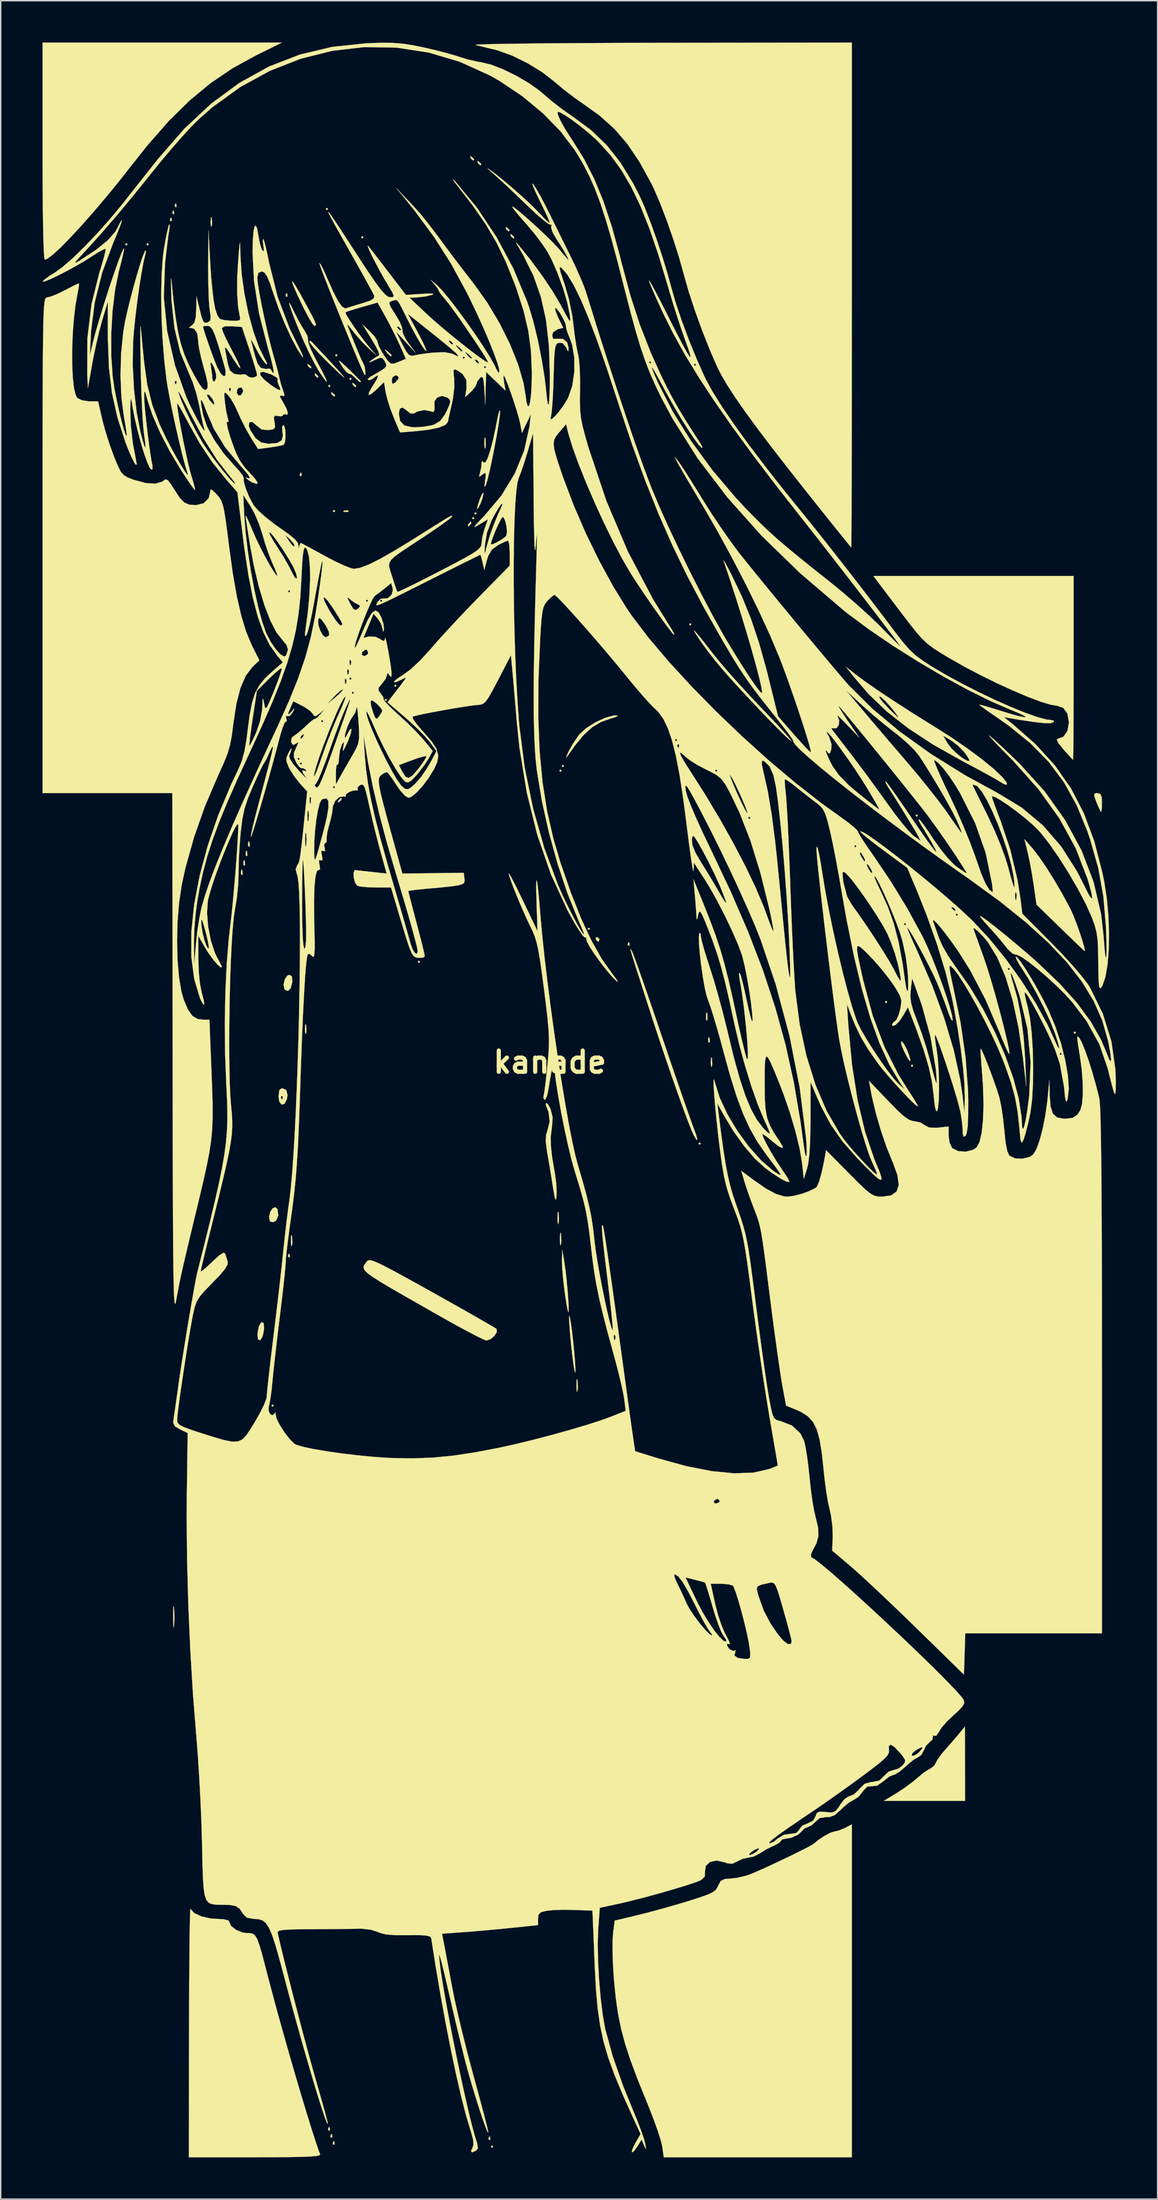
<source format=kicad_pcb>
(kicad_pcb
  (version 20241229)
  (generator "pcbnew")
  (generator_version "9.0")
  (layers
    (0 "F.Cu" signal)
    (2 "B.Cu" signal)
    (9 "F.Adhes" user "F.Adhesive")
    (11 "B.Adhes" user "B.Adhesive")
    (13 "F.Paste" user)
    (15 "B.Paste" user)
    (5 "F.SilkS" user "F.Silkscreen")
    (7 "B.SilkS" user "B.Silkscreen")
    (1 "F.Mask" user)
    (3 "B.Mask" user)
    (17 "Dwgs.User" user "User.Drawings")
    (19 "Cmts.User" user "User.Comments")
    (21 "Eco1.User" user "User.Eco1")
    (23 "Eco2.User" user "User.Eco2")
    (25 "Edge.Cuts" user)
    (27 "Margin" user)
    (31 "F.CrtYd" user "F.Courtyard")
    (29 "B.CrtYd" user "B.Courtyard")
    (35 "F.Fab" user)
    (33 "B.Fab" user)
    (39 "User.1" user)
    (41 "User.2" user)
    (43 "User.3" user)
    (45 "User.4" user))
  (footprint "kanade"
    (layer "F.Cu")
    (at 36.412 73.157)
    (property "Reference" "kanade" (at 0 0 0) (layer "F.SilkS") (effects (font (size 1.524 1.524) (thickness 0.3))))
    (attr through_hole)
    (fp_poly (pts (xy -30.311 -58.674) (xy -30.395 -58.589) (xy -30.48 -58.674) (xy -30.395 -58.759) (xy -30.311 -58.674)) (stroke (width 0.01) (type solid)) (fill yes) (layer "F.SilkS"))
    (fp_poly (pts (xy -28.787 -58.674) (xy -28.871 -58.589) (xy -28.956 -58.674) (xy -28.871 -58.759) (xy -28.787 -58.674)) (stroke (width 0.01) (type solid)) (fill yes) (layer "F.SilkS"))
    (fp_poly (pts (xy -19.812 24.638) (xy -19.897 24.723) (xy -19.981 24.638) (xy -19.897 24.553) (xy -19.812 24.638)) (stroke (width 0.01) (type solid)) (fill yes) (layer "F.SilkS"))
    (fp_poly (pts (xy -15.917 -61.214) (xy -16.002 -61.129) (xy -16.087 -61.214) (xy -16.002 -61.299) (xy -15.917 -61.214)) (stroke (width 0.01) (type solid)) (fill yes) (layer "F.SilkS"))
    (fp_poly (pts (xy -15.748 -48.514) (xy -15.833 -48.429) (xy -15.917 -48.514) (xy -15.833 -48.599) (xy -15.748 -48.514)) (stroke (width 0.01) (type solid)) (fill yes) (layer "F.SilkS"))
    (fp_poly (pts (xy -15.409 -39.539) (xy -15.494 -39.455) (xy -15.579 -39.539) (xy -15.494 -39.624) (xy -15.409 -39.539)) (stroke (width 0.01) (type solid)) (fill yes) (layer "F.SilkS"))
    (fp_poly (pts (xy -15.24 -50.715) (xy -15.325 -50.631) (xy -15.409 -50.715) (xy -15.325 -50.8) (xy -15.24 -50.715)) (stroke (width 0.01) (type solid)) (fill yes) (layer "F.SilkS"))
    (fp_poly (pts (xy -14.224 -49.022) (xy -14.309 -48.937) (xy -14.393 -49.022) (xy -14.309 -49.107) (xy -14.224 -49.022)) (stroke (width 0.01) (type solid)) (fill yes) (layer "F.SilkS"))
    (fp_poly (pts (xy -13.377 -59.182) (xy -13.462 -59.097) (xy -13.547 -59.182) (xy -13.462 -59.267) (xy -13.377 -59.182)) (stroke (width 0.01) (type solid)) (fill yes) (layer "F.SilkS"))
    (fp_poly (pts (xy -11.684 -25.993) (xy -11.769 -25.908) (xy -11.853 -25.993) (xy -11.769 -26.077) (xy -11.684 -25.993)) (stroke (width 0.01) (type solid)) (fill yes) (layer "F.SilkS"))
    (fp_poly (pts (xy -11.007 -27.009) (xy -11.091 -26.924) (xy -11.176 -27.009) (xy -11.091 -27.093) (xy -11.007 -27.009)) (stroke (width 0.01) (type solid)) (fill yes) (layer "F.SilkS"))
    (fp_poly (pts (xy -9.313 -7.197) (xy -9.398 -7.112) (xy -9.483 -7.197) (xy -9.398 -7.281) (xy -9.313 -7.197)) (stroke (width 0.01) (type solid)) (fill yes) (layer "F.SilkS"))
    (fp_poly (pts (xy -5.419 -39.031) (xy -5.503 -38.947) (xy -5.588 -39.031) (xy -5.503 -39.116) (xy -5.419 -39.031)) (stroke (width 0.01) (type solid)) (fill yes) (layer "F.SilkS"))
    (fp_poly (pts (xy -5.249 -39.37) (xy -5.334 -39.285) (xy -5.419 -39.37) (xy -5.334 -39.455) (xy -5.249 -39.37)) (stroke (width 0.01) (type solid)) (fill yes) (layer "F.SilkS"))
    (fp_poly (pts (xy -4.064 77.809) (xy -4.149 77.893) (xy -4.233 77.809) (xy -4.149 77.724) (xy -4.064 77.809)) (stroke (width 0.01) (type solid)) (fill yes) (layer "F.SilkS"))
    (fp_poly (pts (xy 0.847 -20.913) (xy 0.762 -20.828) (xy 0.677 -20.913) (xy 0.762 -20.997) (xy 0.847 -20.913)) (stroke (width 0.01) (type solid)) (fill yes) (layer "F.SilkS"))
    (fp_poly (pts (xy 1.016 -21.251) (xy 0.931 -21.167) (xy 0.847 -21.251) (xy 0.931 -21.336) (xy 1.016 -21.251)) (stroke (width 0.01) (type solid)) (fill yes) (layer "F.SilkS"))
    (fp_poly (pts (xy 2.879 -9.567) (xy 2.794 -9.483) (xy 2.709 -9.567) (xy 2.794 -9.652) (xy 2.879 -9.567)) (stroke (width 0.01) (type solid)) (fill yes) (layer "F.SilkS"))
    (fp_poly (pts (xy 10.16 -31.411) (xy 10.075 -31.327) (xy 9.991 -31.411) (xy 10.075 -31.496) (xy 10.16 -31.411)) (stroke (width 0.01) (type solid)) (fill yes) (layer "F.SilkS"))
    (fp_poly (pts (xy 10.837 5.842) (xy 10.753 5.927) (xy 10.668 5.842) (xy 10.753 5.757) (xy 10.837 5.842)) (stroke (width 0.01) (type solid)) (fill yes) (layer "F.SilkS"))
    (fp_poly (pts (xy 24.215 -4.318) (xy 24.13 -4.233) (xy 24.045 -4.318) (xy 24.13 -4.403) (xy 24.215 -4.318)) (stroke (width 0.01) (type solid)) (fill yes) (layer "F.SilkS"))
    (fp_poly (pts (xy 26.077 0.254) (xy 25.993 0.339) (xy 25.908 0.254) (xy 25.993 0.169) (xy 26.077 0.254)) (stroke (width 0.01) (type solid)) (fill yes) (layer "F.SilkS"))
    (fp_poly (pts (xy 26.416 -17.695) (xy 26.331 -17.611) (xy 26.247 -17.695) (xy 26.331 -17.78) (xy 26.416 -17.695)) (stroke (width 0.01) (type solid)) (fill yes) (layer "F.SilkS"))
    (fp_poly (pts (xy 37.761 -2.117) (xy 37.677 -2.032) (xy 37.592 -2.117) (xy 37.677 -2.201) (xy 37.761 -2.117)) (stroke (width 0.01) (type solid)) (fill yes) (layer "F.SilkS"))
    (fp_poly (pts (xy -27.15 -60.565) (xy -27.13 -60.364) (xy -27.15 -60.339) (xy -27.25 -60.362) (xy -27.263 -60.452) (xy -27.201 -60.591) (xy -27.15 -60.565)) (stroke (width 0.01) (type solid)) (fill yes) (layer "F.SilkS"))
    (fp_poly (pts (xy -26.98 -61.073) (xy -26.96 -60.872) (xy -26.98 -60.847) (xy -27.081 -60.87) (xy -27.093 -60.96) (xy -27.031 -61.099) (xy -26.98 -61.073)) (stroke (width 0.01) (type solid)) (fill yes) (layer "F.SilkS"))
    (fp_poly (pts (xy -26.811 -61.581) (xy -26.791 -61.38) (xy -26.811 -61.355) (xy -26.912 -61.378) (xy -26.924 -61.468) (xy -26.862 -61.607) (xy -26.811 -61.581)) (stroke (width 0.01) (type solid)) (fill yes) (layer "F.SilkS"))
    (fp_poly (pts (xy -22.067 -13.748) (xy -22.047 -13.483) (xy -22.08 -13.423) (xy -22.157 -13.474) (xy -22.169 -13.645) (xy -22.128 -13.826) (xy -22.067 -13.748)) (stroke (width 0.01) (type solid)) (fill yes) (layer "F.SilkS"))
    (fp_poly (pts (xy -21.898 -14.425) (xy -21.877 -14.16) (xy -21.911 -14.101) (xy -21.988 -14.151) (xy -22 -14.323) (xy -21.959 -14.503) (xy -21.898 -14.425)) (stroke (width 0.01) (type solid)) (fill yes) (layer "F.SilkS"))
    (fp_poly (pts (xy -21.728 -15.102) (xy -21.708 -14.838) (xy -21.742 -14.778) (xy -21.819 -14.828) (xy -21.831 -15) (xy -21.789 -15.181) (xy -21.728 -15.102)) (stroke (width 0.01) (type solid)) (fill yes) (layer "F.SilkS"))
    (fp_poly (pts (xy -21.559 -15.78) (xy -21.539 -15.515) (xy -21.572 -15.455) (xy -21.649 -15.506) (xy -21.661 -15.677) (xy -21.62 -15.858) (xy -21.559 -15.78)) (stroke (width 0.01) (type solid)) (fill yes) (layer "F.SilkS"))
    (fp_poly (pts (xy -18.852 -55.146) (xy -18.832 -54.945) (xy -18.852 -54.92) (xy -18.953 -54.944) (xy -18.965 -55.033) (xy -18.903 -55.173) (xy -18.852 -55.146)) (stroke (width 0.01) (type solid)) (fill yes) (layer "F.SilkS"))
    (fp_poly (pts (xy -18.683 13.772) (xy -18.663 13.973) (xy -18.683 13.998) (xy -18.784 13.975) (xy -18.796 13.885) (xy -18.734 13.746) (xy -18.683 13.772)) (stroke (width 0.01) (type solid)) (fill yes) (layer "F.SilkS"))
    (fp_poly (pts (xy -17.836 -42.277) (xy -17.816 -42.076) (xy -17.836 -42.051) (xy -17.937 -42.074) (xy -17.949 -42.164) (xy -17.887 -42.303) (xy -17.836 -42.277)) (stroke (width 0.01) (type solid)) (fill yes) (layer "F.SilkS"))
    (fp_poly (pts (xy -15.804 76.426) (xy -15.784 76.627) (xy -15.804 76.652) (xy -15.905 76.628) (xy -15.917 76.539) (xy -15.855 76.399) (xy -15.804 76.426)) (stroke (width 0.01) (type solid)) (fill yes) (layer "F.SilkS"))
    (fp_poly (pts (xy -15.635 76.934) (xy -15.615 77.135) (xy -15.635 77.16) (xy -15.736 77.136) (xy -15.748 77.047) (xy -15.686 76.907) (xy -15.635 76.934)) (stroke (width 0.01) (type solid)) (fill yes) (layer "F.SilkS"))
    (fp_poly (pts (xy -15.466 77.442) (xy -15.446 77.643) (xy -15.466 77.668) (xy -15.566 77.644) (xy -15.579 77.555) (xy -15.517 77.415) (xy -15.466 77.442)) (stroke (width 0.01) (type solid)) (fill yes) (layer "F.SilkS"))
    (fp_poly (pts (xy -14.439 -39.557) (xy -14.49 -39.48) (xy -14.661 -39.468) (xy -14.842 -39.509) (xy -14.764 -39.57) (xy -14.499 -39.591) (xy -14.439 -39.557)) (stroke (width 0.01) (type solid)) (fill yes) (layer "F.SilkS"))
    (fp_poly (pts (xy -4.29 77.103) (xy -4.27 77.304) (xy -4.29 77.329) (xy -4.39 77.306) (xy -4.403 77.216) (xy -4.341 77.077) (xy -4.29 77.103)) (stroke (width 0.01) (type solid)) (fill yes) (layer "F.SilkS"))
    (fp_poly (pts (xy 5.701 -8.58) (xy 5.721 -8.379) (xy 5.701 -8.354) (xy 5.6 -8.377) (xy 5.588 -8.467) (xy 5.65 -8.606) (xy 5.701 -8.58)) (stroke (width 0.01) (type solid)) (fill yes) (layer "F.SilkS"))
    (fp_poly (pts (xy 11.461 -1.725) (xy 11.481 -1.46) (xy 11.448 -1.401) (xy 11.371 -1.451) (xy 11.359 -1.623) (xy 11.4 -1.803) (xy 11.461 -1.725)) (stroke (width 0.01) (type solid)) (fill yes) (layer "F.SilkS"))
    (fp_poly (pts (xy -17.298 -50.054) (xy -17.116 -49.884) (xy -17.154 -49.786) (xy -17.177 -49.784) (xy -17.321 -49.904) (xy -17.373 -49.979) (xy -17.393 -50.095) (xy -17.298 -50.054)) (stroke (width 0.01) (type solid)) (fill yes) (layer "F.SilkS"))
    (fp_poly (pts (xy -16.79 -49.377) (xy -16.608 -49.206) (xy -16.646 -49.108) (xy -16.669 -49.107) (xy -16.813 -49.227) (xy -16.865 -49.302) (xy -16.885 -49.418) (xy -16.79 -49.377)) (stroke (width 0.01) (type solid)) (fill yes) (layer "F.SilkS"))
    (fp_poly (pts (xy -15.605 -48.022) (xy -15.424 -47.865) (xy -15.409 -47.827) (xy -15.49 -47.757) (xy -15.657 -47.913) (xy -15.68 -47.947) (xy -15.699 -48.063) (xy -15.605 -48.022)) (stroke (width 0.01) (type solid)) (fill yes) (layer "F.SilkS"))
    (fp_poly (pts (xy -14.081 -48.7) (xy -13.899 -48.529) (xy -13.936 -48.431) (xy -13.96 -48.429) (xy -14.103 -48.55) (xy -14.156 -48.625) (xy -14.175 -48.741) (xy -14.081 -48.7)) (stroke (width 0.01) (type solid)) (fill yes) (layer "F.SilkS"))
    (fp_poly (pts (xy -5.614 -64.956) (xy -5.432 -64.785) (xy -5.47 -64.687) (xy -5.493 -64.685) (xy -5.637 -64.806) (xy -5.689 -64.881) (xy -5.709 -64.997) (xy -5.614 -64.956)) (stroke (width 0.01) (type solid)) (fill yes) (layer "F.SilkS"))
    (fp_poly (pts (xy -5.106 -64.617) (xy -4.924 -64.446) (xy -4.962 -64.348) (xy -4.985 -64.347) (xy -5.129 -64.467) (xy -5.181 -64.542) (xy -5.201 -64.658) (xy -5.106 -64.617)) (stroke (width 0.01) (type solid)) (fill yes) (layer "F.SilkS"))
    (fp_poly (pts (xy -3.074 -59.876) (xy -2.892 -59.705) (xy -2.93 -59.607) (xy -2.953 -59.605) (xy -3.097 -59.726) (xy -3.149 -59.801) (xy -3.169 -59.917) (xy -3.074 -59.876)) (stroke (width 0.01) (type solid)) (fill yes) (layer "F.SilkS"))
    (fp_poly (pts (xy -2.735 -59.368) (xy -2.554 -59.197) (xy -2.591 -59.099) (xy -2.615 -59.097) (xy -2.758 -59.218) (xy -2.81 -59.293) (xy -2.83 -59.409) (xy -2.735 -59.368)) (stroke (width 0.01) (type solid)) (fill yes) (layer "F.SilkS"))
    (fp_poly (pts (xy -24.267 -60.579) (xy -24.241 -60.15) (xy -24.267 -59.986) (xy -24.316 -59.934) (xy -24.343 -60.168) (xy -24.345 -60.283) (xy -24.327 -60.591) (xy -24.283 -60.627) (xy -24.267 -60.579)) (stroke (width 0.01) (type solid)) (fill yes) (layer "F.SilkS"))
    (fp_poly (pts (xy -18.507 12.49) (xy -18.48 12.932) (xy -18.51 13.168) (xy -18.556 13.207) (xy -18.582 12.964) (xy -18.584 12.785) (xy -18.567 12.457) (xy -18.529 12.407) (xy -18.507 12.49)) (stroke (width 0.01) (type solid)) (fill yes) (layer "F.SilkS"))
    (fp_poly (pts (xy -17.494 -2.667) (xy -17.468 -2.238) (xy -17.494 -2.074) (xy -17.543 -2.022) (xy -17.57 -2.256) (xy -17.571 -2.371) (xy -17.554 -2.679) (xy -17.51 -2.715) (xy -17.494 -2.667)) (stroke (width 0.01) (type solid)) (fill yes) (layer "F.SilkS"))
    (fp_poly (pts (xy -14.954 -18.856) (xy -14.986 -18.796) (xy -15.146 -18.634) (xy -15.175 -18.627) (xy -15.187 -18.736) (xy -15.155 -18.796) (xy -14.996 -18.958) (xy -14.966 -18.965) (xy -14.954 -18.856)) (stroke (width 0.01) (type solid)) (fill yes) (layer "F.SilkS"))
    (fp_poly (pts (xy -11.764 -51.086) (xy -11.642 -50.991) (xy -11.407 -50.782) (xy -11.345 -50.695) (xy -11.428 -50.644) (xy -11.653 -50.861) (xy -11.706 -50.927) (xy -11.852 -51.128) (xy -11.764 -51.086)) (stroke (width 0.01) (type solid)) (fill yes) (layer "F.SilkS"))
    (fp_poly (pts (xy -5.641 -38.668) (xy -5.673 -38.608) (xy -5.832 -38.446) (xy -5.862 -38.439) (xy -5.874 -38.548) (xy -5.842 -38.608) (xy -5.682 -38.77) (xy -5.653 -38.777) (xy -5.641 -38.668)) (stroke (width 0.01) (type solid)) (fill yes) (layer "F.SilkS"))
    (fp_poly (pts (xy -4.622 -44.744) (xy -4.594 -44.303) (xy -4.625 -44.067) (xy -4.671 -44.027) (xy -4.696 -44.271) (xy -4.699 -44.45) (xy -4.682 -44.778) (xy -4.644 -44.828) (xy -4.622 -44.744)) (stroke (width 0.01) (type solid)) (fill yes) (layer "F.SilkS"))
    (fp_poly (pts (xy 0.628 10.795) (xy 0.656 11.288) (xy 0.628 11.557) (xy 0.586 11.637) (xy 0.559 11.424) (xy 0.554 11.176) (xy 0.567 10.81) (xy 0.601 10.709) (xy 0.628 10.795)) (stroke (width 0.01) (type solid)) (fill yes) (layer "F.SilkS"))
    (fp_poly (pts (xy 0.797 12.319) (xy 0.825 12.812) (xy 0.797 13.081) (xy 0.755 13.161) (xy 0.728 12.948) (xy 0.723 12.7) (xy 0.737 12.334) (xy 0.77 12.233) (xy 0.797 12.319)) (stroke (width 0.01) (type solid)) (fill yes) (layer "F.SilkS"))
    (fp_poly (pts (xy 1.982 22.818) (xy 2.01 23.311) (xy 1.982 23.58) (xy 1.94 23.66) (xy 1.914 23.447) (xy 1.909 23.199) (xy 1.922 22.832) (xy 1.956 22.732) (xy 1.982 22.818)) (stroke (width 0.01) (type solid)) (fill yes) (layer "F.SilkS"))
    (fp_poly (pts (xy 3.549 -8.852) (xy 3.556 -8.805) (xy 3.498 -8.64) (xy 3.481 -8.636) (xy 3.337 -8.755) (xy 3.302 -8.805) (xy 3.315 -8.961) (xy 3.377 -8.975) (xy 3.549 -8.852)) (stroke (width 0.01) (type solid)) (fill yes) (layer "F.SilkS"))
    (fp_poly (pts (xy 11.285 -3.54) (xy 11.293 -3.51) (xy 11.318 -3.142) (xy 11.287 -3.002) (xy 11.231 -2.997) (xy 11.209 -3.262) (xy 11.209 -3.302) (xy 11.233 -3.565) (xy 11.285 -3.54)) (stroke (width 0.01) (type solid)) (fill yes) (layer "F.SilkS"))
    (fp_poly (pts (xy 11.631 -0.296) (xy 11.658 0.133) (xy 11.631 0.296) (xy 11.582 0.349) (xy 11.556 0.115) (xy 11.554 0) (xy 11.572 -0.308) (xy 11.616 -0.344) (xy 11.631 -0.296)) (stroke (width 0.01) (type solid)) (fill yes) (layer "F.SilkS"))
    (fp_poly (pts (xy -19.546 10.554) (xy -19.488 11.004) (xy -19.637 11.357) (xy -19.856 11.483) (xy -20.086 11.431) (xy -20.151 11.124) (xy -20.075 10.752) (xy -19.898 10.489) (xy -19.694 10.406) (xy -19.546 10.554)) (stroke (width 0.01) (type solid)) (fill yes) (layer "F.SilkS"))
    (fp_poly (pts (xy -26.981 39.069) (xy -26.97 39.158) (xy -26.943 39.794) (xy -26.97 40.428) (xy -27 40.577) (xy -27.023 40.423) (xy -27.035 40.001) (xy -27.036 39.793) (xy -27.029 39.285) (xy -27.009 39.031) (xy -26.981 39.069)) (stroke (width 0.01) (type solid)) (fill yes) (layer "F.SilkS"))
    (fp_poly (pts (xy -18.515 -6.165) (xy -18.481 -5.822) (xy -18.489 -5.728) (xy -18.599 -5.31) (xy -18.79 -5.112) (xy -19.001 -5.183) (xy -19.05 -5.25) (xy -19.112 -5.574) (xy -19.021 -5.946) (xy -18.83 -6.215) (xy -18.697 -6.265) (xy -18.515 -6.165)) (stroke (width 0.01) (type solid)) (fill yes) (layer "F.SilkS"))
    (fp_poly (pts (xy 25.408 -1.315) (xy 25.597 -0.96) (xy 25.766 -0.547) (xy 25.865 -0.203) (xy 25.856 -0.061) (xy 25.76 -0.167) (xy 25.57 -0.497) (xy 25.426 -0.782) (xy 25.242 -1.221) (xy 25.201 -1.463) (xy 25.254 -1.488) (xy 25.408 -1.315)) (stroke (width 0.01) (type solid)) (fill yes) (layer "F.SilkS"))
    (fp_poly (pts (xy -20.545 18.71) (xy -20.508 19.014) (xy -20.52 19.231) (xy -20.609 19.663) (xy -20.759 19.923) (xy -20.797 19.944) (xy -20.942 19.898) (xy -20.979 19.594) (xy -20.966 19.377) (xy -20.878 18.945) (xy -20.728 18.685) (xy -20.69 18.664) (xy -20.545 18.71)) (stroke (width 0.01) (type solid)) (fill yes) (layer "F.SilkS"))
    (fp_poly (pts (xy -4.762 -40.809) (xy -4.826 -40.483) (xy -4.987 -40.053) (xy -4.989 -40.047) (xy -5.143 -39.754) (xy -5.221 -39.691) (xy -5.223 -39.709) (xy -5.167 -39.968) (xy -5.027 -40.387) (xy -4.995 -40.471) (xy -4.852 -40.784) (xy -4.769 -40.852) (xy -4.762 -40.809)) (stroke (width 0.01) (type solid)) (fill yes) (layer "F.SilkS"))
    (fp_poly (pts (xy 39.513 -19.242) (xy 39.607 -18.999) (xy 39.624 -18.627) (xy 39.611 -18.202) (xy 39.578 -17.966) (xy 39.565 -17.949) (xy 39.473 -18.091) (xy 39.313 -18.447) (xy 39.24 -18.627) (xy 39.085 -19.049) (xy 39.067 -19.245) (xy 39.194 -19.301) (xy 39.299 -19.304) (xy 39.513 -19.242)) (stroke (width 0.01) (type solid)) (fill yes) (layer "F.SilkS"))
    (fp_poly (pts (xy -18.292 -55.766) (xy -17.973 -55.227) (xy -17.706 -54.745) (xy -17.281 -53.961) (xy -17 -53.427) (xy -16.844 -53.094) (xy -16.791 -52.916) (xy -16.823 -52.844) (xy -16.906 -52.832) (xy -17.037 -52.974) (xy -17.271 -53.355) (xy -17.568 -53.907) (xy -17.729 -54.229) (xy -18.13 -55.073) (xy -18.387 -55.658) (xy -18.499 -55.973) (xy -18.467 -56.012) (xy -18.292 -55.766)) (stroke (width 0.01) (type solid)) (fill yes) (layer "F.SilkS"))
    (fp_poly (pts (xy -14.973 -50.224) (xy -14.62 -49.896) (xy -14.422 -49.706) (xy -13.994 -49.288) (xy -13.682 -48.972) (xy -13.548 -48.82) (xy -13.547 -48.817) (xy -13.639 -48.79) (xy -13.915 -49.047) (xy -13.964 -49.1) (xy -14.239 -49.336) (xy -14.414 -49.396) (xy -14.588 -49.504) (xy -14.841 -49.817) (xy -14.93 -49.953) (xy -15.099 -50.239) (xy -15.123 -50.333) (xy -14.973 -50.224)) (stroke (width 0.01) (type solid)) (fill yes) (layer "F.SilkS"))
    (fp_poly (pts (xy 1.034 14.309) (xy 1.116 14.874) (xy 1.195 15.555) (xy 1.264 16.272) (xy 1.317 16.948) (xy 1.348 17.503) (xy 1.351 17.86) (xy 1.33 17.949) (xy 1.278 17.794) (xy 1.198 17.375) (xy 1.104 16.768) (xy 1.05 16.383) (xy 0.959 15.599) (xy 0.894 14.86) (xy 0.866 14.287) (xy 0.867 14.139) (xy 0.892 13.462) (xy 1.034 14.309)) (stroke (width 0.01) (type solid)) (fill yes) (layer "F.SilkS"))
    (fp_poly (pts (xy -17.049 -51.641) (xy -16.837 -51.411) (xy -16.46 -51.005) (xy -15.982 -50.495) (xy -15.752 -50.25) (xy -15.294 -49.754) (xy -14.948 -49.367) (xy -14.764 -49.142) (xy -14.747 -49.107) (xy -14.889 -49.219) (xy -15.216 -49.519) (xy -15.675 -49.958) (xy -16.044 -50.319) (xy -16.559 -50.844) (xy -16.968 -51.292) (xy -17.218 -51.604) (xy -17.272 -51.71) (xy -17.184 -51.754) (xy -17.049 -51.641)) (stroke (width 0.01) (type solid)) (fill yes) (layer "F.SilkS"))
    (fp_poly (pts (xy -18.92 1.994) (xy -18.826 2.362) (xy -18.868 2.634) (xy -19.04 2.989) (xy -19.249 3.047) (xy -19.418 2.831) (xy -19.461 2.54) (xy -19.304 2.54) (xy -19.242 2.679) (xy -19.191 2.653) (xy -19.171 2.452) (xy -19.191 2.427) (xy -19.292 2.45) (xy -19.304 2.54) (xy -19.461 2.54) (xy -19.473 2.455) (xy -19.414 2.009) (xy -19.231 1.863) (xy -19.229 1.863) (xy -18.92 1.994)) (stroke (width 0.01) (type solid)) (fill yes) (layer "F.SilkS"))
    (fp_poly (pts (xy 4.882 -24.843) (xy 4.695 -24.751) (xy 4.372 -24.656) (xy 3.674 -24.409) (xy 3.055 -24.042) (xy 2.459 -23.507) (xy 1.829 -22.753) (xy 1.226 -21.905) (xy 1.164 -21.85) (xy 1.238 -22.054) (xy 1.345 -22.287) (xy 1.674 -22.875) (xy 2.065 -23.441) (xy 2.144 -23.539) (xy 2.623 -23.971) (xy 3.265 -24.378) (xy 3.95 -24.697) (xy 4.558 -24.867) (xy 4.741 -24.879) (xy 4.882 -24.843)) (stroke (width 0.01) (type solid)) (fill yes) (layer "F.SilkS"))
    (fp_poly (pts (xy 29.798 50.334) (xy 29.803 53.001) (xy 23.963 53.001) (xy 24.876 52.451) (xy 25.486 52.05) (xy 26.077 51.61) (xy 26.378 51.355) (xy 26.797 51.005) (xy 27.166 50.76) (xy 27.275 50.711) (xy 27.588 50.477) (xy 27.682 50.304) (xy 27.851 49.997) (xy 28.163 49.577) (xy 28.326 49.388) (xy 28.777 48.875) (xy 29.228 48.349) (xy 29.332 48.224) (xy 29.792 47.667) (xy 29.798 50.334)) (stroke (width 0.01) (type solid)) (fill yes) (layer "F.SilkS"))
    (fp_poly (pts (xy 1.441 18.318) (xy 1.511 18.72) (xy 1.594 19.336) (xy 1.682 20.105) (xy 1.687 20.157) (xy 1.763 20.951) (xy 1.814 21.614) (xy 1.836 22.079) (xy 1.824 22.278) (xy 1.822 22.279) (xy 1.776 22.153) (xy 1.707 21.751) (xy 1.624 21.135) (xy 1.536 20.366) (xy 1.53 20.314) (xy 1.454 19.52) (xy 1.403 18.856) (xy 1.381 18.391) (xy 1.394 18.193) (xy 1.395 18.191) (xy 1.441 18.318)) (stroke (width 0.01) (type solid)) (fill yes) (layer "F.SilkS"))
    (fp_poly (pts (xy -21.086 -72.236) (xy -22.769 -71.313) (xy -24.344 -70.246) (xy -25.856 -68.997) (xy -27.349 -67.526) (xy -28.867 -65.794) (xy -29.883 -64.516) (xy -30.836 -63.303) (xy -31.792 -62.132) (xy -32.724 -61.032) (xy -33.604 -60.034) (xy -34.407 -59.165) (xy -35.104 -58.456) (xy -35.668 -57.937) (xy -36.073 -57.637) (xy -36.247 -57.573) (xy -36.285 -57.739) (xy -36.319 -58.224) (xy -36.347 -59.009) (xy -36.371 -60.073) (xy -36.389 -61.398) (xy -36.401 -62.963) (xy -36.406 -64.75) (xy -36.407 -65.363) (xy -36.407 -73.152) (xy -19.228 -73.152) (xy -21.086 -72.236)) (stroke (width 0.01) (type solid)) (fill yes) (layer "F.SilkS"))
    (fp_poly (pts (xy 34.652 -15.325) (xy 35.098 -14.753) (xy 35.639 -13.96) (xy 36.222 -13.031) (xy 36.795 -12.047) (xy 37.307 -11.095) (xy 37.402 -10.905) (xy 37.6 -10.46) (xy 37.82 -9.892) (xy 38.036 -9.283) (xy 38.222 -8.711) (xy 38.351 -8.255) (xy 38.397 -7.996) (xy 38.38 -7.965) (xy 38.256 -8.078) (xy 37.934 -8.385) (xy 37.457 -8.844) (xy 36.87 -9.412) (xy 36.641 -9.635) (xy 34.928 -11.299) (xy 34.725 -12.719) (xy 34.597 -13.528) (xy 34.447 -14.345) (xy 34.305 -15.008) (xy 34.29 -15.071) (xy 34.057 -16.002) (xy 34.652 -15.325)) (stroke (width 0.01) (type solid)) (fill yes) (layer "F.SilkS"))
    (fp_poly (pts (xy -18.574 -54.277) (xy -18.382 -53.883) (xy -18.08 -53.285) (xy -17.766 -52.732) (xy -17.606 -52.487) (xy -17.399 -52.114) (xy -17.347 -51.842) (xy -17.358 -51.814) (xy -17.328 -51.6) (xy -17.159 -51.165) (xy -16.883 -50.584) (xy -16.682 -50.204) (xy -16.296 -49.477) (xy -16.068 -49.009) (xy -16.001 -48.809) (xy -16.094 -48.883) (xy -16.35 -49.241) (xy -16.595 -49.615) (xy -16.894 -50.139) (xy -17.262 -50.865) (xy -17.642 -51.681) (xy -17.866 -52.198) (xy -18.193 -52.996) (xy -18.449 -53.653) (xy -18.624 -54.14) (xy -18.709 -54.426) (xy -18.695 -54.481) (xy -18.574 -54.277)) (stroke (width 0.01) (type solid)) (fill yes) (layer "F.SilkS"))
    (fp_poly (pts (xy 10.382 -30.952) (xy 10.611 -30.694) (xy 11.013 -30.198) (xy 11.581 -29.471) (xy 11.717 -29.295) (xy 12.202 -28.697) (xy 12.863 -27.929) (xy 13.636 -27.064) (xy 14.458 -26.171) (xy 15.149 -25.442) (xy 15.85 -24.708) (xy 16.453 -24.064) (xy 16.923 -23.546) (xy 17.228 -23.191) (xy 17.336 -23.036) (xy 17.331 -23.032) (xy 17.173 -23.15) (xy 16.824 -23.475) (xy 16.325 -23.968) (xy 15.716 -24.588) (xy 15.155 -25.172) (xy 14.061 -26.332) (xy 13.17 -27.3) (xy 12.444 -28.119) (xy 11.843 -28.836) (xy 11.33 -29.495) (xy 10.865 -30.141) (xy 10.811 -30.219) (xy 10.474 -30.723) (xy 10.334 -30.965) (xy 10.382 -30.952)) (stroke (width 0.01) (type solid)) (fill yes) (layer "F.SilkS"))
    (fp_poly (pts (xy -0.151 2.996) (xy 0.021 3.297) (xy 0.057 3.378) (xy 0.201 3.964) (xy 0.15 4.665) (xy 0.141 4.716) (xy 0.067 5.322) (xy 0.074 6.001) (xy 0.166 6.837) (xy 0.349 7.912) (xy 0.358 7.959) (xy 0.451 8.63) (xy 0.488 9.292) (xy 0.479 9.567) (xy 0.445 9.84) (xy 0.401 9.866) (xy 0.336 9.619) (xy 0.241 9.073) (xy 0.198 8.805) (xy 0.067 7.985) (xy -0.073 7.148) (xy -0.193 6.459) (xy -0.206 6.384) (xy -0.298 5.678) (xy -0.264 5.187) (xy -0.193 4.979) (xy -0.013 4.265) (xy -0.092 3.574) (xy -0.183 3.361) (xy -0.29 3.057) (xy -0.27 2.923) (xy -0.151 2.996)) (stroke (width 0.01) (type solid)) (fill yes) (layer "F.SilkS"))
    (fp_poly (pts (xy -3.575 -46.742) (xy -3.571 -46.695) (xy -3.599 -46.332) (xy -3.687 -45.721) (xy -3.818 -44.945) (xy -3.977 -44.085) (xy -4.148 -43.224) (xy -4.315 -42.444) (xy -4.463 -41.828) (xy -4.575 -41.458) (xy -4.582 -41.441) (xy -4.676 -41.268) (xy -4.692 -41.38) (xy -4.646 -41.73) (xy -4.594 -42.144) (xy -4.63 -42.283) (xy -4.78 -42.205) (xy -4.844 -42.154) (xy -5.057 -42.002) (xy -5.071 -42.096) (xy -5.027 -42.22) (xy -4.927 -42.656) (xy -4.908 -42.898) (xy -4.879 -43.133) (xy -4.775 -43.057) (xy -4.752 -43.023) (xy -4.628 -43.025) (xy -4.466 -43.323) (xy -4.277 -43.879) (xy -4.075 -44.653) (xy -3.871 -45.606) (xy -3.803 -45.965) (xy -3.7 -46.472) (xy -3.618 -46.746) (xy -3.575 -46.742)) (stroke (width 0.01) (type solid)) (fill yes) (layer "F.SilkS"))
    (fp_poly (pts (xy -12.759 14.238) (xy -12.464 14.347) (xy -12.032 14.549) (xy -11.431 14.859) (xy -10.63 15.292) (xy -9.594 15.863) (xy -8.451 16.499) (xy -7.325 17.129) (xy -6.293 17.71) (xy -5.392 18.222) (xy -4.66 18.641) (xy -4.136 18.948) (xy -3.856 19.119) (xy -3.822 19.144) (xy -3.801 19.359) (xy -3.979 19.639) (xy -4.264 19.879) (xy -4.556 19.973) (xy -4.779 19.889) (xy -5.248 19.661) (xy -5.912 19.314) (xy -6.725 18.874) (xy -7.639 18.364) (xy -7.874 18.231) (xy -9.326 17.405) (xy -10.51 16.73) (xy -11.45 16.187) (xy -12.171 15.756) (xy -12.698 15.421) (xy -13.056 15.162) (xy -13.271 14.961) (xy -13.366 14.799) (xy -13.366 14.658) (xy -13.298 14.519) (xy -13.185 14.364) (xy -13.15 14.317) (xy -13.07 14.238) (xy -12.95 14.206) (xy -12.759 14.238)) (stroke (width 0.01) (type solid)) (fill yes) (layer "F.SilkS"))
    (fp_poly (pts (xy 5.836 -8.052) (xy 5.893 -7.96) (xy 5.894 -7.959) (xy 5.984 -7.744) (xy 6.169 -7.246) (xy 6.434 -6.504) (xy 6.768 -5.554) (xy 7.156 -4.435) (xy 7.585 -3.186) (xy 8.006 -1.947) (xy 8.472 -0.577) (xy 8.918 0.727) (xy 9.329 1.922) (xy 9.691 2.963) (xy 9.987 3.807) (xy 10.202 4.41) (xy 10.31 4.699) (xy 10.5 5.219) (xy 10.579 5.526) (xy 10.545 5.588) (xy 10.396 5.372) (xy 10.348 5.284) (xy 10.172 4.893) (xy 9.907 4.223) (xy 9.57 3.319) (xy 9.177 2.226) (xy 8.743 0.989) (xy 8.283 -0.35) (xy 7.814 -1.744) (xy 7.351 -3.151) (xy 7.193 -3.641) (xy 6.759 -4.987) (xy 6.419 -6.043) (xy 6.162 -6.842) (xy 5.98 -7.416) (xy 5.862 -7.797) (xy 5.798 -8.019) (xy 5.779 -8.114) (xy 5.795 -8.114) (xy 5.836 -8.052)) (stroke (width 0.01) (type solid)) (fill yes) (layer "F.SilkS"))
    (fp_poly (pts (xy 37.592 -28.279) (xy 37.591 -26.821) (xy 37.588 -25.476) (xy 37.583 -24.28) (xy 37.577 -23.268) (xy 37.57 -22.476) (xy 37.561 -21.942) (xy 37.552 -21.701) (xy 37.55 -21.691) (xy 37.425 -21.816) (xy 37.144 -22.123) (xy 36.85 -22.453) (xy 36.487 -22.904) (xy 36.379 -23.148) (xy 36.457 -23.199) (xy 36.864 -23.352) (xy 37.145 -23.764) (xy 37.253 -24.364) (xy 37.253 -24.384) (xy 37.145 -25.008) (xy 36.848 -25.421) (xy 36.405 -25.569) (xy 35.918 -25.65) (xy 35.19 -25.875) (xy 34.274 -26.222) (xy 33.222 -26.668) (xy 32.086 -27.188) (xy 30.92 -27.761) (xy 29.775 -28.362) (xy 28.706 -28.969) (xy 28.663 -28.994) (xy 28.02 -29.38) (xy 27.522 -29.702) (xy 27.112 -30.012) (xy 26.735 -30.364) (xy 26.335 -30.812) (xy 25.857 -31.409) (xy 25.245 -32.208) (xy 25.047 -32.47) (xy 23.217 -34.883) (xy 37.592 -34.883) (xy 37.592 -28.279)) (stroke (width 0.01) (type solid)) (fill yes) (layer "F.SilkS"))
    (fp_poly (pts (xy -25.512 61.055) (xy -24.987 61.297) (xy -24.314 61.442) (xy -23.884 61.468) (xy -23.399 61.498) (xy -23.089 61.575) (xy -23.029 61.637) (xy -22.88 61.971) (xy -22.505 62.268) (xy -22.018 62.455) (xy -21.756 62.484) (xy -21.506 62.49) (xy -21.311 62.536) (xy -21.149 62.665) (xy -21 62.922) (xy -20.843 63.348) (xy -20.656 63.988) (xy -20.419 64.885) (xy -20.23 65.617) (xy -19.899 66.873) (xy -19.524 68.253) (xy -19.118 69.709) (xy -18.696 71.195) (xy -18.271 72.664) (xy -17.856 74.068) (xy -17.467 75.36) (xy -17.116 76.494) (xy -16.817 77.423) (xy -16.585 78.099) (xy -16.485 78.359) (xy -16.526 78.423) (xy -16.729 78.474) (xy -17.123 78.513) (xy -17.738 78.54) (xy -18.603 78.558) (xy -19.749 78.568) (xy -21.153 78.571) (xy -25.908 78.571) (xy -25.895 69.554) (xy -25.891 67.85) (xy -25.884 66.259) (xy -25.874 64.812) (xy -25.863 63.537) (xy -25.85 62.466) (xy -25.835 61.628) (xy -25.819 61.054) (xy -25.803 60.773) (xy -25.795 60.752) (xy -25.512 61.055)) (stroke (width 0.01) (type solid)) (fill yes) (layer "F.SilkS"))
    (fp_poly (pts (xy 21.675 78.571) (xy 8.174 78.571) (xy 8.068 77.799) (xy 7.966 77.369) (xy 7.754 76.705) (xy 7.462 75.887) (xy 7.115 74.992) (xy 6.965 74.624) (xy 6.318 73.03) (xy 5.806 71.665) (xy 5.41 70.459) (xy 5.11 69.341) (xy 4.887 68.238) (xy 4.723 67.079) (xy 4.599 65.793) (xy 4.585 65.617) (xy 4.529 64.69) (xy 4.501 63.795) (xy 4.502 63.032) (xy 4.536 62.504) (xy 4.536 62.503) (xy 4.657 61.591) (xy 6.35 61.186) (xy 7.259 60.955) (xy 8.327 60.663) (xy 9.393 60.355) (xy 9.967 60.181) (xy 10.796 59.916) (xy 11.358 59.714) (xy 11.714 59.541) (xy 11.924 59.368) (xy 12.048 59.162) (xy 12.079 59.086) (xy 12.267 58.741) (xy 12.562 58.605) (xy 12.864 58.587) (xy 13.407 58.528) (xy 14.036 58.384) (xy 14.224 58.325) (xy 14.611 58.173) (xy 15.189 57.921) (xy 15.892 57.6) (xy 16.652 57.243) (xy 17.401 56.882) (xy 18.072 56.55) (xy 18.599 56.279) (xy 18.912 56.1) (xy 18.965 56.059) (xy 19.266 55.804) (xy 19.692 55.524) (xy 20.114 55.298) (xy 20.402 55.203) (xy 20.406 55.203) (xy 20.74 55.128) (xy 21.168 54.948) (xy 21.175 54.944) (xy 21.675 54.686) (xy 21.675 78.571)) (stroke (width 0.01) (type solid)) (fill yes) (layer "F.SilkS"))
    (fp_poly (pts (xy 21.847 -27.895) (xy 22.546 -27.371) (xy 23.48 -26.718) (xy 24.592 -25.975) (xy 25.823 -25.18) (xy 27.114 -24.371) (xy 27.495 -24.138) (xy 28.766 -23.332) (xy 29.959 -22.515) (xy 31.019 -21.729) (xy 31.888 -21.015) (xy 32.499 -20.429) (xy 32.774 -20.073) (xy 32.803 -19.901) (xy 32.599 -19.943) (xy 32.36 -20.09) (xy 32.079 -20.261) (xy 31.56 -20.553) (xy 30.866 -20.933) (xy 30.059 -21.365) (xy 29.621 -21.596) (xy 27.533 -22.768) (xy 26.543 -23.415) (xy 28.232 -23.415) (xy 28.552 -22.863) (xy 28.811 -22.526) (xy 29.183 -22.164) (xy 29.582 -21.843) (xy 29.923 -21.634) (xy 30.121 -21.604) (xy 30.123 -21.605) (xy 30.071 -21.762) (xy 29.863 -22.083) (xy 29.761 -22.22) (xy 29.331 -22.676) (xy 28.842 -23.059) (xy 28.783 -23.095) (xy 28.232 -23.415) (xy 26.543 -23.415) (xy 25.739 -23.941) (xy 24.199 -25.146) (xy 23.047 -26.247) (xy 23.651 -26.247) (xy 23.662 -26.139) (xy 23.872 -25.859) (xy 24.215 -25.485) (xy 24.611 -25.09) (xy 24.904 -24.814) (xy 25.023 -24.723) (xy 24.959 -24.841) (xy 24.73 -25.146) (xy 24.46 -25.485) (xy 24.093 -25.897) (xy 23.79 -26.173) (xy 23.651 -26.247) (xy 23.047 -26.247) (xy 22.869 -26.417) (xy 21.837 -27.62) (xy 21.256 -28.363) (xy 21.847 -27.895)) (stroke (width 0.01) (type solid)) (fill yes) (layer "F.SilkS"))
    (fp_poly (pts (xy 21.675 -55.033) (xy 21.674 -52.588) (xy 21.673 -50.239) (xy 21.671 -48.01) (xy 21.669 -45.922) (xy 21.666 -43.997) (xy 21.662 -42.257) (xy 21.658 -40.724) (xy 21.654 -39.42) (xy 21.649 -38.366) (xy 21.644 -37.585) (xy 21.638 -37.099) (xy 21.632 -36.928) (xy 21.632 -36.928) (xy 21.52 -37.059) (xy 21.225 -37.421) (xy 20.773 -37.98) (xy 20.192 -38.703) (xy 19.51 -39.556) (xy 18.753 -40.504) (xy 18.66 -40.621) (xy 17.198 -42.471) (xy 15.944 -44.085) (xy 14.883 -45.486) (xy 14.001 -46.693) (xy 13.282 -47.726) (xy 12.713 -48.607) (xy 12.278 -49.356) (xy 12.019 -49.869) (xy 11.486 -51.089) (xy 10.941 -52.468) (xy 10.425 -53.89) (xy 9.98 -55.238) (xy 9.656 -56.372) (xy 9.298 -57.656) (xy 8.866 -59.025) (xy 8.391 -60.384) (xy 7.91 -61.639) (xy 7.454 -62.694) (xy 7.292 -63.026) (xy 6.436 -64.587) (xy 5.567 -65.879) (xy 4.629 -66.967) (xy 3.566 -67.918) (xy 2.512 -68.674) (xy 1.784 -69.184) (xy 1.023 -69.765) (xy 0.382 -70.3) (xy 0.329 -70.348) (xy -0.547 -71.029) (xy -1.605 -71.676) (xy -2.719 -72.221) (xy -3.763 -72.597) (xy -3.979 -72.652) (xy -4.589 -72.796) (xy -5.15 -72.935) (xy -5.334 -72.983) (xy -5.248 -73.004) (xy -4.848 -73.024) (xy -4.157 -73.043) (xy -3.199 -73.062) (xy -1.998 -73.079) (xy -0.578 -73.094) (xy 1.038 -73.107) (xy 2.824 -73.118) (xy 4.758 -73.127) (xy 6.814 -73.133) (xy 7.916 -73.135) (xy 21.675 -73.152) (xy 21.675 -55.033)) (stroke (width 0.01) (type solid)) (fill yes) (layer "F.SilkS"))
    (fp_poly (pts (xy -33.792 -55.734) (xy -33.849 -55.371) (xy -33.879 -55.233) (xy -34.041 -54.337) (xy -34.163 -53.311) (xy -34.243 -52.217) (xy -34.283 -51.115) (xy -34.281 -50.066) (xy -34.238 -49.131) (xy -34.152 -48.371) (xy -34.024 -47.845) (xy -33.915 -47.655) (xy -33.591 -47.493) (xy -33.116 -47.415) (xy -33.049 -47.413) (xy -32.424 -47.413) (xy -32.121 -46.101) (xy -31.898 -45.267) (xy -31.599 -44.323) (xy -31.287 -43.469) (xy -31.276 -43.441) (xy -31.005 -42.785) (xy -30.794 -42.369) (xy -30.577 -42.114) (xy -30.29 -41.945) (xy -29.887 -41.79) (xy -29.017 -41.552) (xy -28.31 -41.505) (xy -27.816 -41.652) (xy -27.725 -41.726) (xy -27.57 -41.82) (xy -27.404 -41.738) (xy -27.172 -41.435) (xy -26.938 -41.062) (xy -26.56 -40.486) (xy -26.238 -40.154) (xy -25.883 -40) (xy -25.406 -39.963) (xy -25.398 -39.963) (xy -24.856 -40.096) (xy -24.492 -40.447) (xy -24.384 -40.861) (xy -24.365 -41.071) (xy -24.266 -41.073) (xy -24.023 -40.848) (xy -23.901 -40.721) (xy -23.729 -40.525) (xy -23.594 -40.311) (xy -23.483 -40.025) (xy -23.385 -39.616) (xy -23.286 -39.029) (xy -23.174 -38.211) (xy -23.035 -37.111) (xy -23.035 -37.104) (xy -22.762 -35.12) (xy -22.47 -33.443) (xy -22.15 -32.04) (xy -21.796 -30.879) (xy -21.399 -29.929) (xy -21.363 -29.856) (xy -20.846 -28.833) (xy -21.345 -28.355) (xy -21.821 -27.732) (xy -22.203 -26.855) (xy -22.5 -25.697) (xy -22.716 -24.274) (xy -22.824 -23.433) (xy -22.951 -22.763) (xy -23.129 -22.15) (xy -23.393 -21.478) (xy -23.777 -20.633) (xy -23.824 -20.531) (xy -24.75 -18.368) (xy -25.543 -16.116) (xy -26.163 -13.901) (xy -26.42 -12.718) (xy -26.606 -11.462) (xy -26.718 -10.092) (xy -26.755 -8.687) (xy -26.72 -7.325) (xy -26.614 -6.085) (xy -26.437 -5.045) (xy -26.277 -4.487) (xy -25.966 -3.758) (xy -25.645 -3.311) (xy -25.262 -3.094) (xy -24.884 -3.048) (xy -24.433 -3.048) (xy -24.278 0.804) (xy -24.23 2.071) (xy -24.202 3.127) (xy -24.203 4.033) (xy -24.237 4.853) (xy -24.314 5.65) (xy -24.44 6.487) (xy -24.622 7.427) (xy -24.867 8.533) (xy -25.182 9.868) (xy -25.402 10.779) (xy -25.733 12.151) (xy -25.995 13.246) (xy -26.201 14.118) (xy -26.363 14.819) (xy -26.491 15.403) (xy -26.599 15.921) (xy -26.697 16.427) (xy -26.799 16.974) (xy -26.822 17.103) (xy -26.858 17.27) (xy -26.891 17.341) (xy -26.919 17.301) (xy -26.945 17.132) (xy -26.967 16.818) (xy -26.986 16.343) (xy -27.003 15.691) (xy -27.017 14.845) (xy -27.03 13.789) (xy -27.04 12.506) (xy -27.048 10.981) (xy -27.055 9.197) (xy -27.061 7.137) (xy -27.066 4.786) (xy -27.07 2.127) (xy -27.073 -0.466) (xy -27.093 -19.304) (xy -36.407 -19.304) (xy -36.407 -37.084) (xy -36.407 -39.925) (xy -36.406 -42.446) (xy -36.404 -44.667) (xy -36.401 -46.606) (xy -36.397 -48.282) (xy -36.391 -49.716) (xy -36.382 -50.924) (xy -36.371 -51.928) (xy -36.357 -52.745) (xy -36.34 -53.395) (xy -36.32 -53.897) (xy -36.295 -54.27) (xy -36.266 -54.533) (xy -36.233 -54.704) (xy -36.194 -54.804) (xy -36.151 -54.851) (xy -36.101 -54.864) (xy -36.092 -54.864) (xy -35.782 -54.941) (xy -35.294 -55.141) (xy -34.825 -55.372) (xy -34.323 -55.634) (xy -33.953 -55.818) (xy -33.803 -55.88) (xy -33.792 -55.734)) (stroke (width 0.01) (type solid)) (fill yes) (layer "F.SilkS"))
    (fp_poly (pts (xy 37.979 -1.777) (xy 38.167 -1.439) (xy 38.402 -0.87) (xy 38.667 -0.121) (xy 38.944 0.759) (xy 39.215 1.72) (xy 39.433 2.585) (xy 39.466 2.846) (xy 39.496 3.341) (xy 39.522 4.08) (xy 39.545 5.073) (xy 39.565 6.329) (xy 39.582 7.859) (xy 39.596 9.672) (xy 39.607 11.777) (xy 39.615 14.185) (xy 39.621 16.906) (xy 39.623 19.949) (xy 39.624 22.185) (xy 39.624 40.979) (xy 29.816 40.979) (xy 29.767 42.46) (xy 29.718 43.942) (xy 26.331 40.629) (xy 25.367 39.693) (xy 24.406 38.772) (xy 23.496 37.91) (xy 22.687 37.155) (xy 22.026 36.552) (xy 21.603 36.181) (xy 20.261 35.046) (xy 20.303 34.033) (xy 20.279 33.283) (xy 20.174 32.497) (xy 20.089 32.131) (xy 19.967 31.589) (xy 19.839 30.823) (xy 19.722 29.947) (xy 19.653 29.295) (xy 19.517 28.037) (xy 19.358 27.069) (xy 19.152 26.341) (xy 18.879 25.804) (xy 18.516 25.408) (xy 18.04 25.105) (xy 17.708 24.954) (xy 16.955 24.643) (xy 16.686 23.201) (xy 16.592 22.64) (xy 16.465 21.806) (xy 16.315 20.759) (xy 16.15 19.564) (xy 15.979 18.282) (xy 15.827 17.103) (xy 15.641 15.632) (xy 15.49 14.454) (xy 15.366 13.526) (xy 15.262 12.806) (xy 15.171 12.249) (xy 15.083 11.815) (xy 14.992 11.459) (xy 14.889 11.138) (xy 14.768 10.81) (xy 14.628 10.451) (xy 14.364 9.748) (xy 14.113 9.03) (xy 13.975 8.595) (xy 13.735 7.793) (xy 14.615 8.449) (xy 15.508 9.068) (xy 16.226 9.455) (xy 16.815 9.632) (xy 17.052 9.65) (xy 17.529 9.589) (xy 18.1 9.439) (xy 18.646 9.24) (xy 19.05 9.033) (xy 19.175 8.919) (xy 19.325 8.566) (xy 19.494 7.978) (xy 19.654 7.254) (xy 19.715 6.923) (xy 19.819 6.31) (xy 21.47 7.981) (xy 22.135 8.649) (xy 22.619 9.11) (xy 22.975 9.403) (xy 23.255 9.566) (xy 23.514 9.636) (xy 23.805 9.652) (xy 23.825 9.652) (xy 24.482 9.562) (xy 24.885 9.284) (xy 25.04 8.806) (xy 24.949 8.113) (xy 24.616 7.194) (xy 24.554 7.057) (xy 24.153 6.061) (xy 23.75 4.873) (xy 23.39 3.635) (xy 23.116 2.49) (xy 23.062 2.211) (xy 22.903 1.335) (xy 24.285 2.784) (xy 24.93 3.441) (xy 25.405 3.876) (xy 25.76 4.125) (xy 26.041 4.226) (xy 26.139 4.233) (xy 26.591 4.329) (xy 26.882 4.506) (xy 27.212 4.688) (xy 27.734 4.711) (xy 27.886 4.696) (xy 28.617 4.614) (xy 28.617 5.258) (xy 28.686 5.763) (xy 28.857 6.14) (xy 28.883 6.169) (xy 29.307 6.385) (xy 29.861 6.42) (xy 30.39 6.281) (xy 30.633 6.113) (xy 30.841 5.719) (xy 30.995 5.041) (xy 31.091 4.128) (xy 31.124 3.029) (xy 31.092 1.794) (xy 31.036 0.981) (xy 30.976 0.217) (xy 30.932 -0.411) (xy 30.909 -0.833) (xy 30.911 -0.98) (xy 30.989 -0.872) (xy 31.151 -0.516) (xy 31.368 0.016) (xy 31.612 0.65) (xy 31.857 1.314) (xy 32.074 1.936) (xy 32.235 2.444) (xy 32.267 2.556) (xy 32.397 3.17) (xy 32.519 3.969) (xy 32.61 4.802) (xy 32.624 4.967) (xy 32.712 5.803) (xy 32.833 6.399) (xy 32.974 6.703) (xy 33.375 6.899) (xy 33.912 6.929) (xy 34.431 6.8) (xy 34.689 6.628) (xy 34.917 6.252) (xy 35.151 5.608) (xy 35.373 4.768) (xy 35.563 3.802) (xy 35.705 2.781) (xy 35.727 2.57) (xy 35.851 1.27) (xy 35.875 2.401) (xy 35.938 3.19) (xy 36.107 3.697) (xy 36.416 3.971) (xy 36.896 4.061) (xy 36.969 4.061) (xy 37.508 4.002) (xy 37.853 3.779) (xy 38.075 3.44) (xy 38.196 2.995) (xy 38.251 2.298) (xy 38.241 1.43) (xy 38.168 0.472) (xy 38.032 -0.496) (xy 38.03 -0.508) (xy 37.928 -1.12) (xy 37.865 -1.588) (xy 37.851 -1.825) (xy 37.855 -1.837) (xy 37.979 -1.777)) (stroke (width 0.01) (type solid)) (fill yes) (layer "F.SilkS"))
    (fp_poly (pts (xy -11.272 -73.129) (xy -10.559 -73.072) (xy -9.824 -72.959) (xy -9.141 -72.821) (xy -8.3 -72.629) (xy -7.48 -72.42) (xy -6.803 -72.228) (xy -6.528 -72.137) (xy -5.866 -71.935) (xy -5.186 -71.781) (xy -4.939 -71.743) (xy -4.222 -71.571) (xy -3.344 -71.23) (xy -2.405 -70.769) (xy -1.5 -70.241) (xy -0.729 -69.693) (xy -0.462 -69.463) (xy 0.128 -68.958) (xy 0.859 -68.392) (xy 1.585 -67.878) (xy 1.661 -67.828) (xy 2.963 -66.867) (xy 4.08 -65.793) (xy 5.067 -64.543) (xy 5.978 -63.05) (xy 6.427 -62.183) (xy 6.788 -61.375) (xy 7.199 -60.327) (xy 7.63 -59.13) (xy 8.049 -57.872) (xy 8.427 -56.642) (xy 8.728 -55.541) (xy 9.039 -54.462) (xy 9.47 -53.186) (xy 9.98 -51.818) (xy 10.532 -50.46) (xy 11.087 -49.216) (xy 11.179 -49.022) (xy 11.663 -48.131) (xy 12.359 -47.022) (xy 13.246 -45.724) (xy 14.302 -44.265) (xy 15.508 -42.675) (xy 16.842 -40.982) (xy 17.876 -39.709) (xy 18.701 -38.692) (xy 19.675 -37.472) (xy 20.743 -36.115) (xy 21.854 -34.69) (xy 22.953 -33.265) (xy 23.989 -31.908) (xy 24.717 -30.941) (xy 25.3 -30.184) (xy 25.782 -29.626) (xy 26.249 -29.188) (xy 26.788 -28.786) (xy 27.433 -28.372) (xy 28.469 -27.761) (xy 29.606 -27.144) (xy 30.792 -26.542) (xy 31.975 -25.979) (xy 33.104 -25.479) (xy 34.127 -25.064) (xy 34.993 -24.758) (xy 35.648 -24.584) (xy 35.925 -24.553) (xy 36.173 -24.503) (xy 36.143 -24.391) (xy 35.935 -24.323) (xy 35.498 -24.324) (xy 34.802 -24.397) (xy 33.819 -24.544) (xy 33.274 -24.635) (xy 32.597 -24.751) (xy 33.189 -24.278) (xy 34.852 -22.818) (xy 36.244 -21.293) (xy 37.393 -19.654) (xy 38.327 -17.855) (xy 39.072 -15.848) (xy 39.657 -13.587) (xy 39.788 -12.943) (xy 39.972 -11.754) (xy 40.086 -10.505) (xy 40.132 -9.257) (xy 40.111 -8.072) (xy 40.026 -7.012) (xy 39.878 -6.138) (xy 39.668 -5.512) (xy 39.572 -5.351) (xy 39.485 -5.297) (xy 39.426 -5.439) (xy 39.388 -5.813) (xy 39.367 -6.459) (xy 39.36 -7.152) (xy 39.348 -8.08) (xy 39.312 -8.765) (xy 39.238 -9.303) (xy 39.112 -9.792) (xy 38.92 -10.326) (xy 38.895 -10.392) (xy 38.476 -11.329) (xy 37.91 -12.409) (xy 37.249 -13.548) (xy 36.547 -14.66) (xy 35.855 -15.658) (xy 35.227 -16.457) (xy 35.049 -16.655) (xy 34.62 -17.07) (xy 34.074 -17.536) (xy 33.473 -18.01) (xy 32.876 -18.446) (xy 32.346 -18.799) (xy 31.944 -19.027) (xy 31.73 -19.083) (xy 31.72 -19.077) (xy 31.76 -18.911) (xy 31.903 -18.497) (xy 32.124 -17.9) (xy 32.358 -17.296) (xy 33.052 -15.226) (xy 33.568 -13.054) (xy 33.79 -11.634) (xy 33.908 -10.652) (xy 36.046 -8.501) (xy 36.813 -7.707) (xy 37.526 -6.925) (xy 38.132 -6.217) (xy 38.578 -5.644) (xy 38.753 -5.381) (xy 39.688 -3.47) (xy 40.305 -1.478) (xy 40.595 0.562) (xy 40.617 1.439) (xy 40.61 1.939) (xy 40.592 2.232) (xy 40.549 2.297) (xy 40.47 2.11) (xy 40.34 1.65) (xy 40.147 0.893) (xy 40.032 0.433) (xy 39.439 -1.284) (xy 38.531 -2.93) (xy 37.496 -4.3) (xy 36.952 -4.895) (xy 36.314 -5.525) (xy 35.634 -6.148) (xy 34.962 -6.721) (xy 34.35 -7.202) (xy 33.849 -7.546) (xy 33.508 -7.713) (xy 33.415 -7.717) (xy 33.203 -7.794) (xy 32.896 -8.078) (xy 32.741 -8.265) (xy 32.358 -8.742) (xy 31.867 -9.312) (xy 31.52 -9.694) (xy 31.155 -10.102) (xy 30.921 -10.391) (xy 30.869 -10.499) (xy 31.056 -10.394) (xy 31.45 -10.108) (xy 31.999 -9.68) (xy 32.656 -9.151) (xy 33.369 -8.561) (xy 34.09 -7.95) (xy 34.769 -7.359) (xy 35.032 -7.123) (xy 36.581 -5.641) (xy 37.837 -4.245) (xy 38.825 -2.903) (xy 39.571 -1.584) (xy 39.973 -0.624) (xy 40.154 -0.177) (xy 40.257 -0.046) (xy 40.28 -0.218) (xy 40.223 -0.678) (xy 40.085 -1.414) (xy 40.054 -1.564) (xy 39.649 -2.988) (xy 39.035 -4.382) (xy 38.196 -5.765) (xy 37.117 -7.155) (xy 35.78 -8.571) (xy 34.17 -10.032) (xy 32.271 -11.555) (xy 31.745 -11.938) (xy 33.392 -11.938) (xy 33.41 -11.649) (xy 33.463 -11.623) (xy 33.47 -11.638) (xy 33.503 -11.975) (xy 33.476 -12.146) (xy 33.422 -12.215) (xy 33.393 -11.991) (xy 33.392 -11.938) (xy 31.745 -11.938) (xy 30.066 -13.161) (xy 29.884 -13.287) (xy 28.409 -14.325) (xy 26.932 -15.385) (xy 25.478 -16.45) (xy 24.071 -17.499) (xy 22.735 -18.514) (xy 21.496 -19.474) (xy 20.378 -20.361) (xy 19.405 -21.156) (xy 18.601 -21.838) (xy 17.993 -22.389) (xy 17.603 -22.79) (xy 17.457 -23.02) (xy 17.467 -23.056) (xy 17.39 -23.202) (xy 17.136 -23.559) (xy 16.743 -24.076) (xy 16.251 -24.701) (xy 16.165 -24.808) (xy 15.341 -25.843) (xy 14.678 -26.706) (xy 14.118 -27.482) (xy 13.601 -28.256) (xy 13.069 -29.112) (xy 12.463 -30.136) (xy 12.41 -30.226) (xy 11.077 -32.58) (xy 9.886 -34.833) (xy 8.806 -37.058) (xy 7.806 -39.324) (xy 6.855 -41.702) (xy 5.922 -44.263) (xy 4.978 -47.076) (xy 4.814 -47.583) (xy 4.068 -49.847) (xy 3.388 -51.789) (xy 2.769 -53.418) (xy 2.208 -54.744) (xy 1.7 -55.776) (xy 1.241 -56.524) (xy 0.856 -56.972) (xy 0.728 -57.054) (xy 0.702 -56.951) (xy 0.784 -56.625) (xy 0.982 -56.033) (xy 1.046 -55.853) (xy 1.364 -54.766) (xy 1.606 -53.575) (xy 1.692 -52.925) (xy 1.782 -52.159) (xy 1.889 -51.452) (xy 1.993 -50.921) (xy 2.026 -50.8) (xy 2.096 -50.39) (xy 2.145 -49.738) (xy 2.168 -48.942) (xy 2.165 -48.26) (xy 2.154 -47.435) (xy 2.173 -46.787) (xy 2.236 -46.209) (xy 2.358 -45.598) (xy 2.556 -44.849) (xy 2.769 -44.111) (xy 4.059 -40.262) (xy 5.611 -36.617) (xy 7.422 -33.185) (xy 8.706 -31.115) (xy 8.89 -30.802) (xy 8.933 -30.652) (xy 8.925 -30.649) (xy 8.794 -30.781) (xy 8.512 -31.141) (xy 8.117 -31.676) (xy 7.649 -32.332) (xy 7.144 -33.055) (xy 6.64 -33.792) (xy 6.176 -34.489) (xy 5.788 -35.093) (xy 5.784 -35.1) (xy 5.188 -36.124) (xy 4.543 -37.348) (xy 3.878 -38.706) (xy 3.225 -40.128) (xy 2.614 -41.545) (xy 2.074 -42.89) (xy 1.637 -44.095) (xy 1.331 -45.089) (xy 1.283 -45.279) (xy 1.167 -45.769) (xy 0.672 -45.194) (xy 0.453 -44.921) (xy 0.318 -44.664) (xy 0.271 -44.366) (xy 0.319 -43.967) (xy 0.467 -43.41) (xy 0.72 -42.634) (xy 0.97 -41.91) (xy 1.714 -39.943) (xy 2.586 -37.935) (xy 3.543 -35.972) (xy 4.543 -34.14) (xy 5.542 -32.525) (xy 5.899 -32.005) (xy 7.095 -30.435) (xy 8.533 -28.74) (xy 10.162 -26.966) (xy 11.932 -25.164) (xy 13.796 -23.38) (xy 15.701 -21.661) (xy 17.6 -20.057) (xy 19.442 -18.615) (xy 20.818 -17.626) (xy 21.381 -17.219) (xy 21.822 -16.863) (xy 22.075 -16.612) (xy 22.11 -16.547) (xy 22.217 -16.325) (xy 22.48 -15.901) (xy 22.854 -15.347) (xy 23.099 -15) (xy 24.412 -13.065) (xy 25.646 -11.046) (xy 26.714 -9.086) (xy 26.791 -8.934) (xy 27.112 -8.246) (xy 27.46 -7.422) (xy 27.815 -6.522) (xy 28.154 -5.608) (xy 28.454 -4.741) (xy 28.696 -3.982) (xy 28.856 -3.394) (xy 28.912 -3.036) (xy 28.905 -2.982) (xy 28.826 -3.024) (xy 28.685 -3.323) (xy 28.54 -3.725) (xy 28.305 -4.394) (xy 28.003 -5.177) (xy 27.759 -5.766) (xy 27.515 -6.295) (xy 27.194 -6.941) (xy 26.833 -7.638) (xy 26.466 -8.321) (xy 26.129 -8.923) (xy 25.857 -9.381) (xy 25.686 -9.627) (xy 25.654 -9.652) (xy 25.694 -9.509) (xy 25.853 -9.123) (xy 26.104 -8.556) (xy 26.359 -8.001) (xy 27.423 -5.549) (xy 28.302 -3.159) (xy 28.983 -0.881) (xy 29.448 1.235) (xy 29.613 2.371) (xy 29.759 3.641) (xy 29.781 2.506) (xy 29.755 1.573) (xy 29.654 0.389) (xy 29.488 -0.97) (xy 29.266 -2.428) (xy 28.999 -3.907) (xy 28.86 -4.593) (xy 28.404 -6.439) (xy 27.784 -8.467) (xy 27.198 -10.114) (xy 27.498 -10.114) (xy 27.511 -10.075) (xy 27.638 -9.725) (xy 27.824 -9.2) (xy 27.945 -8.858) (xy 28.205 -8.287) (xy 28.604 -7.597) (xy 29.06 -6.928) (xy 29.11 -6.862) (xy 30.134 -5.406) (xy 31.084 -3.824) (xy 31.935 -2.174) (xy 32.663 -0.515) (xy 33.243 1.094) (xy 33.648 2.594) (xy 33.854 3.925) (xy 33.874 4.318) (xy 33.904 4.71) (xy 33.966 4.793) (xy 34.051 4.594) (xy 34.154 4.14) (xy 34.267 3.458) (xy 34.381 2.576) (xy 34.404 2.376) (xy 34.504 -0.017) (xy 34.276 -2.397) (xy 33.725 -4.711) (xy 33.694 -4.811) (xy 33.468 -5.489) (xy 33.275 -6.017) (xy 33.139 -6.333) (xy 33.09 -6.392) (xy 33.097 -6.203) (xy 33.199 -5.812) (xy 33.267 -5.608) (xy 33.564 -4.56) (xy 33.813 -3.266) (xy 34 -1.819) (xy 34.111 -0.31) (xy 34.116 -0.191) (xy 34.196 1.778) (xy 33.957 -0.278) (xy 33.638 -2.472) (xy 33.219 -4.423) (xy 32.708 -6.111) (xy 32.462 -6.689) (xy 32.851 -6.689) (xy 32.935 -6.604) (xy 33.02 -6.689) (xy 32.935 -6.773) (xy 32.851 -6.689) (xy 32.462 -6.689) (xy 32.111 -7.515) (xy 31.434 -8.617) (xy 31.136 -8.975) (xy 30.751 -9.37) (xy 30.489 -9.592) (xy 30.394 -9.604) (xy 30.402 -9.567) (xy 30.507 -9.275) (xy 30.697 -8.745) (xy 30.944 -8.056) (xy 31.171 -7.424) (xy 31.393 -6.763) (xy 31.645 -5.945) (xy 31.912 -5.027) (xy 32.179 -4.066) (xy 32.431 -3.12) (xy 32.652 -2.246) (xy 32.829 -1.501) (xy 32.945 -0.941) (xy 32.985 -0.624) (xy 32.976 -0.577) (xy 32.891 -0.695) (xy 32.715 -1.068) (xy 32.475 -1.634) (xy 32.265 -2.16) (xy 31.255 -4.515) (xy 30.168 -6.588) (xy 29.362 -7.874) (xy 28.87 -8.582) (xy 28.408 -9.207) (xy 28.009 -9.71) (xy 27.703 -10.054) (xy 27.522 -10.201) (xy 27.498 -10.114) (xy 27.198 -10.114) (xy 27.032 -10.581) (xy 27.031 -10.583) (xy 29.125 -10.583) (xy 29.21 -10.499) (xy 29.295 -10.583) (xy 29.21 -10.668) (xy 29.125 -10.583) (xy 27.031 -10.583) (xy 26.813 -11.127) (xy 28.814 -11.127) (xy 28.855 -11.033) (xy 29.026 -10.851) (xy 29.124 -10.888) (xy 29.125 -10.912) (xy 29.005 -11.055) (xy 28.93 -11.108) (xy 28.814 -11.127) (xy 26.813 -11.127) (xy 26.36 -12.261) (xy 25.654 -13.939) (xy 23.924 -15.216) (xy 23.279 -15.701) (xy 22.755 -16.113) (xy 22.4 -16.412) (xy 22.264 -16.558) (xy 22.265 -16.565) (xy 22.446 -16.518) (xy 22.846 -16.279) (xy 23.427 -15.877) (xy 24.152 -15.341) (xy 24.983 -14.702) (xy 25.884 -13.989) (xy 26.818 -13.231) (xy 27.746 -12.459) (xy 28.633 -11.701) (xy 29.44 -10.987) (xy 30.131 -10.347) (xy 30.324 -10.16) (xy 31.517 -8.884) (xy 32.71 -7.418) (xy 33.844 -5.844) (xy 34.863 -4.247) (xy 35.708 -2.71) (xy 36.161 -1.726) (xy 36.398 -1.193) (xy 36.53 -0.971) (xy 36.555 -1.048) (xy 36.467 -1.409) (xy 36.263 -2.043) (xy 36.261 -2.048) (xy 35.908 -2.94) (xy 35.422 -3.987) (xy 34.866 -5.066) (xy 34.302 -6.056) (xy 33.965 -6.585) (xy 33.662 -7.062) (xy 33.47 -7.421) (xy 33.43 -7.578) (xy 33.561 -7.496) (xy 33.816 -7.169) (xy 34.16 -6.653) (xy 34.559 -6.002) (xy 34.98 -5.272) (xy 35.389 -4.519) (xy 35.753 -3.798) (xy 35.814 -3.668) (xy 36.294 -2.516) (xy 36.693 -1.312) (xy 36.993 -0.126) (xy 37.182 0.973) (xy 37.245 1.915) (xy 37.165 2.629) (xy 37.158 2.657) (xy 37.085 2.834) (xy 37.025 2.772) (xy 36.969 2.439) (xy 36.906 1.801) (xy 36.904 1.778) (xy 36.601 0.114) (xy 36.361 -0.593) (xy 36.576 -0.593) (xy 36.661 -0.508) (xy 36.745 -0.593) (xy 36.661 -0.677) (xy 36.576 -0.593) (xy 36.361 -0.593) (xy 36.246 -0.931) (xy 35.985 -1.542) (xy 35.656 -2.243) (xy 35.293 -2.974) (xy 34.927 -3.674) (xy 34.59 -4.283) (xy 34.314 -4.742) (xy 34.132 -4.989) (xy 34.081 -5.012) (xy 34.089 -4.828) (xy 34.176 -4.416) (xy 34.297 -3.955) (xy 34.458 -3.161) (xy 34.579 -2.121) (xy 34.656 -0.925) (xy 34.688 0.336) (xy 34.673 1.572) (xy 34.609 2.692) (xy 34.493 3.606) (xy 34.473 3.709) (xy 34.317 4.418) (xy 34.157 5.05) (xy 34.022 5.491) (xy 33.998 5.551) (xy 33.9 5.747) (xy 33.831 5.751) (xy 33.777 5.522) (xy 33.723 5.018) (xy 33.691 4.651) (xy 33.568 3.524) (xy 33.381 2.504) (xy 33.1 1.474) (xy 32.696 0.315) (xy 32.477 -0.254) (xy 32.12 -1.099) (xy 31.69 -2.022) (xy 31.212 -2.977) (xy 30.712 -3.921) (xy 30.214 -4.808) (xy 29.745 -5.594) (xy 29.33 -6.235) (xy 28.994 -6.685) (xy 28.763 -6.9) (xy 28.686 -6.899) (xy 28.689 -6.712) (xy 28.76 -6.276) (xy 28.886 -5.672) (xy 28.948 -5.402) (xy 29.481 -2.811) (xy 29.84 -0.305) (xy 30.014 2.034) (xy 30.029 2.75) (xy 30.023 3.838) (xy 29.988 4.611) (xy 29.922 5.089) (xy 29.839 5.281) (xy 29.696 5.355) (xy 29.639 5.16) (xy 29.633 4.953) (xy 29.599 4.47) (xy 29.513 3.844) (xy 29.455 3.522) (xy 29.348 3.082) (xy 29.17 2.457) (xy 28.943 1.708) (xy 28.685 0.895) (xy 28.417 0.082) (xy 28.161 -0.671) (xy 27.935 -1.303) (xy 27.76 -1.752) (xy 27.657 -1.956) (xy 27.643 -1.961) (xy 27.636 -1.773) (xy 27.686 -1.353) (xy 27.759 -0.917) (xy 27.84 -0.31) (xy 27.896 0.445) (xy 27.927 1.264) (xy 27.932 2.067) (xy 27.909 2.769) (xy 27.86 3.287) (xy 27.794 3.524) (xy 27.711 3.489) (xy 27.631 3.151) (xy 27.561 2.549) (xy 27.551 2.423) (xy 27.424 1.412) (xy 27.187 0.325) (xy 26.82 -0.906) (xy 26.306 -2.35) (xy 26.209 -2.604) (xy 25.697 -3.938) (xy 25.35 -3.331) (xy 25.07 -2.923) (xy 24.803 -2.661) (xy 24.611 -2.592) (xy 24.553 -2.715) (xy 24.673 -2.875) (xy 24.706 -2.879) (xy 24.869 -3.028) (xy 25.036 -3.401) (xy 25.169 -3.886) (xy 25.23 -4.369) (xy 25.231 -4.417) (xy 25.139 -4.712) (xy 25.874 -4.712) (xy 25.927 -4.25) (xy 26.084 -3.695) (xy 26.365 -2.944) (xy 26.384 -2.897) (xy 26.711 -2.006) (xy 27.037 -0.997) (xy 27.298 -0.07) (xy 27.326 0.04) (xy 27.491 0.693) (xy 27.632 1.199) (xy 27.727 1.485) (xy 27.75 1.522) (xy 27.766 1.37) (xy 27.744 0.971) (xy 27.695 0.466) (xy 27.314 -1.833) (xy 26.713 -4.038) (xy 26.527 -4.572) (xy 26 -6.011) (xy 25.901 -5.183) (xy 25.874 -4.712) (xy 25.139 -4.712) (xy 25.119 -4.777) (xy 24.814 -5.314) (xy 24.361 -5.967) (xy 23.806 -6.674) (xy 23.195 -7.372) (xy 22.628 -7.95) (xy 22.352 -8.203) (xy 22.165 -8.331) (xy 22.063 -8.302) (xy 22.045 -8.081) (xy 22.11 -7.634) (xy 22.255 -6.928) (xy 22.478 -5.929) (xy 22.505 -5.812) (xy 23.174 -3.333) (xy 24.007 -1.111) (xy 25.026 0.906) (xy 25.758 2.072) (xy 26.086 2.574) (xy 26.322 2.967) (xy 26.416 3.166) (xy 26.416 3.168) (xy 26.314 3.125) (xy 26.039 2.878) (xy 25.641 2.477) (xy 25.166 1.974) (xy 24.665 1.423) (xy 24.184 0.873) (xy 23.773 0.378) (xy 23.546 0.085) (xy 22.851 -0.913) (xy 22.328 -1.786) (xy 21.912 -2.652) (xy 21.722 -3.12) (xy 21.325 -4.149) (xy 21.425 -2.625) (xy 21.687 0.188) (xy 22.088 2.735) (xy 22.625 5.002) (xy 23.294 6.973) (xy 23.439 7.318) (xy 23.687 7.922) (xy 23.806 8.302) (xy 23.779 8.454) (xy 23.587 8.373) (xy 23.216 8.054) (xy 22.647 7.492) (xy 22.086 6.913) (xy 21.022 5.707) (xy 20.178 4.505) (xy 19.465 3.173) (xy 19.152 2.467) (xy 18.711 1.423) (xy 18.708 4.141) (xy 18.689 5.485) (xy 18.637 6.517) (xy 18.549 7.258) (xy 18.464 7.62) (xy 18.225 8.382) (xy 18.102 7.246) (xy 17.933 6.223) (xy 17.635 4.991) (xy 17.235 3.64) (xy 16.758 2.262) (xy 16.485 1.559) (xy 16.097 0.603) (xy 15.817 -0.04) (xy 15.627 -0.371) (xy 15.511 -0.392) (xy 15.449 -0.103) (xy 15.423 0.494) (xy 15.416 1.398) (xy 15.416 1.488) (xy 15.426 2.547) (xy 15.478 3.352) (xy 15.592 3.988) (xy 15.792 4.539) (xy 16.096 5.091) (xy 16.466 5.64) (xy 16.7 6.023) (xy 16.703 6.168) (xy 16.481 6.074) (xy 16.045 5.741) (xy 15.947 5.658) (xy 15.562 5.346) (xy 15.305 5.17) (xy 15.24 5.157) (xy 15.325 5.413) (xy 15.549 5.868) (xy 15.864 6.437) (xy 16.223 7.037) (xy 16.579 7.582) (xy 16.66 7.696) (xy 16.965 8.146) (xy 17.158 8.474) (xy 17.196 8.599) (xy 16.99 8.576) (xy 16.563 8.355) (xy 15.953 7.956) (xy 15.462 7.601) (xy 14.728 6.938) (xy 13.943 6.022) (xy 13.159 4.921) (xy 12.514 3.853) (xy 12.019 2.963) (xy 12.104 3.641) (xy 12.293 5.118) (xy 12.459 6.314) (xy 12.612 7.285) (xy 12.763 8.087) (xy 12.921 8.775) (xy 13.098 9.405) (xy 13.305 10.034) (xy 13.319 10.075) (xy 13.558 10.759) (xy 13.75 11.328) (xy 13.907 11.835) (xy 14.038 12.33) (xy 14.153 12.864) (xy 14.264 13.487) (xy 14.378 14.252) (xy 14.508 15.209) (xy 14.663 16.409) (xy 14.816 17.611) (xy 14.989 18.949) (xy 15.165 20.265) (xy 15.335 21.495) (xy 15.491 22.576) (xy 15.623 23.447) (xy 15.722 24.04) (xy 15.861 24.779) (xy 15.972 25.252) (xy 16.088 25.525) (xy 16.244 25.664) (xy 16.471 25.736) (xy 16.581 25.758) (xy 17.381 26.073) (xy 17.972 26.625) (xy 18.244 27.16) (xy 18.344 27.583) (xy 18.455 28.246) (xy 18.56 29.053) (xy 18.635 29.769) (xy 18.73 30.651) (xy 18.847 31.498) (xy 18.97 32.202) (xy 19.06 32.585) (xy 19.251 33.385) (xy 19.277 33.995) (xy 19.132 34.526) (xy 18.945 34.876) (xy 18.737 35.302) (xy 18.753 35.513) (xy 18.778 35.526) (xy 19.049 35.692) (xy 19.529 36.066) (xy 20.184 36.616) (xy 20.98 37.312) (xy 21.886 38.123) (xy 22.868 39.019) (xy 23.893 39.967) (xy 24.929 40.938) (xy 25.943 41.901) (xy 26.901 42.825) (xy 27.771 43.679) (xy 28.52 44.433) (xy 29.115 45.054) (xy 29.524 45.514) (xy 29.705 45.765) (xy 29.744 45.974) (xy 29.621 46.22) (xy 29.293 46.566) (xy 28.972 46.854) (xy 28.496 47.309) (xy 28.118 47.74) (xy 27.927 48.041) (xy 27.743 48.318) (xy 27.575 48.329) (xy 27.459 48.309) (xy 27.495 48.395) (xy 27.461 48.609) (xy 27.287 48.755) (xy 26.994 49.049) (xy 26.858 49.345) (xy 26.662 49.703) (xy 26.437 49.862) (xy 26.131 50.036) (xy 25.718 50.363) (xy 25.514 50.551) (xy 25.113 50.894) (xy 24.772 51.106) (xy 24.654 51.139) (xy 24.372 51.251) (xy 24.013 51.527) (xy 23.958 51.58) (xy 23.483 51.912) (xy 23.124 51.946) (xy 22.776 51.98) (xy 22.49 52.281) (xy 22.454 52.341) (xy 22.144 52.713) (xy 21.809 52.928) (xy 21.472 53.12) (xy 21.054 53.466) (xy 20.892 53.628) (xy 20.461 54.014) (xy 20.085 54.159) (xy 19.865 54.157) (xy 19.372 54.232) (xy 19.08 54.483) (xy 18.78 54.761) (xy 18.538 54.864) (xy 18.252 54.994) (xy 18.169 55.093) (xy 17.832 55.414) (xy 17.33 55.646) (xy 16.944 55.711) (xy 16.663 55.771) (xy 16.595 55.859) (xy 16.454 56.015) (xy 16.108 56.203) (xy 16.044 56.229) (xy 15.528 56.48) (xy 15.09 56.758) (xy 14.655 56.986) (xy 14.28 57.065) (xy 13.833 57.159) (xy 13.455 57.339) (xy 13.092 57.514) (xy 12.736 57.481) (xy 12.53 57.404) (xy 11.964 57.282) (xy 11.494 57.382) (xy 11.194 57.665) (xy 11.136 58.056) (xy 11.118 58.436) (xy 10.864 58.674) (xy 10.759 58.725) (xy 10.336 58.886) (xy 9.66 59.105) (xy 8.806 59.363) (xy 7.852 59.637) (xy 6.873 59.905) (xy 5.945 60.146) (xy 5.143 60.337) (xy 4.967 60.376) (xy 3.584 60.673) (xy 3.47 62.214) (xy 3.436 63.231) (xy 3.459 64.457) (xy 3.53 65.784) (xy 3.643 67.105) (xy 3.789 68.314) (xy 3.961 69.302) (xy 3.981 69.391) (xy 4.512 71.323) (xy 5.267 73.472) (xy 5.932 75.108) (xy 6.259 75.9) (xy 6.541 76.636) (xy 6.746 77.227) (xy 6.838 77.563) (xy 6.897 77.92) (xy 6.877 77.968) (xy 6.767 77.733) (xy 6.764 77.724) (xy 6.583 77.301) (xy 6.3 77.766) (xy 6.033 78.141) (xy 5.892 78.223) (xy 5.905 78.041) (xy 6.096 77.627) (xy 6.129 77.568) (xy 6.512 76.904) (xy 5.942 75.663) (xy 5.221 74.057) (xy 4.645 72.674) (xy 4.197 71.44) (xy 3.857 70.283) (xy 3.608 69.127) (xy 3.432 67.9) (xy 3.31 66.528) (xy 3.225 64.938) (xy 3.211 64.601) (xy 3.168 63.519) (xy 3.129 62.56) (xy 3.097 61.774) (xy 3.072 61.207) (xy 3.058 60.909) (xy 3.056 60.875) (xy 2.896 60.869) (xy 2.48 60.854) (xy 1.889 60.832) (xy 1.735 60.826) (xy 1.002 60.815) (xy 0.312 60.835) (xy -0.191 60.88) (xy -0.212 60.883) (xy -0.633 60.987) (xy -0.812 61.164) (xy -0.847 61.452) (xy -0.847 61.914) (xy -2.776 62.115) (xy -3.755 62.212) (xy -4.806 62.308) (xy -5.77 62.389) (xy -6.222 62.423) (xy -7.738 62.531) (xy -7.603 63.227) (xy -7.523 63.646) (xy -7.397 64.316) (xy -7.239 65.154) (xy -7.067 66.079) (xy -7.011 66.379) (xy -6.824 67.295) (xy -6.565 68.445) (xy -6.255 69.738) (xy -5.916 71.084) (xy -5.57 72.39) (xy -5.479 72.724) (xy -5.177 73.823) (xy -4.909 74.817) (xy -4.687 75.657) (xy -4.524 76.297) (xy -4.432 76.689) (xy -4.415 76.788) (xy -4.469 76.752) (xy -4.599 76.446) (xy -4.788 75.922) (xy -5.019 75.234) (xy -5.274 74.437) (xy -5.535 73.585) (xy -5.784 72.731) (xy -5.949 72.136) (xy -6.163 71.313) (xy -6.425 70.26) (xy -6.711 69.076) (xy -6.998 67.862) (xy -7.203 66.971) (xy -7.426 66.003) (xy -7.623 65.179) (xy -7.783 64.545) (xy -7.894 64.144) (xy -7.944 64.022) (xy -7.946 64.032) (xy -7.922 64.47) (xy -7.831 65.189) (xy -7.682 66.138) (xy -7.486 67.27) (xy -7.253 68.534) (xy -6.992 69.882) (xy -6.714 71.264) (xy -6.428 72.631) (xy -6.144 73.934) (xy -5.873 75.123) (xy -5.624 76.15) (xy -5.406 76.964) (xy -5.231 77.517) (xy -5.223 77.539) (xy -5.158 77.912) (xy -5.285 78.088) (xy -5.586 78.224) (xy -5.661 78.125) (xy -5.566 77.921) (xy -5.481 77.669) (xy -5.51 77.3) (xy -5.664 76.73) (xy -5.73 76.524) (xy -6.039 75.483) (xy -6.379 74.152) (xy -6.74 72.577) (xy -7.114 70.806) (xy -7.49 68.885) (xy -7.859 66.86) (xy -8.212 64.778) (xy -8.516 62.841) (xy -8.605 62.73) (xy -8.869 62.663) (xy -9.359 62.634) (xy -10.131 62.638) (xy -10.192 62.639) (xy -11.108 62.637) (xy -11.758 62.583) (xy -12.21 62.469) (xy -12.342 62.409) (xy -12.845 62.248) (xy -13.476 62.173) (xy -13.664 62.172) (xy -14.128 62.182) (xy -14.844 62.192) (xy -15.727 62.2) (xy -16.692 62.206) (xy -17.035 62.208) (xy -18.025 62.215) (xy -18.723 62.233) (xy -19.176 62.266) (xy -19.429 62.319) (xy -19.531 62.398) (xy -19.535 62.477) (xy -19.342 63.308) (xy -19.077 64.394) (xy -18.758 65.665) (xy -18.404 67.049) (xy -18.032 68.476) (xy -17.662 69.874) (xy -17.312 71.174) (xy -17 72.304) (xy -16.839 72.867) (xy -16.556 73.854) (xy -16.309 74.728) (xy -16.112 75.439) (xy -15.981 75.934) (xy -15.928 76.162) (xy -15.928 76.169) (xy -15.982 76.136) (xy -16.114 75.811) (xy -16.314 75.228) (xy -16.571 74.423) (xy -16.876 73.429) (xy -17.217 72.282) (xy -17.584 71.017) (xy -17.968 69.667) (xy -18.357 68.269) (xy -18.741 66.855) (xy -19.07 65.617) (xy -19.411 64.339) (xy -19.693 63.353) (xy -19.935 62.622) (xy -20.157 62.108) (xy -20.38 61.772) (xy -20.623 61.579) (xy -20.906 61.49) (xy -21.248 61.468) (xy -21.264 61.468) (xy -21.742 61.386) (xy -22.024 61.103) (xy -22.033 61.087) (xy -22.26 60.738) (xy -22.545 60.547) (xy -22.99 60.468) (xy -23.463 60.455) (xy -23.886 60.452) (xy -24.215 60.421) (xy -24.464 60.325) (xy -24.644 60.124) (xy -24.768 59.782) (xy -24.848 59.26) (xy -24.899 58.52) (xy -24.932 57.525) (xy -24.947 56.831) (xy 14.3 56.831) (xy 14.329 56.896) (xy 14.585 56.802) (xy 14.827 56.647) (xy 15.014 56.463) (xy 14.986 56.399) (xy 14.73 56.492) (xy 14.488 56.647) (xy 14.3 56.831) (xy -24.947 56.831) (xy -24.959 56.236) (xy -24.963 56.042) (xy 15.741 56.042) (xy 15.778 56.049) (xy 16.077 55.932) (xy 16.341 55.711) (xy 16.805 55.432) (xy 17.229 55.372) (xy 17.674 55.312) (xy 17.878 55.106) (xy 17.896 55.051) (xy 18.12 54.776) (xy 18.468 54.633) (xy 18.902 54.422) (xy 19.059 54.125) (xy 19.165 53.863) (xy 19.374 53.77) (xy 19.799 53.8) (xy 19.819 53.803) (xy 20.252 53.833) (xy 20.519 53.724) (xy 20.761 53.405) (xy 20.838 53.277) (xy 21.154 52.867) (xy 21.463 52.669) (xy 21.517 52.663) (xy 21.821 52.535) (xy 22.158 52.221) (xy 22.209 52.155) (xy 22.588 51.777) (xy 23.039 51.649) (xy 23.142 51.647) (xy 23.645 51.546) (xy 23.976 51.223) (xy 24.312 50.903) (xy 24.631 50.8) (xy 25.032 50.679) (xy 25.31 50.467) (xy 25.482 50.245) (xy 25.489 50.05) (xy 25.308 49.772) (xy 25.305 49.768) (xy 25.971 49.768) (xy 26.137 49.757) (xy 26.395 49.603) (xy 26.489 49.518) (xy 26.7 49.276) (xy 26.755 49.173) (xy 26.642 49.168) (xy 26.389 49.294) (xy 26.125 49.478) (xy 25.992 49.616) (xy 25.971 49.768) (xy 25.305 49.768) (xy 25.125 49.548) (xy 24.72 49.122) (xy 24.446 48.966) (xy 24.323 49.084) (xy 24.339 49.342) (xy 24.338 49.529) (xy 24.237 49.733) (xy 23.996 49.994) (xy 23.577 50.35) (xy 22.941 50.841) (xy 22.495 51.174) (xy 21.623 51.813) (xy 20.676 52.492) (xy 19.772 53.129) (xy 19.04 53.631) (xy 17.899 54.401) (xy 17.022 55.003) (xy 16.389 55.452) (xy 15.978 55.765) (xy 15.769 55.956) (xy 15.741 56.042) (xy -24.963 56.042) (xy -24.965 55.965) (xy -25.008 54.518) (xy -25.077 52.9) (xy -25.167 51.237) (xy -25.269 49.653) (xy -25.378 48.272) (xy -25.387 48.175) (xy -25.618 45.268) (xy -25.806 42.155) (xy -25.946 38.954) (xy -26.004 36.877) (xy 8.934 36.877) (xy 9.055 37.208) (xy 9.138 37.38) (xy 9.411 37.94) (xy 9.708 38.591) (xy 9.804 38.815) (xy 10.032 39.239) (xy 10.374 39.752) (xy 10.768 40.276) (xy 11.155 40.734) (xy 11.474 41.049) (xy 11.647 41.148) (xy 11.623 41.042) (xy 11.478 40.852) (xy 11.296 40.579) (xy 11.013 40.081) (xy 10.672 39.437) (xy 10.429 38.953) (xy 9.934 37.988) (xy 9.541 37.316) (xy 9.28 36.972) (xy 9.737 36.972) (xy 10.553 38.679) (xy 10.943 39.429) (xy 11.369 40.141) (xy 11.793 40.764) (xy 12.177 41.245) (xy 12.482 41.532) (xy 12.67 41.573) (xy 12.674 41.569) (xy 12.637 41.4) (xy 12.476 41.181) (xy 12.315 40.895) (xy 12.1 40.365) (xy 11.862 39.676) (xy 11.696 39.129) (xy 11.487 38.414) (xy 11.31 37.833) (xy 11.187 37.454) (xy 11.174 37.423) (xy 11.548 37.423) (xy 11.868 38.886) (xy 12.071 39.665) (xy 12.324 40.419) (xy 12.579 41.01) (xy 12.634 41.11) (xy 12.847 41.508) (xy 12.928 41.734) (xy 12.89 41.753) (xy 12.724 41.724) (xy 12.724 41.876) (xy 12.88 42.099) (xy 12.927 42.142) (xy 13.188 42.242) (xy 13.293 42.205) (xy 13.352 42.201) (xy 13.31 42.291) (xy 13.251 42.574) (xy 13.487 42.743) (xy 13.89 42.808) (xy 14.224 42.818) (xy 14.368 42.72) (xy 14.381 42.425) (xy 14.352 42.126) (xy 14.272 41.611) (xy 14.13 40.931) (xy 13.947 40.161) (xy 13.743 39.374) (xy 13.536 38.645) (xy 13.348 38.048) (xy 13.248 37.789) (xy 14.849 37.789) (xy 14.925 38.125) (xy 14.996 38.359) (xy 15.353 39.353) (xy 15.821 40.245) (xy 16.355 41.032) (xy 16.749 41.495) (xy 17.076 41.743) (xy 17.292 41.752) (xy 17.357 41.554) (xy 17.313 41.339) (xy 17.192 40.866) (xy 17.014 40.203) (xy 16.794 39.417) (xy 16.77 39.33) (xy 16.525 38.48) (xy 16.346 37.906) (xy 16.205 37.557) (xy 16.077 37.383) (xy 15.936 37.334) (xy 15.756 37.359) (xy 15.754 37.36) (xy 15.204 37.484) (xy 14.922 37.601) (xy 14.849 37.789) (xy 13.248 37.789) (xy 13.198 37.659) (xy 13.13 37.552) (xy 12.86 37.473) (xy 12.403 37.429) (xy 12.251 37.425) (xy 11.548 37.423) (xy 11.174 37.423) (xy 11.142 37.344) (xy 10.962 37.282) (xy 10.571 37.177) (xy 10.414 37.138) (xy 9.737 36.972) (xy 9.28 36.972) (xy 9.234 36.912) (xy 8.996 36.751) (xy 8.951 36.745) (xy 8.934 36.877) (xy -26.004 36.877) (xy -26.034 35.781) (xy -26.065 32.751) (xy -26.057 31.496) (xy 11.769 31.496) (xy 11.807 31.641) (xy 11.928 31.665) (xy 12.16 31.577) (xy 12.192 31.496) (xy 12.07 31.332) (xy 12.033 31.327) (xy 11.803 31.45) (xy 11.769 31.496) (xy -26.057 31.496) (xy -26.054 30.957) (xy -25.993 26.608) (xy -26.54 26.347) (xy -26.907 26.125) (xy -27.027 25.87) (xy -27.013 25.688) (xy -26.754 25.688) (xy -26.714 25.876) (xy -26.553 26.038) (xy -26.215 26.206) (xy -25.641 26.413) (xy -25.188 26.56) (xy -24.143 26.892) (xy -23.365 27.118) (xy -22.797 27.229) (xy -22.382 27.214) (xy -22.061 27.062) (xy -21.777 26.763) (xy -21.473 26.308) (xy -21.19 25.845) (xy -20.813 25.19) (xy -20.709 24.979) (xy -20.191 24.979) (xy -20.086 25.233) (xy -19.918 25.34) (xy -19.757 25.213) (xy -19.749 25.195) (xy -19.683 25.115) (xy -19.69 25.249) (xy -19.615 25.569) (xy -19.378 26.039) (xy -19.043 26.562) (xy -18.678 27.037) (xy -18.347 27.367) (xy -18.225 27.443) (xy -17.745 27.59) (xy -16.996 27.75) (xy -16.05 27.912) (xy -14.975 28.066) (xy -13.841 28.203) (xy -12.719 28.313) (xy -11.678 28.386) (xy -11.412 28.399) (xy -9.88 28.427) (xy -8.425 28.375) (xy -6.947 28.232) (xy -5.346 27.99) (xy -3.641 27.664) (xy -2.477 27.407) (xy -1.188 27.093) (xy 0.151 26.742) (xy 1.46 26.378) (xy 2.663 26.021) (xy 3.682 25.693) (xy 4.373 25.441) (xy 5.444 25.015) (xy 5.335 24.149) (xy 5.248 23.666) (xy 5.088 22.945) (xy 4.874 22.076) (xy 4.629 21.147) (xy 4.564 20.913) (xy 4.236 19.713) (xy 4.585 19.713) (xy 4.617 19.933) (xy 4.674 19.935) (xy 4.715 19.709) (xy 4.688 19.611) (xy 4.612 19.547) (xy 4.585 19.713) (xy 4.236 19.713) (xy 4.139 19.361) (xy 3.802 18.06) (xy 3.538 16.939) (xy 3.332 15.926) (xy 3.169 14.949) (xy 3.033 13.937) (xy 2.977 13.456) (xy 2.847 12.338) (xy 2.722 11.443) (xy 2.582 10.666) (xy 2.403 9.902) (xy 2.163 9.045) (xy 1.841 7.99) (xy 1.781 7.797) (xy 1.55 6.979) (xy 1.302 5.954) (xy 1.051 4.805) (xy 0.814 3.613) (xy 0.606 2.46) (xy 0.443 1.427) (xy 0.341 0.596) (xy 0.317 0.26) (xy 0.295 0.005) (xy 0.252 0.038) (xy 0.173 0.381) (xy 0.148 0.508) (xy 0.025 1.18) (xy -0.088 1.868) (xy -0.107 1.99) (xy -0.205 2.429) (xy -0.326 2.683) (xy -0.372 2.709) (xy -0.465 2.578) (xy -0.444 2.413) (xy -0.394 2.132) (xy -0.323 1.594) (xy -0.24 0.88) (xy -0.167 0.169) (xy -0.104 -0.531) (xy -0.07 -1.14) (xy -0.066 -1.73) (xy -0.097 -2.371) (xy -0.166 -3.137) (xy -0.276 -4.1) (xy -0.417 -5.223) (xy -0.575 -6.428) (xy -0.709 -7.355) (xy -0.832 -8.061) (xy -0.955 -8.605) (xy -1.092 -9.046) (xy -1.255 -9.441) (xy -1.386 -9.71) (xy -1.653 -10.264) (xy -1.95 -10.928) (xy -2.252 -11.635) (xy -2.529 -12.316) (xy -2.757 -12.906) (xy -2.906 -13.336) (xy -2.949 -13.539) (xy -2.942 -13.547) (xy -2.846 -13.403) (xy -2.635 -13.008) (xy -2.337 -12.418) (xy -1.981 -11.689) (xy -1.877 -11.472) (xy -0.886 -9.398) (xy -0.952 -11.345) (xy -0.976 -12.244) (xy -0.978 -12.81) (xy -0.958 -13.047) (xy -0.918 -12.959) (xy -0.861 -12.553) (xy -0.787 -11.831) (xy -0.698 -10.8) (xy -0.681 -10.583) (xy -0.553 -9.155) (xy -0.384 -7.556) (xy -0.181 -5.833) (xy 0.05 -4.033) (xy 0.301 -2.205) (xy 0.565 -0.395) (xy 0.835 1.349) (xy 1.105 2.98) (xy 1.366 4.45) (xy 1.612 5.712) (xy 1.836 6.719) (xy 1.979 7.257) (xy 2.342 8.502) (xy 2.618 9.503) (xy 2.822 10.339) (xy 2.974 11.09) (xy 3.09 11.832) (xy 3.187 12.645) (xy 3.211 12.876) (xy 3.292 13.517) (xy 3.416 14.309) (xy 3.571 15.193) (xy 3.746 16.113) (xy 3.929 17.011) (xy 4.107 17.829) (xy 4.268 18.51) (xy 4.402 18.997) (xy 4.496 19.232) (xy 4.522 19.242) (xy 4.519 19.064) (xy 4.479 18.601) (xy 4.407 17.904) (xy 4.308 17.021) (xy 4.188 16.005) (xy 4.152 15.706) (xy 3.993 14.401) (xy 3.875 13.397) (xy 3.795 12.661) (xy 3.749 12.156) (xy 3.735 11.85) (xy 3.749 11.706) (xy 3.788 11.691) (xy 3.798 11.7) (xy 3.839 11.848) (xy 3.911 12.247) (xy 4.016 12.91) (xy 4.155 13.846) (xy 4.331 15.068) (xy 4.545 16.586) (xy 4.798 18.411) (xy 5.092 20.555) (xy 5.268 21.844) (xy 5.429 23.021) (xy 5.585 24.157) (xy 5.728 25.184) (xy 5.847 26.034) (xy 5.933 26.641) (xy 5.954 26.783) (xy 6.122 27.913) (xy 7.76 28.423) (xy 9.79 28.984) (xy 11.619 29.343) (xy 13.23 29.499) (xy 14.608 29.45) (xy 15.737 29.195) (xy 15.907 29.13) (xy 16.362 28.941) (xy 15.732 25.266) (xy 15.528 24.023) (xy 15.298 22.546) (xy 15.059 20.937) (xy 14.824 19.298) (xy 14.609 17.731) (xy 14.504 16.928) (xy 14.322 15.527) (xy 14.17 14.41) (xy 14.037 13.523) (xy 13.913 12.815) (xy 13.787 12.232) (xy 13.649 11.721) (xy 13.487 11.231) (xy 13.292 10.707) (xy 13.208 10.493) (xy 12.905 9.681) (xy 12.677 8.949) (xy 12.499 8.192) (xy 12.347 7.307) (xy 12.196 6.19) (xy 12.195 6.181) (xy 12.067 5.11) (xy 11.957 4.096) (xy 11.867 3.178) (xy 11.801 2.393) (xy 11.76 1.78) (xy 11.748 1.378) (xy 11.768 1.223) (xy 11.823 1.356) (xy 11.846 1.456) (xy 12.193 2.56) (xy 12.748 3.744) (xy 13.46 4.934) (xy 14.277 6.054) (xy 15.146 7.03) (xy 16.016 7.786) (xy 16.409 8.043) (xy 16.535 8.1) (xy 16.55 8.046) (xy 16.431 7.846) (xy 16.158 7.463) (xy 15.705 6.86) (xy 15.526 6.623) (xy 14.906 5.733) (xy 14.359 4.773) (xy 13.862 3.69) (xy 13.392 2.426) (xy 12.925 0.927) (xy 12.54 -0.473) (xy 12.255 -1.528) (xy 11.975 -2.517) (xy 11.719 -3.374) (xy 11.507 -4.037) (xy 11.358 -4.439) (xy 11.352 -4.453) (xy 11.227 -4.842) (xy 11.096 -5.444) (xy 10.969 -6.182) (xy 10.856 -6.98) (xy 10.765 -7.762) (xy 10.707 -8.453) (xy 10.692 -8.976) (xy 10.728 -9.255) (xy 10.74 -9.272) (xy 10.818 -9.216) (xy 10.837 -9.037) (xy 10.89 -8.753) (xy 11.032 -8.224) (xy 11.242 -7.527) (xy 11.499 -6.736) (xy 11.5 -6.732) (xy 11.785 -5.826) (xy 12.106 -4.713) (xy 12.427 -3.519) (xy 12.715 -2.37) (xy 12.782 -2.084) (xy 13.217 -0.298) (xy 13.629 1.182) (xy 14.03 2.391) (xy 14.433 3.359) (xy 14.849 4.12) (xy 15.293 4.705) (xy 15.494 4.911) (xy 15.698 5.094) (xy 15.786 5.127) (xy 15.751 4.97) (xy 15.585 4.581) (xy 15.345 4.056) (xy 14.911 3.004) (xy 14.456 1.71) (xy 14.01 0.266) (xy 13.599 -1.236) (xy 13.253 -2.705) (xy 13.216 -2.879) (xy 12.884 -4.427) (xy 12.584 -5.712) (xy 12.297 -6.807) (xy 12.002 -7.782) (xy 11.681 -8.711) (xy 11.452 -9.313) (xy 11.151 -10.071) (xy 10.945 -10.547) (xy 10.811 -10.78) (xy 10.725 -10.804) (xy 10.665 -10.657) (xy 10.648 -10.583) (xy 10.572 -10.254) (xy 10.537 -10.244) (xy 10.519 -10.516) (xy 10.493 -10.92) (xy 10.448 -11.516) (xy 10.403 -12.04) (xy 10.308 -13.123) (xy 10.998 -11.43) (xy 11.486 -10.205) (xy 11.885 -9.131) (xy 12.222 -8.119) (xy 12.523 -7.083) (xy 12.815 -5.934) (xy 13.123 -4.585) (xy 13.302 -3.758) (xy 13.528 -2.718) (xy 13.737 -1.794) (xy 13.918 -1.034) (xy 14.056 -0.491) (xy 14.142 -0.213) (xy 14.155 -0.189) (xy 14.204 -0.281) (xy 14.213 -0.649) (xy 14.186 -1.236) (xy 14.13 -1.984) (xy 14.049 -2.834) (xy 13.949 -3.729) (xy 13.836 -4.609) (xy 13.715 -5.417) (xy 13.609 -6.011) (xy 13.571 -6.328) (xy 13.617 -6.414) (xy 13.625 -6.407) (xy 13.705 -6.205) (xy 13.831 -5.742) (xy 13.987 -5.088) (xy 14.142 -4.375) (xy 14.295 -3.679) (xy 14.423 -3.18) (xy 14.512 -2.923) (xy 14.55 -2.951) (xy 14.551 -2.963) (xy 14.523 -3.495) (xy 14.436 -4.255) (xy 14.307 -5.142) (xy 14.151 -6.055) (xy 13.985 -6.89) (xy 13.826 -7.548) (xy 13.78 -7.705) (xy 13.485 -8.492) (xy 13.057 -9.469) (xy 12.545 -10.537) (xy 11.996 -11.599) (xy 11.458 -12.559) (xy 11.109 -13.123) (xy 10.337 -14.309) (xy 10.314 -13.716) (xy 10.289 -13.706) (xy 10.231 -13.995) (xy 10.144 -14.544) (xy 10.035 -15.317) (xy 9.952 -15.958) (xy 10.193 -15.958) (xy 10.235 -15.553) (xy 10.451 -15.027) (xy 10.867 -14.315) (xy 10.886 -14.286) (xy 11.322 -13.589) (xy 11.76 -12.864) (xy 12.108 -12.262) (xy 12.118 -12.244) (xy 12.384 -11.786) (xy 12.58 -11.487) (xy 12.656 -11.414) (xy 12.618 -11.582) (xy 12.473 -11.982) (xy 12.249 -12.537) (xy 12.179 -12.704) (xy 11.82 -13.495) (xy 11.382 -14.386) (xy 10.957 -15.189) (xy 10.948 -15.206) (xy 10.609 -15.804) (xy 10.397 -16.137) (xy 10.278 -16.238) (xy 10.219 -16.141) (xy 10.193 -15.958) (xy 9.952 -15.958) (xy 9.91 -16.275) (xy 9.818 -17.021) (xy 9.562 -18.976) (xy 9.443 -19.744) (xy 9.727 -19.744) (xy 9.756 -19.473) (xy 9.87 -19.06) (xy 10.124 -18.392) (xy 10.499 -17.514) (xy 10.974 -16.472) (xy 11.524 -15.325) (xy 12.987 -12.232) (xy 14.24 -9.334) (xy 15.301 -6.572) (xy 16.188 -3.89) (xy 16.92 -1.231) (xy 17.513 1.461) (xy 17.987 4.245) (xy 18.209 5.884) (xy 18.298 6.47) (xy 18.372 6.737) (xy 18.422 6.705) (xy 18.44 6.395) (xy 18.417 5.827) (xy 18.389 5.461) (xy 17.929 1.81) (xy 17.195 -1.907) (xy 16.207 -5.593) (xy 15.126 -8.788) (xy 14.743 -9.748) (xy 14.232 -10.937) (xy 13.626 -12.285) (xy 12.957 -13.724) (xy 12.257 -15.184) (xy 11.558 -16.595) (xy 10.894 -17.889) (xy 10.772 -18.119) (xy 10.335 -18.936) (xy 10.033 -19.48) (xy 9.844 -19.777) (xy 9.749 -19.856) (xy 9.727 -19.744) (xy 9.443 -19.744) (xy 9.307 -20.62) (xy 9.044 -21.981) (xy 8.993 -22.186) (xy 9.336 -22.186) (xy 9.437 -21.926) (xy 9.739 -21.408) (xy 10.132 -20.798) (xy 11.196 -19.128) (xy 12.223 -17.406) (xy 13.183 -15.692) (xy 14.043 -14.044) (xy 14.772 -12.522) (xy 15.338 -11.185) (xy 15.51 -10.722) (xy 15.733 -10.108) (xy 15.915 -9.646) (xy 16.027 -9.405) (xy 16.047 -9.387) (xy 16.035 -9.563) (xy 15.959 -9.994) (xy 15.835 -10.607) (xy 15.744 -11.026) (xy 15.101 -13.616) (xy 14.39 -15.906) (xy 13.757 -17.526) (xy 14.224 -17.526) (xy 14.309 -17.441) (xy 14.393 -17.526) (xy 14.309 -17.611) (xy 14.224 -17.526) (xy 13.757 -17.526) (xy 13.598 -17.932) (xy 12.923 -19.338) (xy 12.59 -19.94) (xy 12.297 -20.334) (xy 11.959 -20.606) (xy 12.93 -20.606) (xy 12.969 -20.437) (xy 13.123 -20.034) (xy 13.364 -19.468) (xy 13.497 -19.17) (xy 13.78 -18.569) (xy 14.01 -18.115) (xy 14.155 -17.874) (xy 14.185 -17.853) (xy 14.146 -18.024) (xy 13.992 -18.428) (xy 13.751 -18.993) (xy 13.617 -19.29) (xy 13.334 -19.89) (xy 13.103 -20.344) (xy 12.958 -20.585) (xy 12.93 -20.606) (xy 11.959 -20.606) (xy 11.945 -20.618) (xy 11.431 -20.892) (xy 11.387 -20.913) (xy 11.853 -20.913) (xy 11.938 -20.828) (xy 12.023 -20.913) (xy 11.938 -20.997) (xy 11.853 -20.913) (xy 11.387 -20.913) (xy 11.246 -20.979) (xy 10.627 -21.302) (xy 10.52 -21.368) (xy 15.209 -21.368) (xy 15.332 -20.812) (xy 15.339 -20.786) (xy 15.639 -19.456) (xy 15.918 -17.794) (xy 16.175 -15.809) (xy 16.324 -14.393) (xy 16.436 -13.256) (xy 16.566 -11.923) (xy 16.702 -10.535) (xy 16.829 -9.233) (xy 16.871 -8.806) (xy 16.967 -7.869) (xy 17.059 -7.079) (xy 17.139 -6.486) (xy 17.201 -6.137) (xy 17.236 -6.073) (xy 17.25 -6.304) (xy 17.245 -6.82) (xy 17.223 -7.567) (xy 17.185 -8.492) (xy 17.134 -9.541) (xy 17.116 -9.882) (xy 17 -11.771) (xy 16.862 -13.66) (xy 16.709 -15.481) (xy 16.545 -17.164) (xy 16.379 -18.64) (xy 16.232 -19.727) (xy 16.149 -20.111) (xy 16.857 -20.111) (xy 16.888 -19.686) (xy 16.94 -19.219) (xy 16.977 -18.802) (xy 17.022 -18.096) (xy 17.073 -17.15) (xy 17.126 -16.015) (xy 17.18 -14.739) (xy 17.233 -13.373) (xy 17.259 -12.615) (xy 17.312 -11.165) (xy 17.37 -9.728) (xy 17.431 -8.366) (xy 17.492 -7.138) (xy 17.55 -6.103) (xy 17.602 -5.323) (xy 17.621 -5.088) (xy 17.93 -2.71) (xy 18.416 -0.458) (xy 19.065 1.625) (xy 19.861 3.491) (xy 20.791 5.098) (xy 21.09 5.517) (xy 21.453 5.974) (xy 21.901 6.494) (xy 22.377 7.021) (xy 22.827 7.495) (xy 23.197 7.859) (xy 23.432 8.054) (xy 23.484 8.068) (xy 23.445 7.902) (xy 23.29 7.524) (xy 23.117 7.151) (xy 22.911 6.637) (xy 22.651 5.857) (xy 22.354 4.875) (xy 22.037 3.755) (xy 21.718 2.562) (xy 21.414 1.36) (xy 21.142 0.215) (xy 20.919 -0.81) (xy 20.762 -1.65) (xy 20.755 -1.693) (xy 20.645 -2.43) (xy 20.512 -3.393) (xy 20.362 -4.532) (xy 20.2 -5.803) (xy 20.031 -7.156) (xy 19.862 -8.546) (xy 19.698 -9.924) (xy 19.545 -11.243) (xy 19.407 -12.457) (xy 19.292 -13.518) (xy 19.205 -14.379) (xy 19.151 -14.991) (xy 19.135 -15.286) (xy 19.157 -15.475) (xy 19.219 -15.362) (xy 19.312 -14.981) (xy 19.428 -14.365) (xy 19.547 -13.622) (xy 19.764 -12.305) (xy 20.034 -10.868) (xy 20.344 -9.372) (xy 20.678 -7.877) (xy 21.022 -6.444) (xy 21.362 -5.134) (xy 21.684 -4.006) (xy 21.974 -3.123) (xy 22.101 -2.794) (xy 22.355 -2.287) (xy 22.749 -1.613) (xy 23.232 -0.849) (xy 23.751 -0.075) (xy 24.255 0.634) (xy 24.691 1.198) (xy 24.99 1.524) (xy 25.46 1.947) (xy 25.113 1.439) (xy 24.367 0.183) (xy 23.668 -1.34) (xy 23.013 -3.142) (xy 22.398 -5.235) (xy 21.819 -7.633) (xy 21.272 -10.348) (xy 20.919 -12.361) (xy 20.735 -13.428) (xy 20.702 -13.603) (xy 21.014 -13.603) (xy 21.021 -13.316) (xy 21.074 -12.865) (xy 21.338 -11.876) (xy 21.696 -11.261) (xy 22.222 -10.528) (xy 22.802 -9.683) (xy 23.386 -8.8) (xy 23.928 -7.952) (xy 24.379 -7.214) (xy 24.691 -6.659) (xy 24.738 -6.565) (xy 24.964 -6.13) (xy 25.131 -5.866) (xy 25.186 -5.826) (xy 25.181 -6.008) (xy 25.11 -6.43) (xy 24.989 -7.002) (xy 24.982 -7.033) (xy 24.755 -7.831) (xy 24.448 -8.687) (xy 24.223 -9.212) (xy 23.928 -9.759) (xy 23.509 -10.45) (xy 23.013 -11.212) (xy 22.492 -11.973) (xy 21.993 -12.663) (xy 21.566 -13.209) (xy 21.41 -13.377) (xy 23.292 -13.377) (xy 23.312 -13.24) (xy 23.458 -12.881) (xy 23.699 -12.377) (xy 23.703 -12.369) (xy 24.249 -11.173) (xy 24.687 -9.942) (xy 25.037 -8.592) (xy 25.324 -7.042) (xy 25.487 -5.884) (xy 25.574 -5.333) (xy 25.647 -5.096) (xy 25.698 -5.149) (xy 25.721 -5.469) (xy 25.709 -6.029) (xy 25.676 -6.541) (xy 25.54 -7.593) (xy 25.307 -8.676) (xy 25.125 -9.293) (xy 24.901 -9.906) (xy 25.4 -9.906) (xy 25.485 -9.821) (xy 25.569 -9.906) (xy 25.485 -9.991) (xy 25.4 -9.906) (xy 24.901 -9.906) (xy 24.883 -9.956) (xy 24.587 -10.7) (xy 24.265 -11.462) (xy 23.946 -12.175) (xy 23.659 -12.775) (xy 23.434 -13.197) (xy 23.3 -13.375) (xy 23.292 -13.377) (xy 21.41 -13.377) (xy 21.259 -13.54) (xy 21.246 -13.551) (xy 21.084 -13.662) (xy 21.014 -13.603) (xy 20.702 -13.603) (xy 20.588 -14.224) (xy 22.763 -14.224) (xy 22.765 -14.1) (xy 22.86 -13.885) (xy 23.035 -13.619) (xy 23.126 -13.547) (xy 23.125 -13.671) (xy 23.029 -13.885) (xy 22.854 -14.151) (xy 22.763 -14.224) (xy 20.588 -14.224) (xy 20.531 -14.53) (xy 20.425 -15.071) (xy 22.255 -15.071) (xy 22.257 -14.946) (xy 22.352 -14.732) (xy 22.527 -14.466) (xy 22.618 -14.393) (xy 22.617 -14.518) (xy 22.521 -14.732) (xy 22.346 -14.998) (xy 22.255 -15.071) (xy 20.425 -15.071) (xy 20.342 -15.494) (xy 21.844 -15.494) (xy 21.929 -15.409) (xy 22.013 -15.494) (xy 21.929 -15.579) (xy 21.844 -15.494) (xy 20.342 -15.494) (xy 20.33 -15.554) (xy 20.152 -16.388) (xy 20.11 -16.573) (xy 19.921 -17.331) (xy 19.758 -17.838) (xy 19.582 -18.177) (xy 19.354 -18.429) (xy 19.139 -18.599) (xy 18.664 -18.96) (xy 18.087 -19.414) (xy 17.731 -19.701) (xy 17.301 -20.036) (xy 16.986 -20.251) (xy 16.866 -20.299) (xy 16.857 -20.111) (xy 16.149 -20.111) (xy 16.042 -20.609) (xy 15.785 -21.189) (xy 15.702 -21.294) (xy 15.384 -21.595) (xy 15.223 -21.625) (xy 15.209 -21.368) (xy 10.52 -21.368) (xy 10.076 -21.645) (xy 9.739 -21.911) (xy 9.436 -22.182) (xy 9.336 -22.186) (xy 8.993 -22.186) (xy 8.866 -22.691) (xy 9.144 -22.691) (xy 9.206 -22.551) (xy 9.257 -22.578) (xy 9.277 -22.779) (xy 9.257 -22.804) (xy 9.156 -22.78) (xy 9.144 -22.691) (xy 8.866 -22.691) (xy 8.767 -23.086) (xy 8.757 -23.114) (xy 8.975 -23.114) (xy 9.059 -23.029) (xy 9.144 -23.114) (xy 9.059 -23.199) (xy 8.975 -23.114) (xy 8.757 -23.114) (xy 8.467 -23.962) (xy 8.138 -24.638) (xy 7.771 -25.14) (xy 7.548 -25.354) (xy 7.24 -25.656) (xy 6.779 -26.162) (xy 6.219 -26.809) (xy 5.617 -27.534) (xy 5.426 -27.771) (xy 4.827 -28.503) (xy 4.154 -29.306) (xy 3.442 -30.139) (xy 2.727 -30.963) (xy 2.044 -31.736) (xy 1.429 -32.419) (xy 0.917 -32.972) (xy 0.545 -33.353) (xy 0.348 -33.523) (xy 0.332 -33.528) (xy 0.158 -33.417) (xy -0.131 -33.145) (xy -0.168 -33.106) (xy -0.329 -32.907) (xy -0.447 -32.668) (xy -0.531 -32.326) (xy -0.596 -31.818) (xy -0.652 -31.08) (xy -0.695 -30.355) (xy -0.818 -27.413) (xy -0.832 -24.75) (xy -0.736 -22.321) (xy -0.524 -20.082) (xy -0.192 -17.988) (xy 0.263 -15.996) (xy 0.763 -14.309) (xy 1.513 -12.148) (xy 2.249 -10.296) (xy 2.984 -8.724) (xy 3.731 -7.403) (xy 4.503 -6.305) (xy 4.565 -6.228) (xy 4.814 -5.898) (xy 4.876 -5.765) (xy 4.761 -5.839) (xy 4.425 -6.18) (xy 4.018 -6.662) (xy 3.588 -7.219) (xy 3.186 -7.782) (xy 2.86 -8.282) (xy 2.661 -8.65) (xy 2.627 -8.81) (xy 2.608 -8.939) (xy 2.529 -8.937) (xy 2.379 -9.061) (xy 2.112 -9.434) (xy 1.762 -10.003) (xy 1.364 -10.714) (xy 1.253 -10.922) (xy 0.069 -13.495) (xy -0.903 -16.312) (xy -1.656 -19.344) (xy -2.183 -22.564) (xy -2.38 -24.489) (xy -2.461 -25.473) (xy -2.544 -26.454) (xy -2.619 -27.324) (xy -2.678 -27.975) (xy -2.682 -28.018) (xy -2.794 -29.197) (xy -3.71 -27.425) (xy -4.108 -26.668) (xy -4.397 -26.162) (xy -4.62 -25.856) (xy -4.816 -25.7) (xy -5.027 -25.641) (xy -5.15 -25.632) (xy -5.522 -25.594) (xy -6.111 -25.509) (xy -6.84 -25.391) (xy -7.629 -25.253) (xy -8.402 -25.111) (xy -9.081 -24.977) (xy -9.588 -24.866) (xy -9.846 -24.791) (xy -9.855 -24.787) (xy -9.817 -24.631) (xy -9.588 -24.296) (xy -9.212 -23.845) (xy -9.066 -23.685) (xy -8.478 -23.006) (xy -8.133 -22.468) (xy -8.007 -21.999) (xy -8.082 -21.527) (xy -8.291 -21.06) (xy -8.676 -20.424) (xy -9.119 -19.83) (xy -9.56 -19.345) (xy -9.938 -19.038) (xy -10.139 -18.965) (xy -10.387 -19.104) (xy -10.726 -19.476) (xy -11.015 -19.889) (xy -11.328 -20.364) (xy -11.575 -20.7) (xy -11.694 -20.82) (xy -11.891 -20.738) (xy -12.084 -20.612) (xy -12.194 -20.51) (xy -12.261 -20.367) (xy -12.279 -20.143) (xy -12.241 -19.799) (xy -12.139 -19.295) (xy -11.967 -18.592) (xy -11.718 -17.652) (xy -11.385 -16.433) (xy -11.299 -16.121) (xy -10.585 -13.531) (xy -8.383 -13.559) (xy -6.181 -13.586) (xy -6.129 -13.16) (xy -6.117 -12.986) (xy -6.163 -12.856) (xy -6.312 -12.758) (xy -6.611 -12.679) (xy -7.105 -12.608) (xy -7.842 -12.532) (xy -8.867 -12.44) (xy -8.932 -12.435) (xy -9.527 -12.375) (xy -9.964 -12.319) (xy -10.157 -12.276) (xy -10.16 -12.272) (xy -10.119 -12.097) (xy -10.006 -11.657) (xy -9.838 -11.012) (xy -9.629 -10.224) (xy -9.567 -9.991) (xy -9.35 -9.162) (xy -9.168 -8.448) (xy -9.039 -7.913) (xy -8.977 -7.623) (xy -8.975 -7.596) (xy -9.119 -7.492) (xy -9.44 -7.482) (xy -9.622 -7.518) (xy -9.772 -7.613) (xy -9.912 -7.814) (xy -10.065 -8.171) (xy -10.256 -8.732) (xy -10.507 -9.547) (xy -10.653 -10.033) (xy -11.399 -12.531) (xy -12.515 -12.533) (xy -13.119 -12.553) (xy -13.597 -12.601) (xy -13.83 -12.662) (xy -13.978 -12.879) (xy -14.07 -13.223) (xy -14.09 -13.563) (xy -14.021 -13.766) (xy -13.97 -13.779) (xy -13.722 -13.751) (xy -13.248 -13.698) (xy -12.756 -13.645) (xy -11.712 -13.533) (xy -12.13 -15.022) (xy -12.376 -15.941) (xy -12.638 -16.983) (xy -12.862 -17.939) (xy -12.883 -18.034) (xy -13.067 -18.864) (xy -13.199 -19.414) (xy -13.302 -19.739) (xy -13.395 -19.888) (xy -13.499 -19.915) (xy -13.624 -19.876) (xy -13.8 -19.715) (xy -13.787 -19.621) (xy -13.788 -19.499) (xy -13.83 -19.503) (xy -14.113 -19.489) (xy -14.425 -19.372) (xy -14.63 -19.215) (xy -14.641 -19.124) (xy -14.675 -19.036) (xy -14.786 -19.062) (xy -15.098 -19.025) (xy -15.39 -18.762) (xy -15.565 -18.377) (xy -15.581 -18.234) (xy -15.63 -17.859) (xy -15.754 -17.32) (xy -15.838 -17.022) (xy -15.969 -16.501) (xy -16.023 -16.096) (xy -16.011 -15.964) (xy -16.034 -15.77) (xy -16.103 -15.748) (xy -16.201 -15.615) (xy -16.165 -15.388) (xy -16.123 -15.14) (xy -16.258 -15.157) (xy -16.263 -15.159) (xy -16.397 -15.176) (xy -16.384 -14.936) (xy -16.359 -14.828) (xy -16.312 -14.512) (xy -16.412 -14.472) (xy -16.443 -14.489) (xy -16.568 -14.491) (xy -16.545 -14.223) (xy -16.528 -14.15) (xy -16.488 -13.836) (xy -16.577 -13.79) (xy -16.715 -13.719) (xy -16.819 -13.331) (xy -16.889 -12.643) (xy -16.922 -11.675) (xy -16.918 -10.445) (xy -16.903 -9.826) (xy -16.88 -8.842) (xy -16.878 -8.161) (xy -16.898 -7.745) (xy -16.943 -7.558) (xy -17.015 -7.564) (xy -17.038 -7.591) (xy -17.252 -7.768) (xy -17.366 -7.752) (xy -17.43 -7.522) (xy -17.498 -6.964) (xy -17.569 -6.088) (xy -17.641 -4.904) (xy -17.716 -3.423) (xy -17.792 -1.655) (xy -17.868 0.389) (xy -17.94 2.54) (xy -18.003 4.359) (xy -18.073 5.903) (xy -18.153 7.237) (xy -18.248 8.426) (xy -18.363 9.534) (xy -18.502 10.624) (xy -18.539 10.886) (xy -18.678 11.89) (xy -18.798 12.805) (xy -18.889 13.567) (xy -18.946 14.113) (xy -18.96 14.358) (xy -18.977 14.664) (xy -19.032 15.246) (xy -19.117 16.044) (xy -19.227 16.998) (xy -19.355 18.048) (xy -19.37 18.168) (xy -19.51 19.308) (xy -19.643 20.437) (xy -19.761 21.472) (xy -19.853 22.332) (xy -19.909 22.909) (xy -19.981 23.608) (xy -20.066 24.213) (xy -20.148 24.614) (xy -20.165 24.667) (xy -20.191 24.979) (xy -20.709 24.979) (xy -20.519 24.598) (xy -20.347 24.156) (xy -20.32 24.007) (xy -20.3 23.725) (xy -20.243 23.159) (xy -20.155 22.362) (xy -20.042 21.386) (xy -19.91 20.284) (xy -19.819 19.541) (xy -19.664 18.266) (xy -19.51 16.975) (xy -19.368 15.747) (xy -19.247 14.663) (xy -19.156 13.803) (xy -19.13 13.547) (xy -19.025 12.539) (xy -18.896 11.437) (xy -18.765 10.411) (xy -18.698 9.937) (xy -18.597 9.1) (xy -18.499 8.019) (xy -18.406 6.73) (xy -18.319 5.267) (xy -18.239 3.666) (xy -18.166 1.964) (xy -18.102 0.195) (xy -18.046 -1.605) (xy -18.001 -3.4) (xy -17.967 -5.154) (xy -17.944 -6.833) (xy -17.934 -8.4) (xy -17.938 -9.82) (xy -17.955 -11.057) (xy -17.966 -11.374) (xy -17.78 -11.374) (xy -17.771 -10.062) (xy -17.743 -9.089) (xy -17.697 -8.453) (xy -17.632 -8.153) (xy -17.601 -8.128) (xy -17.536 -8.268) (xy -17.499 -8.698) (xy -17.491 -9.43) (xy -17.512 -10.478) (xy -17.539 -11.303) (xy -17.579 -12.304) (xy -17.62 -13.182) (xy -17.658 -13.885) (xy -17.692 -14.358) (xy -17.718 -14.548) (xy -17.718 -14.549) (xy -17.737 -14.41) (xy -17.754 -13.984) (xy -17.767 -13.319) (xy -17.776 -12.467) (xy -17.78 -11.477) (xy -17.78 -11.374) (xy -17.966 -11.374) (xy -17.989 -12.076) (xy -18.038 -12.841) (xy -18.104 -13.316) (xy -18.133 -13.411) (xy -18.243 -13.835) (xy -18.139 -14.114) (xy -18.068 -14.215) (xy -18.007 -14.357) (xy -17.952 -14.586) (xy -17.894 -14.95) (xy -17.858 -15.24) (xy -16.915 -15.24) (xy -16.908 -14.814) (xy -16.888 -14.572) (xy -16.842 -14.541) (xy -16.756 -14.746) (xy -16.616 -15.213) (xy -16.409 -15.968) (xy -16.272 -16.479) (xy -16.015 -17.523) (xy -15.889 -18.27) (xy -15.894 -18.734) (xy -16.031 -18.93) (xy -16.3 -18.874) (xy -16.384 -18.825) (xy -16.512 -18.59) (xy -16.64 -18.094) (xy -16.756 -17.417) (xy -16.847 -16.638) (xy -16.903 -15.834) (xy -16.915 -15.24) (xy -17.858 -15.24) (xy -17.826 -15.497) (xy -17.77 -16.002) (xy -17.562 -16.002) (xy -17.551 -15.6) (xy -17.521 -15.454) (xy -17.491 -15.534) (xy -17.461 -15.999) (xy -17.489 -16.381) (xy -17.528 -16.498) (xy -17.555 -16.315) (xy -17.562 -16.002) (xy -17.77 -16.002) (xy -17.74 -16.275) (xy -17.63 -17.331) (xy -17.599 -17.628) (xy -17.592 -17.695) (xy -17.399 -17.695) (xy -17.385 -17.347) (xy -17.347 -17.257) (xy -17.325 -17.312) (xy -17.293 -17.719) (xy -17.322 -17.99) (xy -17.366 -18.084) (xy -17.394 -17.88) (xy -17.399 -17.695) (xy -17.592 -17.695) (xy -17.479 -18.796) (xy -17.245 -18.796) (xy -17.219 -18.556) (xy -17.16 -18.584) (xy -17.137 -18.931) (xy -17.16 -19.008) (xy -17.222 -19.029) (xy -17.245 -18.796) (xy -17.479 -18.796) (xy -17.414 -19.423) (xy -17.827 -19.874) (xy -16.873 -19.874) (xy -16.84 -19.797) (xy -16.755 -19.707) (xy -16.676 -19.727) (xy -15.579 -19.727) (xy -15.494 -19.643) (xy -15.409 -19.727) (xy -15.494 -19.812) (xy -15.579 -19.727) (xy -16.676 -19.727) (xy -16.659 -19.732) (xy -16.535 -19.905) (xy -16.367 -20.263) (xy -16.184 -20.726) (xy -15.353 -20.726) (xy -15.353 -19.934) (xy -15 -20.566) (xy -14.708 -21.082) (xy -14.347 -21.712) (xy -14.139 -22.071) (xy -13.892 -22.519) (xy -13.749 -22.883) (xy -13.689 -23.276) (xy -13.691 -23.453) (xy -13.371 -23.453) (xy -13.283 -22.03) (xy -13.196 -21.029) (xy -13.049 -19.972) (xy -12.831 -18.811) (xy -12.533 -17.498) (xy -12.144 -15.986) (xy -11.653 -14.228) (xy -11.368 -13.248) (xy -11.03 -12.094) (xy -10.714 -11.009) (xy -10.435 -10.048) (xy -10.211 -9.265) (xy -10.055 -8.717) (xy -9.998 -8.509) (xy -9.846 -8.087) (xy -9.676 -7.823) (xy -9.538 -7.767) (xy -9.483 -7.968) (xy -9.531 -8.23) (xy -9.665 -8.768) (xy -9.874 -9.535) (xy -10.142 -10.484) (xy -10.458 -11.566) (xy -10.807 -12.736) (xy -11.002 -13.377) (xy -11.665 -15.638) (xy -12.233 -17.766) (xy -12.692 -19.705) (xy -13.028 -21.398) (xy -13.061 -21.59) (xy -13.371 -23.453) (xy -13.691 -23.453) (xy -13.694 -23.809) (xy -13.73 -24.384) (xy -13.776 -24.98) (xy -13.817 -25.37) (xy -13.848 -25.5) (xy -13.857 -25.454) (xy -13.979 -25.049) (xy -14.108 -24.862) (xy -14.318 -24.539) (xy -14.533 -24.052) (xy -14.687 -23.566) (xy -14.724 -23.3) (xy -14.661 -23.305) (xy -14.515 -23.556) (xy -14.484 -23.622) (xy -14.326 -23.896) (xy -14.242 -23.891) (xy -14.238 -23.852) (xy -14.299 -23.54) (xy -14.47 -23.07) (xy -14.574 -22.836) (xy -14.772 -22.439) (xy -14.855 -22.335) (xy -14.844 -22.508) (xy -14.826 -22.606) (xy -14.775 -22.925) (xy -14.82 -22.947) (xy -14.921 -22.793) (xy -15.056 -22.41) (xy -15.129 -21.897) (xy -15.132 -21.83) (xy -15.165 -21.465) (xy -15.228 -21.333) (xy -15.251 -21.354) (xy -15.31 -21.303) (xy -15.346 -20.992) (xy -15.353 -20.726) (xy -16.184 -20.726) (xy -16.14 -20.837) (xy -15.836 -21.665) (xy -15.44 -22.775) (xy -15.022 -23.962) (xy -14.709 -24.856) (xy -14.495 -25.481) (xy -14.371 -25.865) (xy -14.361 -25.903) (xy -12.868 -25.903) (xy -12.829 -25.561) (xy -12.674 -25.061) (xy -12.533 -24.704) (xy -12.42 -24.63) (xy -12.263 -24.798) (xy -12.251 -24.814) (xy -12.07 -25.103) (xy -12.023 -25.234) (xy -12.134 -25.411) (xy -12.406 -25.701) (xy -12.446 -25.739) (xy -12.741 -25.959) (xy -12.868 -25.903) (xy -14.361 -25.903) (xy -14.329 -26.031) (xy -14.362 -26.006) (xy -14.463 -25.815) (xy -14.623 -25.483) (xy -14.624 -25.482) (xy -14.83 -25.006) (xy -15.11 -24.296) (xy -15.43 -23.439) (xy -15.759 -22.525) (xy -15.834 -22.307) (xy -16.129 -21.484) (xy -16.398 -20.789) (xy -16.617 -20.278) (xy -16.763 -20.009) (xy -16.796 -19.981) (xy -16.873 -19.874) (xy -17.827 -19.874) (xy -17.933 -19.991) (xy -18.332 -20.494) (xy -18.671 -21.028) (xy -18.728 -21.141) (xy -18.897 -21.554) (xy -18.9 -21.855) (xy -18.736 -22.227) (xy -18.725 -22.249) (xy -18.57 -22.504) (xy -18.54 -22.469) (xy -18.634 -22.171) (xy -18.715 -21.965) (xy -18.651 -21.743) (xy -18.398 -21.364) (xy -18.011 -20.911) (xy -17.996 -20.895) (xy -17.647 -20.532) (xy -17.456 -20.347) (xy -17.458 -20.372) (xy -17.484 -20.403) (xy -17.551 -20.5) (xy -16.93 -20.5) (xy -16.88 -20.538) (xy -16.745 -20.845) (xy -16.549 -21.367) (xy -16.352 -21.929) (xy -16.03 -22.827) (xy -15.661 -23.783) (xy -15.305 -24.64) (xy -15.174 -24.934) (xy -14.912 -25.525) (xy -14.731 -25.978) (xy -14.656 -26.223) (xy -14.663 -26.247) (xy -14.798 -26.097) (xy -15.018 -25.687) (xy -15.299 -25.08) (xy -15.616 -24.337) (xy -15.945 -23.519) (xy -16.262 -22.687) (xy -16.543 -21.904) (xy -16.763 -21.23) (xy -16.899 -20.726) (xy -16.93 -20.5) (xy -17.551 -20.5) (xy -17.718 -20.741) (xy -17.768 -20.932) (xy -17.622 -20.918) (xy -17.585 -20.896) (xy -17.469 -20.876) (xy -17.512 -20.974) (xy -17.71 -21.1) (xy -17.784 -21.079) (xy -17.952 -21.149) (xy -18.153 -21.421) (xy -17.949 -21.421) (xy -17.865 -21.336) (xy -17.78 -21.421) (xy -17.865 -21.505) (xy -17.949 -21.421) (xy -18.153 -21.421) (xy -18.169 -21.442) (xy -18.205 -21.508) (xy -18.311 -21.759) (xy -18.119 -21.759) (xy -18.034 -21.675) (xy -17.949 -21.759) (xy -18.034 -21.844) (xy -18.119 -21.759) (xy -18.311 -21.759) (xy -18.373 -21.905) (xy -18.357 -22.222) (xy -18.216 -22.546) (xy -18.065 -22.873) (xy -18.077 -22.95) (xy -18.206 -22.858) (xy -18.427 -22.752) (xy -18.566 -22.947) (xy -18.545 -23.21) (xy -17.908 -23.21) (xy -17.885 -23.199) (xy -17.73 -23.318) (xy -17.695 -23.368) (xy -17.652 -23.526) (xy -17.675 -23.537) (xy -17.83 -23.418) (xy -17.865 -23.368) (xy -17.908 -23.21) (xy -18.545 -23.21) (xy -18.54 -23.264) (xy -18.356 -23.418) (xy -18.037 -23.647) (xy -17.626 -24.005) (xy -17.489 -24.137) (xy -17.153 -24.446) (xy -17.121 -24.469) (xy -16.425 -24.469) (xy -16.341 -24.384) (xy -16.256 -24.469) (xy -16.341 -24.553) (xy -16.425 -24.469) (xy -17.121 -24.469) (xy -16.926 -24.608) (xy -16.881 -24.614) (xy -16.742 -24.682) (xy -16.495 -24.933) (xy -16.495 -24.933) (xy -16.171 -25.315) (xy -16.531 -25.012) (xy -16.802 -24.819) (xy -16.939 -24.858) (xy -16.989 -24.962) (xy -17.192 -25.191) (xy -17.584 -25.463) (xy -17.748 -25.553) (xy -17.994 -25.679) (xy -16.002 -25.679) (xy -15.393 -26.174) (xy -15.047 -26.481) (xy -15.03 -26.501) (xy -14.224 -26.501) (xy -14.139 -26.416) (xy -14.055 -26.501) (xy -14.139 -26.585) (xy -14.224 -26.501) (xy -15.03 -26.501) (xy -14.86 -26.696) (xy -14.848 -26.746) (xy -14.99 -26.681) (xy -15.278 -26.43) (xy -15.457 -26.25) (xy -16.002 -25.679) (xy -17.994 -25.679) (xy -18.411 -25.891) (xy -18.603 -25.468) (xy -18.768 -25.058) (xy -18.762 -24.93) (xy -18.589 -25.088) (xy -18.533 -25.156) (xy -18.351 -25.373) (xy -18.355 -25.312) (xy -18.456 -25.099) (xy -18.662 -24.846) (xy -18.833 -24.83) (xy -18.951 -24.828) (xy -18.911 -24.657) (xy -18.877 -24.456) (xy -18.935 -24.45) (xy -19.039 -24.342) (xy -19.188 -23.98) (xy -19.35 -23.441) (xy -19.361 -23.4) (xy -19.585 -22.547) (xy -19.845 -21.587) (xy -20.127 -20.572) (xy -20.415 -19.552) (xy -20.695 -18.579) (xy -20.952 -17.705) (xy -21.171 -16.979) (xy -21.337 -16.453) (xy -21.436 -16.178) (xy -21.456 -16.15) (xy -21.44 -16.329) (xy -21.349 -16.768) (xy -21.198 -17.401) (xy -21.008 -18.141) (xy -20.649 -19.488) (xy -20.371 -20.542) (xy -20.163 -21.339) (xy -20.019 -21.911) (xy -19.929 -22.295) (xy -19.884 -22.523) (xy -19.876 -22.63) (xy -19.883 -22.649) (xy -19.973 -22.547) (xy -20.127 -22.226) (xy -20.161 -22.146) (xy -20.337 -21.751) (xy -20.473 -21.517) (xy -20.485 -21.505) (xy -20.591 -21.324) (xy -20.8 -20.902) (xy -21.077 -20.307) (xy -21.3 -19.812) (xy -21.671 -18.925) (xy -21.916 -18.176) (xy -22.074 -17.412) (xy -22.186 -16.508) (xy -22.261 -15.599) (xy -22.316 -14.641) (xy -22.34 -13.796) (xy -22.339 -13.544) (xy -22.37 -12.713) (xy -22.467 -11.763) (xy -22.605 -10.922) (xy -22.694 -10.311) (xy -22.775 -9.416) (xy -22.846 -8.291) (xy -22.905 -6.989) (xy -22.953 -5.564) (xy -22.988 -4.071) (xy -23.008 -2.564) (xy -23.013 -1.097) (xy -23.001 0.276) (xy -22.973 1.502) (xy -22.925 2.525) (xy -22.879 3.115) (xy -22.827 3.666) (xy -22.797 4.164) (xy -22.794 4.649) (xy -22.825 5.161) (xy -22.898 5.74) (xy -23.018 6.426) (xy -23.192 7.26) (xy -23.426 8.282) (xy -23.728 9.532) (xy -24.104 11.051) (xy -24.313 11.889) (xy -24.551 12.851) (xy -24.759 13.7) (xy -24.921 14.38) (xy -25.026 14.837) (xy -25.061 15.015) (xy -24.953 14.971) (xy -24.666 14.734) (xy -24.262 14.355) (xy -24.221 14.315) (xy -23.732 13.867) (xy -23.432 13.677) (xy -23.306 13.728) (xy -23.189 14.095) (xy -23.123 14.298) (xy -23.131 14.518) (xy -23.303 14.826) (xy -23.669 15.265) (xy -24.209 15.827) (xy -24.755 16.385) (xy -25.114 16.799) (xy -25.341 17.164) (xy -25.49 17.574) (xy -25.614 18.124) (xy -25.663 18.378) (xy -25.785 19.047) (xy -25.929 19.9) (xy -26.085 20.874) (xy -26.245 21.905) (xy -26.398 22.928) (xy -26.535 23.88) (xy -26.646 24.697) (xy -26.722 25.314) (xy -26.754 25.668) (xy -26.754 25.688) (xy -27.013 25.688) (xy -27.007 25.616) (xy -26.953 25.262) (xy -26.866 24.661) (xy -26.759 23.902) (xy -26.662 23.199) (xy -26.556 22.468) (xy -26.416 21.552) (xy -26.251 20.513) (xy -26.072 19.414) (xy -25.89 18.319) (xy -25.715 17.29) (xy -25.557 16.39) (xy -25.427 15.681) (xy -25.336 15.227) (xy -25.319 15.155) (xy -24.813 13.145) (xy -24.387 11.423) (xy -24.035 9.952) (xy -23.751 8.693) (xy -23.53 7.606) (xy -23.364 6.654) (xy -23.25 5.797) (xy -23.179 4.998) (xy -23.147 4.216) (xy -23.147 3.415) (xy -23.174 2.555) (xy -23.222 1.597) (xy -23.224 1.552) (xy -23.307 -0.591) (xy -23.328 -2.795) (xy -23.288 -4.974) (xy -23.191 -7.038) (xy -23.039 -8.901) (xy -22.941 -9.738) (xy -22.849 -10.518) (xy -22.751 -11.494) (xy -22.651 -12.588) (xy -22.557 -13.723) (xy -22.475 -14.82) (xy -22.41 -15.799) (xy -22.37 -16.584) (xy -22.359 -17.018) (xy -22.411 -17.085) (xy -22.554 -16.883) (xy -22.768 -16.463) (xy -23.031 -15.874) (xy -23.325 -15.168) (xy -23.628 -14.396) (xy -23.92 -13.607) (xy -24.181 -12.853) (xy -24.39 -12.184) (xy -24.528 -11.652) (xy -24.546 -11.56) (xy -24.604 -10.716) (xy -24.523 -9.723) (xy -24.328 -8.719) (xy -24.04 -7.842) (xy -23.864 -7.483) (xy -23.653 -7.097) (xy -23.542 -6.848) (xy -23.537 -6.822) (xy -23.623 -6.797) (xy -23.842 -6.989) (xy -24.141 -7.337) (xy -24.465 -7.776) (xy -24.741 -8.213) (xy -25.227 -9.059) (xy -25.229 -7.435) (xy -25.2 -6.525) (xy -25.119 -5.688) (xy -25 -5.048) (xy -24.983 -4.988) (xy -24.839 -4.441) (xy -24.804 -4.149) (xy -24.87 -4.133) (xy -25.03 -4.414) (xy -25.116 -4.612) (xy -25.528 -5.978) (xy -25.73 -7.571) (xy -25.729 -8.651) (xy -25.545 -8.651) (xy -25.545 -8.467) (xy -25.521 -7.027) (xy -25.394 -8.551) (xy -25.3 -9.403) (xy -25.176 -10.212) (xy -25.017 -10.212) (xy -25.011 -9.917) (xy -24.995 -9.737) (xy -24.915 -9.243) (xy -24.79 -8.751) (xy -24.649 -8.354) (xy -24.525 -8.148) (xy -24.478 -8.147) (xy -24.481 -8.333) (xy -24.557 -8.745) (xy -24.653 -9.144) (xy -24.839 -9.829) (xy -24.96 -10.184) (xy -25.017 -10.212) (xy -25.176 -10.212) (xy -25.166 -10.28) (xy -25.019 -11.017) (xy -24.989 -11.137) (xy -24.747 -11.965) (xy -24.413 -12.944) (xy -23.978 -14.095) (xy -23.433 -15.437) (xy -22.771 -16.992) (xy -21.981 -18.778) (xy -21.057 -20.816) (xy -19.989 -23.127) (xy -19.521 -24.13) (xy -18.705 -25.946) (xy -18.135 -27.361) (xy -14.719 -27.361) (xy -14.687 -27.142) (xy -14.63 -27.139) (xy -14.589 -27.366) (xy -14.616 -27.464) (xy -14.678 -27.517) (xy -14.393 -27.517) (xy -14.309 -27.432) (xy -14.224 -27.517) (xy -14.309 -27.601) (xy -14.393 -27.517) (xy -14.678 -27.517) (xy -14.692 -27.528) (xy -14.719 -27.361) (xy -18.135 -27.361) (xy -18.055 -27.561) (xy -17.892 -28.039) (xy -14.549 -28.039) (xy -14.518 -27.819) (xy -14.46 -27.817) (xy -14.42 -28.043) (xy -14.447 -28.141) (xy -14.522 -28.205) (xy -14.549 -28.039) (xy -17.892 -28.039) (xy -17.661 -28.716) (xy -14.38 -28.716) (xy -14.349 -28.496) (xy -14.291 -28.494) (xy -14.251 -28.72) (xy -14.278 -28.818) (xy -14.353 -28.883) (xy -14.38 -28.716) (xy -17.661 -28.716) (xy -17.547 -29.052) (xy -17.5 -29.223) (xy -13.492 -29.223) (xy -13.307 -29.125) (xy -13.074 -29.262) (xy -13.039 -29.393) (xy -13.137 -29.591) (xy -13.24 -29.595) (xy -13.463 -29.426) (xy -13.492 -29.223) (xy -17.5 -29.223) (xy -17.371 -29.699) (xy -14.008 -29.699) (xy -14.007 -29.698) (xy -13.922 -29.816) (xy -13.745 -30.181) (xy -13.507 -30.724) (xy -13.403 -30.976) (xy -13.053 -31.763) (xy -12.765 -32.235) (xy -12.52 -32.405) (xy -12.3 -32.286) (xy -12.089 -31.901) (xy -11.941 -31.435) (xy -11.901 -31.062) (xy -11.909 -31.014) (xy -11.97 -30.876) (xy -12.002 -31.065) (xy -12.003 -31.089) (xy -12.127 -31.482) (xy -12.339 -31.809) (xy -12.655 -32.173) (xy -13.373 -30.444) (xy -12.983 -30.542) (xy -12.52 -30.519) (xy -12.223 -30.381) (xy -11.953 -30.217) (xy -11.852 -30.274) (xy -11.832 -30.428) (xy -11.799 -30.42) (xy -11.729 -30.158) (xy -11.639 -29.722) (xy -11.541 -29.192) (xy -11.452 -28.65) (xy -11.386 -28.176) (xy -11.359 -27.855) (xy -11.378 -27.634) (xy -11.484 -27.724) (xy -11.515 -27.771) (xy -11.647 -27.932) (xy -11.681 -27.798) (xy -11.681 -27.782) (xy -11.792 -27.494) (xy -12.051 -27.148) (xy -12.289 -26.86) (xy -12.3 -26.661) (xy -12.135 -26.446) (xy -11.952 -26.181) (xy -11.94 -26.048) (xy -11.86 -25.906) (xy -11.575 -25.597) (xy -11.135 -25.173) (xy -10.842 -24.908) (xy -10.223 -24.334) (xy -9.619 -23.735) (xy -9.137 -23.216) (xy -9.031 -23.091) (xy -8.404 -22.325) (xy -8.7 -21.788) (xy -8.996 -21.331) (xy -9.398 -20.802) (xy -9.574 -20.592) (xy -9.932 -20.213) (xy -10.166 -20.064) (xy -10.354 -20.106) (xy -10.419 -20.155) (xy -10.69 -20.472) (xy -11.056 -21.029) (xy -11.221 -21.313) (xy -10.834 -21.313) (xy -10.572 -20.806) (xy -10.356 -20.478) (xy -10.133 -20.394) (xy -9.852 -20.568) (xy -9.461 -21.015) (xy -9.349 -21.159) (xy -9.053 -21.573) (xy -8.881 -21.867) (xy -8.861 -21.956) (xy -9.043 -21.938) (xy -9.446 -21.822) (xy -9.882 -21.669) (xy -10.834 -21.313) (xy -11.221 -21.313) (xy -11.479 -21.756) (xy -11.918 -22.583) (xy -12.333 -23.438) (xy -12.545 -23.913) (xy -12.805 -24.5) (xy -13.014 -24.938) (xy -13.139 -25.157) (xy -13.157 -25.169) (xy -13.155 -24.956) (xy -13.018 -24.508) (xy -12.775 -23.884) (xy -12.455 -23.147) (xy -12.086 -22.356) (xy -11.697 -21.574) (xy -11.316 -20.86) (xy -10.973 -20.275) (xy -10.695 -19.882) (xy -10.657 -19.839) (xy -10.382 -19.594) (xy -10.157 -19.593) (xy -9.971 -19.705) (xy -9.65 -19.995) (xy -9.282 -20.413) (xy -9.206 -20.512) (xy -8.832 -21.062) (xy -8.489 -21.643) (xy -8.459 -21.699) (xy -8.139 -22.317) (xy -8.614 -22.969) (xy -8.956 -23.371) (xy -9.473 -23.899) (xy -10.078 -24.464) (xy -10.369 -24.72) (xy -11.65 -25.818) (xy -11.128 -26.498) (xy -10.694 -27.063) (xy -10.441 -27.402) (xy -10.344 -27.559) (xy -10.381 -27.579) (xy -10.528 -27.506) (xy -10.615 -27.46) (xy -11.033 -27.27) (xy -11.194 -27.261) (xy -11.102 -27.398) (xy -10.76 -27.646) (xy -10.583 -27.752) (xy -9.985 -28.186) (xy -9.281 -28.844) (xy -8.551 -29.649) (xy -8.028 -30.249) (xy -7.333 -31.014) (xy -6.536 -31.87) (xy -5.703 -32.744) (xy -5.122 -33.341) (xy -2.879 -35.624) (xy -2.879 -35.933) (xy -2.593 -35.933) (xy -2.593 -34.32) (xy -2.575 -32.635) (xy -2.539 -30.916) (xy -2.485 -29.201) (xy -2.413 -27.529) (xy -2.324 -25.936) (xy -2.217 -24.461) (xy -2.189 -24.13) (xy -1.81 -21.162) (xy -1.203 -18.202) (xy -0.394 -15.346) (xy 0.595 -12.692) (xy 0.618 -12.638) (xy 0.917 -11.97) (xy 1.262 -11.251) (xy 1.618 -10.548) (xy 1.95 -9.924) (xy 2.225 -9.446) (xy 2.408 -9.178) (xy 2.453 -9.144) (xy 2.422 -9.284) (xy 2.279 -9.654) (xy 2.053 -10.173) (xy 2.04 -10.202) (xy 1.27 -12.098) (xy 0.558 -14.223) (xy -0.065 -16.469) (xy -0.57 -18.729) (xy -0.928 -20.894) (xy -0.941 -20.997) (xy -1.02 -21.736) (xy -1.081 -22.598) (xy -1.125 -23.608) (xy -1.151 -24.789) (xy -1.16 -26.166) (xy -1.151 -27.763) (xy -1.124 -29.605) (xy -1.08 -31.716) (xy -1.018 -34.12) (xy -0.953 -36.407) (xy -0.93 -37.206) (xy -0.922 -37.678) (xy -0.929 -37.834) (xy -0.952 -37.685) (xy -0.992 -37.242) (xy -1.005 -37.084) (xy -1.041 -36.763) (xy -1.072 -36.749) (xy -1.099 -37.047) (xy -1.122 -37.663) (xy -1.142 -38.603) (xy -1.158 -39.874) (xy -1.162 -40.386) (xy -1.203 -45.127) (xy -1.622 -43.711) (xy -1.833 -43.026) (xy -2.031 -42.437) (xy -2.181 -42.042) (xy -2.215 -41.97) (xy -2.323 -41.587) (xy -2.413 -40.905) (xy -2.485 -39.96) (xy -2.539 -38.791) (xy -2.575 -37.436) (xy -2.593 -35.933) (xy -2.879 -35.933) (xy -2.879 -36.523) (xy -2.9 -37.022) (xy -2.956 -37.345) (xy -3.006 -37.416) (xy -3.225 -37.338) (xy -3.61 -37.153) (xy -3.723 -37.094) (xy -4.16 -36.778) (xy -4.419 -36.333) (xy -4.509 -36.043) (xy -4.703 -35.306) (xy -4.828 -35.856) (xy -4.921 -36.228) (xy -4.981 -36.404) (xy -4.984 -36.407) (xy -5.138 -36.334) (xy -5.551 -36.13) (xy -6.182 -35.817) (xy -6.987 -35.415) (xy -7.925 -34.945) (xy -8.52 -34.647) (xy -9.735 -34.036) (xy -10.679 -33.564) (xy -11.384 -33.216) (xy -11.881 -32.978) (xy -12.204 -32.838) (xy -12.384 -32.782) (xy -12.452 -32.795) (xy -12.442 -32.865) (xy -12.384 -32.978) (xy -12.363 -33.018) (xy -12.278 -33.105) (xy -12.192 -33.105) (xy -12.107 -33.02) (xy -12.023 -33.105) (xy -12.107 -33.189) (xy -12.192 -33.105) (xy -12.278 -33.105) (xy -12.141 -33.245) (xy -11.973 -33.264) (xy -11.632 -33.283) (xy -11.361 -33.529) (xy -11.266 -33.893) (xy -11.283 -33.992) (xy -11.384 -34.372) (xy -11.85 -33.992) (xy -12.243 -33.683) (xy -12.562 -33.452) (xy -12.575 -33.443) (xy -12.71 -33.244) (xy -12.916 -32.813) (xy -13.165 -32.229) (xy -13.426 -31.568) (xy -13.671 -30.908) (xy -13.869 -30.325) (xy -13.991 -29.896) (xy -14.008 -29.699) (xy -17.371 -29.699) (xy -17.154 -30.495) (xy -16.902 -31.724) (xy -16.634 -31.724) (xy -16.616 -31.379) (xy -16.481 -30.968) (xy -16.287 -30.624) (xy -16.092 -30.48) (xy -15.867 -30.603) (xy -15.835 -30.646) (xy -15.859 -30.876) (xy -16.041 -31.256) (xy -16.148 -31.425) (xy -16.411 -31.781) (xy -16.556 -31.873) (xy -16.632 -31.73) (xy -16.634 -31.724) (xy -16.902 -31.724) (xy -16.853 -31.967) (xy -16.789 -32.343) (xy -16.643 -33.278) (xy -16.638 -33.309) (xy -16.242 -33.309) (xy -16.146 -33.023) (xy -15.879 -32.508) (xy -15.712 -32.224) (xy -15.345 -31.668) (xy -15.076 -31.365) (xy -14.926 -31.336) (xy -14.902 -31.454) (xy -14.99 -31.648) (xy -15.221 -32.04) (xy -15.547 -32.548) (xy -15.579 -32.597) (xy -15.952 -33.115) (xy -16.123 -33.292) (xy -14.52 -33.292) (xy -14.388 -33.012) (xy -14.321 -32.881) (xy -14.111 -32.526) (xy -13.942 -32.438) (xy -13.772 -32.536) (xy -13.607 -32.721) (xy -13.726 -32.82) (xy -13.74 -32.824) (xy -14.045 -32.986) (xy -14.203 -33.105) (xy -13.208 -33.105) (xy -13.123 -33.02) (xy -13.039 -33.105) (xy -13.123 -33.189) (xy -13.208 -33.105) (xy -14.203 -33.105) (xy -14.289 -33.169) (xy -14.488 -33.329) (xy -14.52 -33.292) (xy -16.123 -33.292) (xy -16.175 -33.346) (xy -16.242 -33.309) (xy -16.638 -33.309) (xy -16.518 -34.133) (xy -16.419 -34.869) (xy -16.35 -35.448) (xy -16.316 -35.829) (xy -16.322 -35.975) (xy -16.371 -35.846) (xy -16.418 -35.645) (xy -16.506 -35.208) (xy -16.635 -34.533) (xy -16.786 -33.715) (xy -16.928 -32.93) (xy -17.083 -32.119) (xy -17.235 -31.418) (xy -17.368 -30.901) (xy -17.464 -30.644) (xy -17.464 -30.644) (xy -17.566 -30.563) (xy -17.572 -30.773) (xy -17.543 -30.988) (xy -17.371 -32.256) (xy -17.26 -33.468) (xy -17.209 -34.574) (xy -17.218 -35.525) (xy -17.288 -36.272) (xy -17.419 -36.764) (xy -17.523 -36.912) (xy -17.609 -36.906) (xy -17.678 -36.704) (xy -17.736 -36.271) (xy -17.787 -35.57) (xy -17.835 -34.586) (xy -17.912 -33.315) (xy -18.037 -32.133) (xy -18.226 -30.991) (xy -18.491 -29.842) (xy -18.848 -28.64) (xy -19.311 -27.336) (xy -19.894 -25.885) (xy -20.611 -24.237) (xy -21.477 -22.347) (xy -21.597 -22.089) (xy -22.454 -20.226) (xy -23.165 -18.609) (xy -23.748 -17.186) (xy -24.219 -15.909) (xy -24.598 -14.727) (xy -24.901 -13.588) (xy -25.147 -12.442) (xy -25.309 -11.515) (xy -25.428 -10.587) (xy -25.512 -9.57) (xy -25.545 -8.651) (xy -25.729 -8.651) (xy -25.729 -9.356) (xy -25.529 -11.297) (xy -25.137 -13.362) (xy -24.559 -15.514) (xy -23.799 -17.72) (xy -22.865 -19.944) (xy -22.387 -20.946) (xy -22.115 -21.588) (xy -21.916 -22.305) (xy -21.824 -22.845) (xy -21.564 -22.845) (xy -21.563 -22.691) (xy -21.468 -22.832) (xy -21.282 -23.201) (xy -21.08 -23.643) (xy -20.797 -24.465) (xy -20.647 -25.284) (xy -20.636 -25.463) (xy -20.62 -25.94) (xy -20.595 -26.102) (xy -20.552 -25.972) (xy -20.507 -25.739) (xy -20.453 -25.48) (xy -20.391 -25.384) (xy -20.293 -25.487) (xy -20.132 -25.823) (xy -19.882 -26.428) (xy -19.784 -26.67) (xy -19.528 -27.328) (xy -19.34 -27.859) (xy -19.244 -28.194) (xy -19.242 -28.271) (xy -19.388 -28.198) (xy -19.703 -27.937) (xy -20.123 -27.54) (xy -20.171 -27.493) (xy -21.025 -26.638) (xy -21.325 -24.665) (xy -21.437 -23.897) (xy -21.519 -23.268) (xy -21.564 -22.845) (xy -21.824 -22.845) (xy -21.763 -23.203) (xy -21.698 -23.734) (xy -21.546 -24.899) (xy -21.372 -25.794) (xy -21.148 -26.487) (xy -20.847 -27.045) (xy -20.443 -27.536) (xy -20.063 -27.896) (xy -19.164 -28.688) (xy -19.582 -29.185) (xy -20.101 -29.921) (xy -20.557 -30.834) (xy -20.958 -31.955) (xy -21.314 -33.312) (xy -21.633 -34.937) (xy -21.924 -36.858) (xy -22.033 -37.708) (xy -22.4 -40.693) (xy -22.005 -40.693) (xy -21.933 -39.269) (xy -21.837 -38.023) (xy -21.676 -36.668) (xy -21.463 -35.276) (xy -21.213 -33.922) (xy -20.938 -32.678) (xy -20.653 -31.618) (xy -20.372 -30.816) (xy -20.344 -30.753) (xy -20.034 -30.156) (xy -19.687 -29.645) (xy -19.354 -29.276) (xy -19.083 -29.106) (xy -18.943 -29.156) (xy -18.811 -29.528) (xy -18.799 -29.649) (xy -18.914 -29.955) (xy -19.153 -30.242) (xy -19.609 -30.814) (xy -20.061 -31.684) (xy -20.495 -32.814) (xy -20.785 -33.782) (xy -18.796 -33.782) (xy -18.711 -33.697) (xy -18.627 -33.782) (xy -18.711 -33.867) (xy -18.796 -33.782) (xy -20.785 -33.782) (xy -20.899 -34.162) (xy -21.257 -35.689) (xy -21.488 -36.934) (xy -21.622 -37.751) (xy -21.732 -38.449) (xy -21.808 -38.958) (xy -21.839 -39.21) (xy -21.839 -39.22) (xy -21.78 -39.147) (xy -21.625 -38.822) (xy -21.405 -38.309) (xy -21.321 -38.105) (xy -21.061 -37.514) (xy -20.739 -36.853) (xy -20.393 -36.192) (xy -20.062 -35.601) (xy -19.783 -35.149) (xy -19.596 -34.906) (xy -19.555 -34.883) (xy -19.585 -35.022) (xy -19.728 -35.383) (xy -19.908 -35.791) (xy -20.177 -36.457) (xy -20.45 -37.257) (xy -20.627 -37.865) (xy -20.673 -38.006) (xy -20.15 -38.006) (xy -20.062 -37.794) (xy -19.831 -37.389) (xy -19.506 -36.877) (xy -19.491 -36.855) (xy -19.097 -36.229) (xy -18.736 -35.598) (xy -18.518 -35.169) (xy -18.308 -34.771) (xy -18.179 -34.691) (xy -18.15 -34.763) (xy -18.205 -35.048) (xy -18.405 -35.512) (xy -18.689 -36.025) (xy -19.129 -36.724) (xy -19.53 -37.317) (xy -19.857 -37.759) (xy -19.935 -37.846) (xy -19.006 -37.846) (xy -18.709 -37.375) (xy -18.483 -37.082) (xy -18.327 -36.992) (xy -18.317 -36.999) (xy -18.359 -37.166) (xy -18.588 -37.445) (xy -18.614 -37.47) (xy -19.006 -37.846) (xy -19.935 -37.846) (xy -20.075 -38.002) (xy -20.15 -38.006) (xy -20.673 -38.006) (xy -20.871 -38.613) (xy -21.196 -39.368) (xy -21.468 -39.862) (xy -22.005 -40.693) (xy -22.4 -40.693) (xy -22.425 -40.894) (xy -23.245 -41.825) (xy -24.233 -43.053) (xy -25.136 -44.413) (xy -26.022 -46.006) (xy -26.031 -46.023) (xy -26.342 -46.611) (xy -26.586 -47.042) (xy -26.73 -47.261) (xy -26.755 -47.268) (xy -26.719 -46.901) (xy -26.624 -46.287) (xy -26.486 -45.509) (xy -26.32 -44.647) (xy -26.142 -43.786) (xy -25.97 -43.008) (xy -25.819 -42.395) (xy -25.755 -42.171) (xy -25.59 -41.616) (xy -25.484 -41.207) (xy -25.46 -41.032) (xy -25.46 -41.031) (xy -25.564 -41.145) (xy -25.81 -41.488) (xy -26.157 -42.003) (xy -26.47 -42.484) (xy -27.274 -43.825) (xy -27.971 -45.168) (xy -28.52 -46.428) (xy -28.862 -47.448) (xy -28.999 -47.944) (xy -29.072 -48.136) (xy -29.103 -48.048) (xy -29.114 -47.718) (xy -29.096 -47.311) (xy -29.04 -46.669) (xy -28.957 -45.88) (xy -28.857 -45.03) (xy -28.75 -44.206) (xy -28.647 -43.493) (xy -28.558 -42.979) (xy -28.516 -42.799) (xy -28.512 -42.554) (xy -28.586 -42.503) (xy -28.725 -42.658) (xy -28.913 -43.082) (xy -29.132 -43.71) (xy -29.363 -44.479) (xy -29.589 -45.326) (xy -29.791 -46.187) (xy -29.95 -46.999) (xy -30.026 -47.498) (xy -30.06 -47.605) (xy -30.091 -47.415) (xy -30.111 -46.969) (xy -30.113 -46.905) (xy -30.074 -45.712) (xy -29.931 -44.419) (xy -29.713 -43.265) (xy -29.651 -42.913) (xy -29.696 -42.842) (xy -29.829 -43.022) (xy -30.029 -43.42) (xy -30.278 -44.003) (xy -30.468 -44.499) (xy -31.037 -46.26) (xy -31.423 -47.996) (xy -31.644 -49.818) (xy -31.72 -51.836) (xy -31.721 -51.968) (xy -31.722 -54.575) (xy -32.124 -53.238) (xy -32.336 -52.458) (xy -32.561 -51.503) (xy -32.765 -50.529) (xy -32.84 -50.123) (xy -33.154 -48.345) (xy -33.202 -49.361) (xy -33.189 -51.941) (xy -32.898 -54.363) (xy -32.323 -56.671) (xy -32.314 -56.7) (xy -32.106 -57.379) (xy -31.956 -57.928) (xy -31.882 -58.274) (xy -31.883 -58.355) (xy -32.049 -58.306) (xy -32.412 -58.106) (xy -32.869 -57.814) (xy -33.404 -57.475) (xy -34.035 -57.109) (xy -34.699 -56.747) (xy -35.331 -56.422) (xy -35.869 -56.168) (xy -36.247 -56.016) (xy -36.402 -55.999) (xy -36.403 -56.005) (xy -36.267 -56.153) (xy -35.918 -56.406) (xy -35.539 -56.642) (xy -34.967 -57.053) (xy -34.569 -57.399) (xy -34.055 -57.399) (xy -34.051 -57.343) (xy -33.857 -57.443) (xy -33.701 -57.536) (xy -32.563 -58.286) (xy -31.72 -58.972) (xy -31.185 -59.583) (xy -31.054 -59.815) (xy -30.865 -60.198) (xy -30.735 -60.395) (xy -30.712 -60.402) (xy -30.753 -60.235) (xy -30.905 -59.825) (xy -31.142 -59.241) (xy -31.35 -58.749) (xy -32.133 -56.632) (xy -32.665 -54.505) (xy -32.924 -52.455) (xy -32.93 -52.355) (xy -33.014 -50.715) (xy -32.791 -51.647) (xy -32.615 -52.323) (xy -32.381 -53.14) (xy -32.107 -54.046) (xy -31.81 -54.987) (xy -31.509 -55.909) (xy -31.22 -56.758) (xy -30.962 -57.481) (xy -30.753 -58.025) (xy -30.609 -58.335) (xy -30.558 -58.385) (xy -30.576 -58.209) (xy -30.668 -57.78) (xy -30.817 -57.171) (xy -30.934 -56.725) (xy -31.202 -55.424) (xy -31.385 -53.908) (xy -31.478 -52.291) (xy -31.477 -50.687) (xy -31.377 -49.21) (xy -31.253 -48.345) (xy -31.087 -47.504) (xy -30.907 -46.689) (xy -30.73 -45.962) (xy -30.571 -45.384) (xy -30.446 -45.018) (xy -30.374 -44.923) (xy -30.376 -45.105) (xy -30.434 -45.535) (xy -30.535 -46.129) (xy -30.567 -46.297) (xy -30.747 -47.674) (xy -30.814 -49.237) (xy -30.77 -50.852) (xy -30.615 -52.387) (xy -30.485 -53.144) (xy -30.313 -53.922) (xy -30.099 -54.791) (xy -29.862 -55.684) (xy -29.621 -56.535) (xy -29.395 -57.278) (xy -29.204 -57.848) (xy -29.065 -58.178) (xy -29.031 -58.225) (xy -28.98 -58.182) (xy -29.022 -57.983) (xy -29.154 -57.439) (xy -29.303 -56.638) (xy -29.458 -55.664) (xy -29.608 -54.597) (xy -29.741 -53.519) (xy -29.846 -52.512) (xy -29.911 -51.657) (xy -29.911 -51.647) (xy -29.935 -49.999) (xy -29.846 -48.283) (xy -29.654 -46.629) (xy -29.371 -45.168) (xy -29.357 -45.113) (xy -29.212 -44.57) (xy -29.094 -44.194) (xy -29.029 -44.067) (xy -29.028 -44.068) (xy -29.024 -44.249) (xy -29.068 -44.667) (xy -29.134 -45.132) (xy -29.185 -45.61) (xy -29.237 -46.357) (xy -29.285 -47.306) (xy -29.326 -48.387) (xy -29.358 -49.532) (xy -29.363 -49.784) (xy -29.38 -50.804) (xy -29.39 -51.654) (xy -29.392 -52.296) (xy -29.387 -52.693) (xy -29.375 -52.807) (xy -29.365 -52.747) (xy -29.32 -52.291) (xy -29.253 -51.605) (xy -29.174 -50.796) (xy -29.122 -50.25) (xy -28.897 -48.617) (xy -28.536 -47.162) (xy -27.997 -45.734) (xy -27.506 -44.704) (xy -27.152 -44.03) (xy -26.8 -43.392) (xy -26.477 -42.837) (xy -26.212 -42.412) (xy -26.035 -42.163) (xy -25.973 -42.138) (xy -26.002 -42.249) (xy -26.173 -42.804) (xy -26.386 -43.612) (xy -26.623 -44.59) (xy -26.867 -45.659) (xy -27.099 -46.735) (xy -27.301 -47.74) (xy -27.369 -48.117) (xy -26.672 -48.117) (xy -26.667 -48.091) (xy -26.479 -47.549) (xy -26.162 -46.814) (xy -25.763 -45.981) (xy -25.327 -45.148) (xy -24.949 -44.489) (xy -24.61 -43.969) (xy -24.187 -43.375) (xy -23.73 -42.771) (xy -23.29 -42.219) (xy -22.916 -41.784) (xy -22.658 -41.528) (xy -22.582 -41.487) (xy -22.624 -41.599) (xy -22.84 -41.884) (xy -23.002 -42.074) (xy -23.916 -43.256) (xy -24.851 -44.74) (xy -25.786 -46.491) (xy -25.851 -46.623) (xy -26.188 -47.296) (xy -26.452 -47.797) (xy -26.622 -48.085) (xy -26.672 -48.117) (xy -27.369 -48.117) (xy -27.454 -48.59) (xy -27.482 -48.768) (xy -26.924 -48.768) (xy -26.862 -48.629) (xy -26.811 -48.655) (xy -26.791 -48.856) (xy -26.811 -48.881) (xy -26.912 -48.858) (xy -26.924 -48.768) (xy -27.482 -48.768) (xy -27.508 -48.94) (xy -27.677 -50.39) (xy -27.799 -51.951) (xy -27.871 -53.542) (xy -27.893 -55.085) (xy -27.863 -56.501) (xy -27.779 -57.711) (xy -27.698 -58.327) (xy -27.572 -59.045) (xy -27.453 -59.63) (xy -27.359 -60.007) (xy -27.318 -60.105) (xy -27.276 -60.03) (xy -27.311 -59.722) (xy -27.317 -59.69) (xy -27.376 -59.315) (xy -27.457 -58.697) (xy -27.548 -57.929) (xy -27.618 -57.284) (xy -27.704 -54.885) (xy -27.464 -52.445) (xy -26.903 -49.998) (xy -26.103 -47.752) (xy -25.869 -47.229) (xy -25.6 -46.68) (xy -25.328 -46.159) (xy -25.081 -45.719) (xy -24.89 -45.412) (xy -24.784 -45.291) (xy -24.793 -45.41) (xy -24.811 -45.466) (xy -24.895 -45.789) (xy -25.015 -46.338) (xy -25.147 -47.008) (xy -25.175 -47.159) (xy -25.33 -47.808) (xy -24.601 -47.808) (xy -24.448 -47.534) (xy -24.434 -47.515) (xy -24.175 -47.218) (xy -24.067 -47.195) (xy -24.141 -47.437) (xy -24.207 -47.568) (xy -24.419 -47.844) (xy -24.567 -47.921) (xy -24.601 -47.808) (xy -25.33 -47.808) (xy -25.367 -47.965) (xy -25.633 -48.789) (xy -25.916 -49.457) (xy -25.923 -49.472) (xy -26.529 -50.95) (xy -26.941 -52.668) (xy -27.149 -54.58) (xy -27.164 -54.949) (xy -27.182 -55.617) (xy -27.187 -56.064) (xy -27.18 -56.25) (xy -27.16 -56.136) (xy -27.16 -56.134) (xy -27.008 -54.626) (xy -26.853 -53.395) (xy -26.681 -52.383) (xy -26.478 -51.528) (xy -26.228 -50.77) (xy -25.918 -50.048) (xy -25.538 -49.311) (xy -25.176 -48.685) (xy -24.919 -48.334) (xy -24.737 -48.219) (xy -24.647 -48.252) (xy -24.643 -48.26) (xy -23.029 -48.26) (xy -22.967 -48.121) (xy -22.916 -48.147) (xy -22.896 -48.348) (xy -22.916 -48.373) (xy -23.017 -48.35) (xy -23.029 -48.26) (xy -24.643 -48.26) (xy -24.559 -48.411) (xy -24.563 -48.709) (xy -24.669 -49.21) (xy -24.833 -49.803) (xy -24.923 -50.142) (xy -24.359 -50.142) (xy -24.311 -49.805) (xy -24.244 -49.341) (xy -24.215 -49.001) (xy -24.215 -48.991) (xy -24.134 -48.828) (xy -24.06 -48.843) (xy -23.955 -49.067) (xy -23.949 -49.328) (xy -24.077 -49.8) (xy -24.199 -50.047) (xy -24.329 -50.225) (xy -24.359 -50.142) (xy -24.923 -50.142) (xy -25.019 -50.502) (xy -25.159 -51.132) (xy -25.227 -51.58) (xy -25.231 -51.652) (xy -25.304 -52.286) (xy -25.526 -52.616) (xy -25.714 -52.668) (xy -25.895 -52.693) (xy -25.803 -52.775) (xy -24.892 -52.775) (xy -24.837 -52.553) (xy -24.695 -52.105) (xy -24.496 -51.522) (xy -24.272 -50.895) (xy -24.055 -50.315) (xy -23.88 -49.877) (xy -23.634 -49.425) (xy -23.419 -49.218) (xy -23.283 -49.268) (xy -23.272 -49.584) (xy -23.305 -49.752) (xy -23.407 -50.13) (xy -23.577 -50.716) (xy -23.783 -51.395) (xy -23.821 -51.52) (xy -24.048 -52.197) (xy -24.233 -52.602) (xy -24.259 -52.63) (xy -23.535 -52.63) (xy -23.457 -52.392) (xy -23.252 -51.935) (xy -22.954 -51.337) (xy -22.761 -50.969) (xy -22.412 -50.292) (xy -22.234 -49.89) (xy -22.221 -49.768) (xy -22.371 -49.934) (xy -22.678 -50.392) (xy -22.901 -50.752) (xy -23.175 -51.171) (xy -23.307 -51.291) (xy -23.308 -51.139) (xy -23.218 -50.675) (xy -23.115 -50.127) (xy -23.109 -50.095) (xy -22.962 -49.632) (xy -22.696 -49.406) (xy -22.582 -49.37) (xy -22.21 -49.323) (xy -22.017 -49.358) (xy -21.807 -49.332) (xy -21.761 -49.279) (xy -21.539 -49.134) (xy -21.243 -49.121) (xy -21.035 -49.231) (xy -21.013 -49.318) (xy -21.053 -49.49) (xy -20.793 -49.49) (xy -20.78 -49.298) (xy -20.515 -48.981) (xy -20.015 -48.581) (xy -19.568 -48.286) (xy -19.355 -48.207) (xy -19.35 -48.344) (xy -19.454 -48.562) (xy -19.553 -48.865) (xy -19.526 -48.998) (xy -19.598 -49.119) (xy -19.904 -49.299) (xy -20.058 -49.368) (xy -20.553 -49.524) (xy -20.793 -49.49) (xy -21.053 -49.49) (xy -21.07 -49.562) (xy -21.213 -50.045) (xy -21.416 -50.689) (xy -21.563 -51.139) (xy -22.098 -52.747) (xy -22.818 -52.799) (xy -23.313 -52.797) (xy -23.522 -52.691) (xy -23.535 -52.63) (xy -24.259 -52.63) (xy -24.408 -52.793) (xy -24.561 -52.832) (xy -24.832 -52.808) (xy -24.892 -52.775) (xy -25.803 -52.775) (xy -25.781 -52.795) (xy -25.696 -52.846) (xy -25.51 -53.053) (xy -25.412 -53.453) (xy -25.381 -53.983) (xy -25.363 -54.949) (xy -25.143 -54.047) (xy -24.994 -53.467) (xy -24.877 -53.153) (xy -24.751 -53.042) (xy -24.574 -53.07) (xy -24.517 -53.091) (xy -24.365 -53.227) (xy -24.343 -53.525) (xy -24.401 -53.899) (xy -24.449 -54.324) (xy -24.487 -55.005) (xy -24.512 -55.859) (xy -24.522 -56.805) (xy -24.52 -57.15) (xy -24.502 -59.69) (xy -24.368 -57.235) (xy -24.303 -56.284) (xy -24.218 -55.389) (xy -24.124 -54.635) (xy -24.03 -54.109) (xy -24.006 -54.017) (xy -23.852 -53.558) (xy -23.675 -53.327) (xy -23.36 -53.235) (xy -22.966 -53.203) (xy -22.481 -53.187) (xy -22.259 -53.237) (xy -22.224 -53.38) (xy -22.243 -53.457) (xy -22.373 -54.169) (xy -22.439 -55.137) (xy -22.437 -56.284) (xy -22.375 -57.404) (xy -22.312 -58.185) (xy -22.27 -58.646) (xy -22.243 -58.804) (xy -22.227 -58.675) (xy -22.215 -58.276) (xy -22.207 -57.912) (xy -22.12 -56.568) (xy -21.922 -55.147) (xy -21.634 -53.735) (xy -21.275 -52.417) (xy -20.866 -51.278) (xy -20.483 -50.498) (xy -20.297 -50.145) (xy -20.311 -50.056) (xy -20.387 -50.108) (xy -20.606 -50.375) (xy -20.891 -50.832) (xy -21.088 -51.197) (xy -21.307 -51.616) (xy -21.439 -51.834) (xy -21.456 -51.816) (xy -21.375 -51.514) (xy -21.247 -51.017) (xy -21.159 -50.673) (xy -20.972 -50.104) (xy -20.735 -49.812) (xy -20.377 -49.736) (xy -20.108 -49.764) (xy -19.985 -49.656) (xy -19.981 -49.615) (xy -19.871 -49.45) (xy -19.837 -49.445) (xy -19.825 -49.596) (xy -19.902 -50.005) (xy -20.053 -50.608) (xy -20.242 -51.266) (xy -20.871 -53.715) (xy -21.231 -56.036) (xy -21.336 -58.101) (xy -21.318 -58.951) (xy -21.27 -59.57) (xy -21.198 -59.936) (xy -21.11 -60.028) (xy -21.014 -59.824) (xy -20.918 -59.303) (xy -20.917 -59.301) (xy -20.816 -58.767) (xy -20.69 -58.353) (xy -20.633 -58.243) (xy -20.532 -58.163) (xy -20.53 -58.376) (xy -20.562 -58.577) (xy -20.602 -58.93) (xy -20.575 -59.064) (xy -20.561 -59.056) (xy -20.486 -58.855) (xy -20.37 -58.4) (xy -20.232 -57.769) (xy -20.152 -57.369) (xy -19.535 -54.905) (xy -18.673 -52.636) (xy -18.19 -51.647) (xy -17.908 -51.089) (xy -17.741 -50.716) (xy -17.706 -50.571) (xy -17.773 -50.631) (xy -18.146 -51.199) (xy -18.575 -52.011) (xy -19.022 -52.987) (xy -19.451 -54.044) (xy -19.824 -55.102) (xy -19.826 -55.109) (xy -20.085 -55.874) (xy -20.286 -56.362) (xy -20.458 -56.628) (xy -20.628 -56.723) (xy -20.672 -56.727) (xy -20.92 -56.631) (xy -20.996 -56.297) (xy -20.996 -56.261) (xy -20.956 -55.857) (xy -20.85 -55.202) (xy -20.693 -54.372) (xy -20.501 -53.446) (xy -20.291 -52.499) (xy -20.079 -51.609) (xy -19.88 -50.854) (xy -19.83 -50.682) (xy -19.646 -50.037) (xy -19.496 -49.468) (xy -19.413 -49.107) (xy -19.29 -48.623) (xy -19.147 -48.198) (xy -19.04 -47.871) (xy -19.093 -47.78) (xy -19.23 -47.817) (xy -19.372 -47.833) (xy -19.333 -47.67) (xy -19.148 -47.351) (xy -18.903 -46.892) (xy -18.802 -46.57) (xy -18.858 -46.443) (xy -18.965 -46.482) (xy -19.122 -46.478) (xy -19.135 -46.423) (xy -19.27 -46.332) (xy -19.5 -46.355) (xy -19.744 -46.385) (xy -19.808 -46.238) (xy -19.76 -45.926) (xy -19.717 -45.563) (xy -19.848 -45.407) (xy -20.199 -45.349) (xy -20.695 -45.396) (xy -21.061 -45.69) (xy -21.366 -45.94) (xy -21.57 -45.906) (xy -21.604 -45.638) (xy -21.499 -45.357) (xy -21.125 -44.772) (xy -20.718 -44.462) (xy -20.199 -44.368) (xy -20.167 -44.368) (xy -19.563 -44.425) (xy -19.241 -44.615) (xy -19.16 -44.972) (xy -19.191 -45.195) (xy -19.219 -45.564) (xy -19.136 -45.72) (xy -19.13 -45.72) (xy -19.03 -45.574) (xy -18.976 -45.226) (xy -18.973 -44.807) (xy -19.021 -44.452) (xy -19.102 -44.301) (xy -19.338 -44.231) (xy -19.787 -44.148) (xy -20.089 -44.104) (xy -20.939 -43.991) (xy -21.459 -44.813) (xy -21.837 -45.473) (xy -22.21 -46.221) (xy -22.361 -46.567) (xy -22.629 -47.139) (xy -22.912 -47.624) (xy -23.076 -47.837) (xy -23.258 -48.009) (xy -22.47 -48.009) (xy -22.335 -47.833) (xy -22.171 -47.844) (xy -22.026 -48.081) (xy -22.013 -48.185) (xy -22.117 -48.405) (xy -22.332 -48.377) (xy -22.437 -48.26) (xy -22.47 -48.009) (xy -23.258 -48.009) (xy -23.271 -48.021) (xy -23.358 -48.019) (xy -23.362 -47.776) (xy -23.316 -47.329) (xy -23.236 -46.764) (xy -23.141 -46.3) (xy -23.097 -46.158) (xy -23.053 -45.933) (xy -23.161 -45.95) (xy -23.193 -45.855) (xy -23.125 -45.505) (xy -22.97 -44.961) (xy -22.848 -44.585) (xy -22.545 -43.764) (xy -22.247 -43.161) (xy -21.888 -42.66) (xy -21.552 -42.294) (xy -21.159 -41.861) (xy -20.974 -41.58) (xy -21.014 -41.487) (xy -21.344 -41.585) (xy -21.6 -41.741) (xy -21.826 -41.924) (xy -21.781 -41.943) (xy -21.59 -41.882) (xy -21.52 -41.93) (xy -21.68 -42.186) (xy -22.054 -42.626) (xy -22.187 -42.771) (xy -23.291 -44.099) (xy -24.116 -45.443) (xy -24.649 -46.689) (xy -24.87 -47.268) (xy -25.005 -47.522) (xy -25.051 -47.454) (xy -25.007 -47.068) (xy -24.879 -46.412) (xy -24.591 -45.582) (xy -24.084 -44.642) (xy -23.412 -43.684) (xy -22.676 -42.841) (xy -22.295 -42.424) (xy -22.044 -42.092) (xy -21.978 -41.933) (xy -21.96 -41.623) (xy -21.814 -41.128) (xy -21.579 -40.558) (xy -21.295 -40.021) (xy -21.248 -39.946) (xy -20.936 -39.584) (xy -20.42 -39.118) (xy -19.788 -38.621) (xy -19.429 -38.367) (xy -18.747 -37.886) (xy -18.316 -37.533) (xy -18.093 -37.267) (xy -18.035 -37.046) (xy -18.037 -37.029) (xy -18.04 -36.847) (xy -17.999 -36.957) (xy -17.916 -37.207) (xy -17.88 -37.253) (xy -17.723 -37.176) (xy -17.331 -36.967) (xy -16.765 -36.659) (xy -16.156 -36.324) (xy -15.441 -35.948) (xy -14.795 -35.645) (xy -14.298 -35.449) (xy -14.055 -35.394) (xy -13.607 -35.471) (xy -12.985 -35.708) (xy -12.163 -36.119) (xy -11.119 -36.715) (xy -9.937 -37.438) (xy -9.159 -37.926) (xy -8.438 -38.378) (xy -7.848 -38.748) (xy -7.458 -38.991) (xy -7.409 -39.023) (xy -7.104 -39.185) (xy -6.991 -39.187) (xy -7.005 -39.152) (xy -7.186 -38.99) (xy -7.596 -38.684) (xy -8.179 -38.274) (xy -8.881 -37.799) (xy -9.11 -37.647) (xy -10.018 -37.052) (xy -10.682 -36.611) (xy -11.133 -36.282) (xy -11.404 -36.024) (xy -11.527 -35.797) (xy -11.534 -35.558) (xy -11.459 -35.268) (xy -11.333 -34.884) (xy -11.319 -34.841) (xy -11.144 -34.296) (xy -11.006 -33.899) (xy -10.938 -33.741) (xy -10.777 -33.798) (xy -10.363 -33.989) (xy -9.741 -34.292) (xy -8.958 -34.685) (xy -8.059 -35.145) (xy -7.896 -35.229) (xy -6.871 -35.763) (xy -6.11 -36.171) (xy -5.574 -36.479) (xy -5.287 -36.671) (xy -4.681 -36.671) (xy -4.671 -36.489) (xy -4.638 -36.576) (xy -4.537 -36.987) (xy -4.488 -37.158) (xy -4.233 -37.158) (xy -4.113 -37.157) (xy -3.827 -37.286) (xy -3.49 -37.48) (xy -3.214 -37.678) (xy -3.127 -37.771) (xy -3.077 -38.043) (xy -3.111 -38.444) (xy -3.203 -38.837) (xy -3.326 -39.087) (xy -3.382 -39.116) (xy -3.498 -38.974) (xy -3.683 -38.617) (xy -3.894 -38.15) (xy -4.084 -37.675) (xy -4.209 -37.298) (xy -4.233 -37.158) (xy -4.488 -37.158) (xy -4.376 -37.551) (xy -4.285 -37.846) (xy -4.041 -38.528) (xy -3.737 -39.264) (xy -3.61 -39.539) (xy -3.432 -39.945) (xy -3.404 -40.093) (xy -3.498 -40.017) (xy -3.687 -39.747) (xy -3.944 -39.315) (xy -4.177 -38.881) (xy -4.517 -37.967) (xy -4.662 -37.103) (xy -4.681 -36.671) (xy -5.287 -36.671) (xy -5.224 -36.713) (xy -5.021 -36.899) (xy -4.927 -37.062) (xy -4.903 -37.225) (xy -4.84 -37.689) (xy -4.695 -38.236) (xy -4.669 -38.314) (xy -4.441 -38.95) (xy -5.057 -38.578) (xy -5.331 -38.421) (xy -5.419 -38.408) (xy -5.304 -38.565) (xy -4.972 -38.919) (xy -4.701 -39.196) (xy -3.484 -40.642) (xy -2.522 -42.222) (xy -1.842 -43.882) (xy -1.471 -45.566) (xy -1.462 -45.635) (xy -1.406 -46.12) (xy 0.043 -46.12) (xy 0.162 -46.152) (xy 0.387 -46.361) (xy 0.672 -46.694) (xy 0.972 -47.104) (xy 1.242 -47.538) (xy 1.311 -47.667) (xy 1.607 -48.512) (xy 1.756 -49.516) (xy 1.754 -50.549) (xy 1.597 -51.482) (xy 1.446 -51.901) (xy 1.26 -52.359) (xy 1.166 -52.702) (xy 1.163 -52.774) (xy 1.109 -53.015) (xy 0.943 -53.375) (xy 0.726 -53.75) (xy 0.52 -54.033) (xy 0.386 -54.12) (xy 0.381 -54.116) (xy 0.398 -53.928) (xy 0.539 -53.552) (xy 0.629 -53.359) (xy 0.962 -52.686) (xy 0.566 -52.586) (xy 0.235 -52.373) (xy 0.169 -52.14) (xy 0.236 -51.891) (xy 0.49 -51.895) (xy 0.516 -51.903) (xy 0.945 -51.892) (xy 1.253 -51.623) (xy 1.344 -51.245) (xy 1.326 -51.004) (xy 1.265 -51.063) (xy 1.176 -51.278) (xy 0.927 -51.586) (xy 0.675 -51.616) (xy 0.54 -51.575) (xy 0.444 -51.467) (xy 0.378 -51.239) (xy 0.333 -50.84) (xy 0.301 -50.216) (xy 0.274 -49.316) (xy 0.269 -49.107) (xy 0.238 -48.203) (xy 0.195 -47.4) (xy 0.145 -46.769) (xy 0.094 -46.379) (xy 0.076 -46.313) (xy 0.043 -46.12) (xy -1.406 -46.12) (xy -1.364 -46.482) (xy -1.684 -45.814) (xy -2.004 -45.146) (xy -2.126 -45.814) (xy -2.222 -46.214) (xy -2.388 -46.777) (xy -2.596 -47.425) (xy -2.819 -48.077) (xy -3.03 -48.655) (xy -3.201 -49.08) (xy -3.305 -49.272) (xy -3.314 -49.276) (xy -3.33 -49.131) (xy -3.284 -48.776) (xy -3.275 -48.726) (xy -3.173 -48.175) (xy -3.872 -48.845) (xy -4.572 -49.514) (xy -4.637 -47.159) (xy -4.698 -48.231) (xy -4.741 -48.806) (xy -4.801 -49.098) (xy -4.898 -49.163) (xy -5.004 -49.1) (xy -5.213 -48.828) (xy -5.249 -48.692) (xy -5.363 -48.445) (xy -5.64 -48.121) (xy -5.666 -48.097) (xy -6.082 -47.706) (xy -5.983 -48.32) (xy -5.99 -48.932) (xy -6.269 -49.38) (xy -6.645 -49.636) (xy -6.84 -49.715) (xy -6.915 -49.622) (xy -6.895 -49.289) (xy -6.867 -49.077) (xy -6.855 -48.431) (xy -6.948 -47.64) (xy -7.029 -47.244) (xy -7.166 -46.651) (xy -7.27 -46.178) (xy -7.314 -45.938) (xy -7.504 -45.715) (xy -7.995 -45.521) (xy -8.751 -45.366) (xy -9.567 -45.275) (xy -10.753 -45.179) (xy -11.213 -46.275) (xy -11.316 -46.546) (xy -10.837 -46.546) (xy -10.746 -46.002) (xy -10.445 -45.685) (xy -9.891 -45.557) (xy -9.671 -45.551) (xy -9.049 -45.592) (xy -8.469 -45.694) (xy -8.314 -45.739) (xy -7.872 -46.001) (xy -7.517 -46.487) (xy -7.413 -46.694) (xy -7.207 -47.154) (xy -7.146 -47.413) (xy -7.224 -47.574) (xy -7.36 -47.684) (xy -7.728 -47.799) (xy -8.076 -47.692) (xy -8.277 -47.419) (xy -8.287 -47.276) (xy -8.272 -46.82) (xy -8.363 -46.646) (xy -8.575 -46.705) (xy -9.013 -46.79) (xy -9.516 -46.679) (xy -9.753 -46.543) (xy -10.002 -46.542) (xy -10.242 -46.733) (xy -10.557 -46.966) (xy -10.767 -46.887) (xy -10.837 -46.546) (xy -11.316 -46.546) (xy -11.471 -46.955) (xy -11.681 -47.626) (xy -11.787 -48.081) (xy -11.9 -48.789) (xy -12.469 -48.237) (xy -12.839 -47.92) (xy -13.01 -47.865) (xy -12.976 -48.061) (xy -12.732 -48.492) (xy -12.62 -48.66) (xy -12.467 -48.917) (xy -11.345 -48.917) (xy -11.308 -48.672) (xy -11.15 -48.721) (xy -11.091 -48.768) (xy -10.878 -49.012) (xy -10.837 -49.127) (xy -10.975 -49.259) (xy -11.091 -49.276) (xy -11.298 -49.133) (xy -11.345 -48.917) (xy -12.467 -48.917) (xy -12.402 -49.027) (xy -12.33 -49.247) (xy -12.356 -49.276) (xy -12.581 -49.153) (xy -12.615 -49.107) (xy -12.857 -48.957) (xy -13.004 -48.937) (xy -13.084 -49) (xy -12.87 -49.173) (xy -12.769 -49.234) (xy -12.199 -49.562) (xy -11.873 -49.777) (xy -11.796 -49.869) (xy -4.741 -49.869) (xy -4.657 -49.784) (xy -4.572 -49.869) (xy -4.657 -49.953) (xy -4.741 -49.869) (xy -11.796 -49.869) (xy -11.741 -49.934) (xy -11.751 -50.089) (xy -11.841 -50.268) (xy -11.994 -50.5) (xy -12.18 -50.537) (xy -12.525 -50.396) (xy -12.579 -50.369) (xy -12.91 -50.217) (xy -12.969 -50.219) (xy -12.803 -50.362) (xy -12.48 -50.588) (xy -12.302 -50.679) (xy -12.243 -50.768) (xy -12.304 -50.988) (xy -12.505 -51.382) (xy -12.865 -51.99) (xy -13.134 -52.423) (xy -13.442 -52.917) (xy -12.902 -52.419) (xy -12.567 -52.054) (xy -12.377 -51.736) (xy -12.361 -51.657) (xy -12.27 -51.368) (xy -12.042 -50.933) (xy -11.895 -50.7) (xy -11.607 -50.292) (xy -11.399 -50.118) (xy -11.163 -50.127) (xy -10.882 -50.234) (xy -10.449 -50.413) (xy -5.391 -50.413) (xy -5.35 -50.318) (xy -5.18 -50.136) (xy -5.082 -50.174) (xy -5.08 -50.197) (xy -5.2 -50.341) (xy -5.275 -50.393) (xy -5.391 -50.413) (xy -10.449 -50.413) (xy -10.333 -50.461) (xy -10.371 -50.546) (xy -6.265 -50.546) (xy -6.181 -50.461) (xy -6.096 -50.546) (xy -6.181 -50.631) (xy -6.265 -50.546) (xy -10.371 -50.546) (xy -10.764 -51.435) (xy -11.09 -52.127) (xy -11.422 -52.783) (xy -10.979 -52.783) (xy -10.938 -52.689) (xy -10.768 -52.507) (xy -10.67 -52.544) (xy -10.668 -52.568) (xy -10.788 -52.711) (xy -10.863 -52.764) (xy -10.979 -52.783) (xy -11.422 -52.783) (xy -11.487 -52.912) (xy -11.779 -53.455) (xy -12.312 -54.408) (xy -11.524 -54.408) (xy -11.405 -54.148) (xy -11.113 -53.688) (xy -11.075 -53.63) (xy -10.783 -53.132) (xy -10.607 -52.724) (xy -10.582 -52.52) (xy -10.538 -52.263) (xy -10.329 -51.857) (xy -10.146 -51.588) (xy -9.622 -50.885) (xy -10.328 -51.647) (xy -11.034 -52.409) (xy -10.586 -51.503) (xy -10.314 -50.994) (xy -10.106 -50.739) (xy -9.9 -50.677) (xy -9.768 -50.702) (xy -9.401 -50.775) (xy -8.837 -50.856) (xy -8.369 -50.909) (xy -7.558 -50.937) (xy -7.016 -50.836) (xy -6.958 -50.808) (xy -6.638 -50.656) (xy -6.558 -50.671) (xy -6.726 -50.863) (xy -6.845 -50.968) (xy -6.085 -50.968) (xy -6.043 -50.88) (xy -5.948 -50.758) (xy -5.701 -50.494) (xy -5.591 -50.496) (xy -5.588 -50.525) (xy -5.704 -50.667) (xy -5.884 -50.822) (xy -6.085 -50.968) (xy -6.845 -50.968) (xy -7.149 -51.237) (xy -7.439 -51.476) (xy -6.762 -51.476) (xy -6.72 -51.388) (xy -6.626 -51.266) (xy -6.378 -51.002) (xy -6.268 -51.004) (xy -6.265 -51.033) (xy -6.381 -51.175) (xy -6.562 -51.33) (xy -6.762 -51.476) (xy -7.439 -51.476) (xy -7.792 -51.767) (xy -7.254 -51.767) (xy -7.213 -51.673) (xy -7.042 -51.491) (xy -6.944 -51.528) (xy -6.943 -51.552) (xy -7.063 -51.695) (xy -7.138 -51.748) (xy -7.254 -51.767) (xy -7.792 -51.767) (xy -7.833 -51.801) (xy -8.331 -52.201) (xy -10.194 -53.686) (xy -9.494 -52.39) (xy -9.188 -51.801) (xy -8.967 -51.335) (xy -8.864 -51.063) (xy -8.864 -51.023) (xy -8.985 -51.117) (xy -9.227 -51.474) (xy -9.565 -52.052) (xy -9.973 -52.811) (xy -10.329 -53.509) (xy -10.631 -54.117) (xy -10.826 -54.479) (xy -10.96 -54.651) (xy -11.084 -54.687) (xy -11.246 -54.643) (xy -11.318 -54.619) (xy -11.49 -54.541) (xy -11.524 -54.408) (xy -12.312 -54.408) (xy -12.364 -54.501) (xy -13.486 -54.18) (xy -14.055 -54.011) (xy -14.479 -53.874) (xy -14.669 -53.798) (xy -14.67 -53.797) (xy -14.613 -53.637) (xy -14.399 -53.28) (xy -14.077 -52.796) (xy -13.698 -52.257) (xy -13.31 -51.735) (xy -12.962 -51.301) (xy -12.894 -51.223) (xy -12.446 -50.715) (xy -13.018 -51.223) (xy -13.488 -51.691) (xy -13.968 -52.242) (xy -14.098 -52.409) (xy -14.371 -52.758) (xy -14.527 -52.928) (xy -14.542 -52.914) (xy -14.318 -52.329) (xy -14.061 -51.684) (xy -13.805 -51.061) (xy -13.583 -50.54) (xy -13.429 -50.204) (xy -13.383 -50.123) (xy -13.296 -49.906) (xy -13.247 -49.625) (xy -13.237 -49.342) (xy -13.274 -49.286) (xy -13.372 -49.473) (xy -13.57 -49.917) (xy -13.848 -50.568) (xy -14.186 -51.375) (xy -14.562 -52.286) (xy -14.956 -53.252) (xy -15.348 -54.221) (xy -15.716 -55.142) (xy -16.041 -55.965) (xy -16.301 -56.638) (xy -16.475 -57.111) (xy -16.544 -57.333) (xy -16.543 -57.342) (xy -16.448 -57.236) (xy -16.264 -56.886) (xy -16.027 -56.364) (xy -15.986 -56.267) (xy -15.554 -55.288) (xy -15.203 -54.611) (xy -14.921 -54.215) (xy -14.693 -54.078) (xy -14.619 -54.09) (xy -14.332 -54.185) (xy -13.843 -54.335) (xy -13.444 -54.453) (xy -12.907 -54.631) (xy -12.645 -54.787) (xy -12.599 -54.959) (xy -12.614 -55.006) (xy -12.729 -55.238) (xy -12.984 -55.712) (xy -13.349 -56.375) (xy -13.795 -57.174) (xy -14.259 -57.996) (xy -14.918 -59.162) (xy -15.412 -60.046) (xy -15.738 -60.648) (xy -15.895 -60.967) (xy -15.881 -61.002) (xy -15.694 -60.752) (xy -15.333 -60.219) (xy -14.794 -59.4) (xy -14.078 -58.295) (xy -13.8 -57.864) (xy -13.092 -56.784) (xy -12.536 -55.972) (xy -12.111 -55.404) (xy -11.801 -55.057) (xy -11.586 -54.905) (xy -11.547 -54.895) (xy -11.282 -54.878) (xy -11.202 -54.973) (xy -11.309 -55.237) (xy -11.568 -55.672) (xy -11.883 -56.201) (xy -12.21 -56.785) (xy -12.52 -57.367) (xy -12.787 -57.891) (xy -12.981 -58.304) (xy -13.076 -58.55) (xy -13.044 -58.572) (xy -13 -58.521) (xy -12.737 -58.183) (xy -12.331 -57.656) (xy -11.842 -57.021) (xy -11.472 -56.538) (xy -10.329 -55.046) (xy -9.186 -55.122) (xy -8.608 -55.149) (xy -8.357 -55.13) (xy -8.422 -55.065) (xy -8.467 -55.048) (xy -8.941 -54.934) (xy -9.483 -54.874) (xy -10.075 -54.849) (xy -8.89 -53.731) (xy -8.357 -53.247) (xy -7.719 -52.697) (xy -7.026 -52.12) (xy -6.326 -51.555) (xy -5.67 -51.041) (xy -5.107 -50.618) (xy -4.686 -50.325) (xy -4.459 -50.201) (xy -4.435 -50.203) (xy -4.5 -50.359) (xy -4.724 -50.734) (xy -5.069 -51.271) (xy -5.496 -51.914) (xy -5.968 -52.608) (xy -6.446 -53.296) (xy -6.892 -53.921) (xy -7.266 -54.427) (xy -7.532 -54.759) (xy -7.561 -54.791) (xy -7.829 -55.107) (xy -7.957 -55.313) (xy -7.959 -55.325) (xy -8.056 -55.519) (xy -8.255 -55.782) (xy -8.551 -56.134) (xy -8.148 -55.795) (xy -7.767 -55.41) (xy -7.255 -54.8) (xy -6.657 -54.029) (xy -6.019 -53.162) (xy -5.386 -52.262) (xy -4.802 -51.392) (xy -4.314 -50.616) (xy -3.965 -49.999) (xy -3.837 -49.717) (xy -3.706 -49.495) (xy -3.632 -49.483) (xy -3.633 -49.697) (xy -3.765 -50.168) (xy -4.009 -50.848) (xy -4.344 -51.69) (xy -4.753 -52.647) (xy -5.216 -53.671) (xy -5.714 -54.716) (xy -5.955 -55.203) (xy -7.073 -57.262) (xy -8.303 -59.194) (xy -9.724 -61.119) (xy -10.303 -61.839) (xy -11.039 -62.738) (xy -10.076 -61.722) (xy -9.664 -61.279) (xy -9.281 -60.844) (xy -8.883 -60.36) (xy -8.424 -59.77) (xy -7.858 -59.018) (xy -7.155 -58.066) (xy -6.814 -57.611) (xy -6.337 -56.986) (xy -5.798 -56.288) (xy -5.455 -55.848) (xy -4.483 -54.482) (xy -3.607 -53.015) (xy -2.86 -51.516) (xy -2.275 -50.055) (xy -1.885 -48.704) (xy -1.747 -47.88) (xy -1.665 -47.313) (xy -1.577 -47.059) (xy -1.49 -47.092) (xy -1.411 -47.385) (xy -1.347 -47.912) (xy -1.306 -48.649) (xy -1.294 -49.53) (xy -1.355 -51.036) (xy -1.543 -52.449) (xy -1.878 -53.884) (xy -2.384 -55.455) (xy -2.518 -55.822) (xy -3.146 -57.392) (xy -3.821 -58.79) (xy -4.602 -60.117) (xy -5.546 -61.476) (xy -6.39 -62.569) (xy -6.758 -63.038) (xy -6.949 -63.305) (xy -6.952 -63.348) (xy -6.765 -63.161) (xy -5.228 -61.3) (xy -3.828 -59.196) (xy -2.614 -56.932) (xy -1.637 -54.592) (xy -1.497 -54.191) (xy -1.174 -53.101) (xy -0.862 -51.805) (xy -0.586 -50.433) (xy -0.374 -49.115) (xy -0.268 -48.196) (xy -0.199 -47.533) (xy -0.137 -47.2) (xy -0.085 -47.188) (xy -0.043 -47.49) (xy -0.014 -48.095) (xy -0.001 -48.996) (xy 0 -49.31) (xy -0.066 -51.406) (xy -0.276 -53.251) (xy -0.644 -54.908) (xy -1.185 -56.443) (xy -1.916 -57.917) (xy -2.213 -58.42) (xy -2.403 -58.745) (xy -2.407 -58.802) (xy -2.262 -58.645) (xy -1.402 -57.583) (xy -0.563 -56.445) (xy 0.183 -55.335) (xy 0.764 -54.353) (xy 0.797 -54.292) (xy 1.137 -53.652) (xy 1.345 -53.287) (xy 1.447 -53.171) (xy 1.468 -53.278) (xy 1.434 -53.583) (xy 1.421 -53.679) (xy 1.247 -54.522) (xy 0.947 -55.53) (xy 0.567 -56.576) (xy 0.152 -57.533) (xy -0.185 -58.167) (xy -0.582 -58.755) (xy -1.109 -59.448) (xy -1.661 -60.107) (xy -1.728 -60.182) (xy -2.171 -60.685) (xy -2.51 -61.093) (xy -2.692 -61.343) (xy -2.709 -61.384) (xy -2.597 -61.342) (xy -2.294 -61.112) (xy -1.852 -60.74) (xy -1.325 -60.274) (xy -0.765 -59.761) (xy -0.224 -59.249) (xy 0.246 -58.784) (xy 0.593 -58.414) (xy 0.646 -58.352) (xy 0.986 -57.947) (xy 1.235 -57.657) (xy 1.311 -57.573) (xy 1.337 -57.599) (xy 1.221 -57.839) (xy 1.004 -58.221) (xy 0.727 -58.672) (xy 0.474 -59.056) (xy 0.209 -59.515) (xy 0.09 -59.872) (xy 0.103 -59.988) (xy 0.137 -60.105) (xy 0.081 -60.069) (xy -0.084 -60.134) (xy -0.441 -60.4) (xy -0.942 -60.829) (xy -1.54 -61.382) (xy -1.766 -61.6) (xy -2.443 -62.253) (xy -3.088 -62.864) (xy -3.636 -63.373) (xy -4.021 -63.718) (xy -4.072 -63.761) (xy -4.367 -64.017) (xy -4.464 -64.122) (xy -4.41 -64.097) (xy -3.961 -63.774) (xy -3.349 -63.284) (xy -2.652 -62.694) (xy -1.949 -62.072) (xy -1.318 -61.488) (xy -0.839 -61.009) (xy -0.772 -60.936) (xy -0.391 -60.53) (xy -0.116 -60.274) (xy -0.003 -60.217) (xy -0.002 -60.222) (xy -0.075 -60.427) (xy -0.268 -60.861) (xy -0.549 -61.453) (xy -0.765 -61.891) (xy -1.045 -62.474) (xy -1.215 -62.872) (xy -1.26 -63.045) (xy -1.194 -62.992) (xy -0.972 -62.652) (xy -0.658 -62.102) (xy -0.307 -61.437) (xy -0.152 -61.129) (xy 0.237 -60.343) (xy 0.705 -59.397) (xy 1.18 -58.437) (xy 1.441 -57.912) (xy 1.825 -57.11) (xy 2.177 -56.325) (xy 2.452 -55.658) (xy 2.585 -55.287) (xy 3.314 -52.942) (xy 4.036 -50.671) (xy 4.736 -48.515) (xy 5.402 -46.51) (xy 6.021 -44.694) (xy 6.581 -43.106) (xy 7.068 -41.783) (xy 7.315 -41.148) (xy 7.846 -39.883) (xy 8.509 -38.409) (xy 9.266 -36.805) (xy 10.075 -35.153) (xy 10.898 -33.533) (xy 11.695 -32.025) (xy 12.424 -30.71) (xy 12.757 -30.141) (xy 13.382 -29.115) (xy 13.951 -28.213) (xy 14.442 -27.466) (xy 14.833 -26.906) (xy 15.104 -26.565) (xy 15.232 -26.475) (xy 15.239 -26.501) (xy 15.186 -26.879) (xy 15.039 -27.53) (xy 14.812 -28.408) (xy 14.518 -29.466) (xy 14.171 -30.656) (xy 13.784 -31.932) (xy 13.373 -33.246) (xy 12.95 -34.551) (xy 12.529 -35.8) (xy 12.466 -35.983) (xy 12.483 -35.996) (xy 12.626 -35.753) (xy 12.868 -35.301) (xy 13.04 -34.967) (xy 13.795 -33.387) (xy 14.439 -31.797) (xy 15.01 -30.096) (xy 15.544 -28.182) (xy 15.668 -27.688) (xy 16.381 -24.812) (xy 17.531 -23.496) (xy 18.011 -22.956) (xy 18.403 -22.534) (xy 18.659 -22.281) (xy 18.732 -22.232) (xy 18.721 -22.328) (xy 19.804 -22.328) (xy 19.889 -22.076) (xy 20.056 -21.696) (xy 20.282 -21.253) (xy 20.743 -20.596) (xy 21.456 -19.871) (xy 22.172 -19.263) (xy 22.756 -18.799) (xy 23.234 -18.425) (xy 23.551 -18.185) (xy 23.65 -18.119) (xy 23.589 -18.253) (xy 23.385 -18.619) (xy 23.072 -19.155) (xy 22.756 -19.685) (xy 22.355 -20.325) (xy 21.886 -21.035) (xy 21.39 -21.758) (xy 20.904 -22.44) (xy 20.47 -23.026) (xy 20.127 -23.46) (xy 19.914 -23.686) (xy 19.875 -23.707) (xy 19.901 -23.586) (xy 20.05 -23.326) (xy 20.215 -22.815) (xy 20.2 -22.463) (xy 20.105 -22.158) (xy 19.99 -22.169) (xy 19.961 -22.209) (xy 19.822 -22.393) (xy 19.804 -22.328) (xy 18.721 -22.328) (xy 18.71 -22.414) (xy 18.591 -22.862) (xy 18.393 -23.52) (xy 18.247 -23.979) (xy 20.197 -23.979) (xy 20.271 -23.838) (xy 21.594 -22.126) (xy 22.755 -20.583) (xy 23.816 -19.125) (xy 24.202 -18.582) (xy 24.749 -17.832) (xy 25.274 -17.157) (xy 25.725 -16.618) (xy 26.052 -16.28) (xy 26.117 -16.228) (xy 26.625 -15.866) (xy 26.409 -16.273) (xy 26.231 -16.582) (xy 25.92 -17.099) (xy 25.525 -17.746) (xy 25.093 -18.443) (xy 24.673 -19.113) (xy 24.314 -19.678) (xy 24.254 -19.77) (xy 24.103 -20.046) (xy 24.098 -20.151) (xy 24.218 -20.017) (xy 24.493 -19.646) (xy 24.893 -19.082) (xy 25.386 -18.37) (xy 25.902 -17.611) (xy 26.559 -16.648) (xy 27.079 -15.904) (xy 27.456 -15.391) (xy 27.681 -15.117) (xy 27.744 -15.095) (xy 27.638 -15.333) (xy 27.354 -15.843) (xy 27.335 -15.875) (xy 27.021 -16.408) (xy 26.737 -16.877) (xy 26.623 -17.06) (xy 26.478 -17.337) (xy 26.485 -17.441) (xy 26.617 -17.308) (xy 26.886 -16.95) (xy 27.25 -16.425) (xy 27.539 -15.989) (xy 28.04 -15.279) (xy 28.557 -14.642) (xy 29.014 -14.17) (xy 29.17 -14.042) (xy 29.574 -13.757) (xy 29.851 -13.578) (xy 29.917 -13.547) (xy 29.855 -13.677) (xy 29.638 -14.032) (xy 29.301 -14.555) (xy 28.932 -15.113) (xy 28.406 -15.887) (xy 27.85 -16.683) (xy 27.348 -17.383) (xy 27.117 -17.695) (xy 26.762 -18.156) (xy 26.269 -18.781) (xy 25.67 -19.533) (xy 24.997 -20.372) (xy 24.28 -21.26) (xy 23.552 -22.157) (xy 22.845 -23.025) (xy 22.189 -23.825) (xy 21.616 -24.519) (xy 21.159 -25.066) (xy 20.848 -25.429) (xy 20.715 -25.569) (xy 20.714 -25.569) (xy 20.768 -25.441) (xy 20.977 -25.101) (xy 21.3 -24.612) (xy 21.427 -24.426) (xy 22.212 -23.283) (xy 21.318 -24.215) (xy 20.929 -24.612) (xy 20.682 -24.85) (xy 20.617 -24.89) (xy 20.639 -24.858) (xy 20.769 -24.52) (xy 20.733 -24.182) (xy 20.568 -23.962) (xy 20.365 -23.952) (xy 20.197 -23.979) (xy 18.247 -23.979) (xy 18.133 -24.335) (xy 17.83 -25.252) (xy 17.501 -26.218) (xy 17.343 -26.67) (xy 21.262 -26.67) (xy 22.545 -25.146) (xy 23.121 -24.465) (xy 23.841 -23.618) (xy 24.63 -22.695) (xy 25.41 -21.786) (xy 25.723 -21.421) (xy 26.444 -20.565) (xy 27.17 -19.672) (xy 27.835 -18.824) (xy 28.374 -18.104) (xy 28.572 -17.822) (xy 28.977 -17.235) (xy 29.306 -16.769) (xy 29.517 -16.485) (xy 29.57 -16.425) (xy 29.532 -16.565) (xy 29.388 -16.928) (xy 29.218 -17.322) (xy 28.929 -17.908) (xy 28.498 -18.698) (xy 27.971 -19.614) (xy 27.392 -20.577) (xy 26.809 -21.51) (xy 26.701 -21.675) (xy 27.58 -21.675) (xy 27.608 -21.531) (xy 27.765 -21.134) (xy 28.03 -20.531) (xy 28.381 -19.773) (xy 28.707 -19.092) (xy 29.195 -18.045) (xy 29.687 -16.918) (xy 30.135 -15.823) (xy 30.492 -14.872) (xy 30.598 -14.563) (xy 30.963 -13.519) (xy 31.278 -12.79) (xy 31.551 -12.355) (xy 31.782 -12.197) (xy 31.782 -12.342) (xy 31.744 -12.708) (xy 31.728 -12.827) (xy 31.28 -15.012) (xy 30.52 -17.162) (xy 29.437 -19.308) (xy 29.099 -19.871) (xy 30.341 -19.871) (xy 30.438 -19.674) (xy 30.655 -19.233) (xy 30.965 -18.607) (xy 31.336 -17.857) (xy 31.458 -17.61) (xy 31.922 -16.613) (xy 32.35 -15.585) (xy 32.697 -14.641) (xy 32.888 -14.011) (xy 33.063 -13.36) (xy 33.211 -12.854) (xy 33.31 -12.568) (xy 33.334 -12.531) (xy 33.349 -12.681) (xy 33.317 -13.063) (xy 33.281 -13.335) (xy 33.118 -14.153) (xy 32.859 -15.091) (xy 32.529 -16.087) (xy 32.154 -17.079) (xy 31.758 -18.005) (xy 31.366 -18.805) (xy 31.004 -19.416) (xy 30.697 -19.777) (xy 30.631 -19.822) (xy 30.386 -19.917) (xy 30.341 -19.871) (xy 29.099 -19.871) (xy 29.083 -19.897) (xy 28.664 -20.524) (xy 28.243 -21.072) (xy 27.877 -21.474) (xy 27.619 -21.667) (xy 27.58 -21.675) (xy 26.701 -21.675) (xy 26.5 -21.984) (xy 26.149 -22.408) (xy 25.616 -22.93) (xy 24.999 -23.457) (xy 24.799 -23.612) (xy 24.048 -24.202) (xy 23.221 -24.891) (xy 22.483 -25.54) (xy 22.409 -25.608) (xy 21.262 -26.67) (xy 17.343 -26.67) (xy 17.165 -27.179) (xy 16.839 -28.081) (xy 16.54 -28.87) (xy 16.503 -28.966) (xy 15.842 -30.541) (xy 15.028 -32.316) (xy 14.098 -34.214) (xy 13.092 -36.157) (xy 12.05 -38.067) (xy 11.01 -39.867) (xy 11.003 -39.878) (xy 10.464 -40.784) (xy 9.977 -41.609) (xy 9.572 -42.3) (xy 9.278 -42.808) (xy 9.127 -43.082) (xy 9.12 -43.095) (xy 8.956 -43.434) (xy 9.23 -43.095) (xy 9.41 -42.839) (xy 9.728 -42.351) (xy 10.148 -41.688) (xy 10.634 -40.907) (xy 10.954 -40.386) (xy 11.567 -39.416) (xy 12.249 -38.394) (xy 12.926 -37.423) (xy 13.527 -36.609) (xy 13.685 -36.407) (xy 14.288 -35.656) (xy 15.018 -34.757) (xy 15.84 -33.752) (xy 16.719 -32.684) (xy 17.62 -31.594) (xy 18.508 -30.524) (xy 19.349 -29.517) (xy 20.107 -28.614) (xy 20.747 -27.857) (xy 21.235 -27.289) (xy 21.483 -27.009) (xy 23.149 -25.356) (xy 25.114 -23.717) (xy 27.338 -22.122) (xy 29.782 -20.598) (xy 32.123 -19.32) (xy 33.87 -18.262) (xy 35.389 -16.986) (xy 36.705 -15.467) (xy 37.841 -13.68) (xy 38.358 -12.659) (xy 38.662 -12.05) (xy 38.851 -11.757) (xy 38.924 -11.776) (xy 38.879 -12.102) (xy 38.713 -12.732) (xy 38.589 -13.148) (xy 37.741 -15.348) (xy 36.567 -17.494) (xy 35.064 -19.591) (xy 33.229 -21.645) (xy 33.031 -21.844) (xy 32.421 -22.46) (xy 31.947 -22.95) (xy 31.638 -23.285) (xy 31.52 -23.435) (xy 31.584 -23.402) (xy 31.892 -23.139) (xy 32.377 -22.694) (xy 32.978 -22.125) (xy 33.631 -21.491) (xy 33.754 -21.37) (xy 35.517 -19.423) (xy 36.989 -17.354) (xy 38.162 -15.183) (xy 39.023 -12.932) (xy 39.564 -10.622) (xy 39.744 -9.017) (xy 39.805 -8.186) (xy 39.86 -7.679) (xy 39.906 -7.483) (xy 39.938 -7.581) (xy 39.953 -7.96) (xy 39.948 -8.605) (xy 39.919 -9.502) (xy 39.911 -9.694) (xy 39.726 -11.894) (xy 39.355 -13.947) (xy 38.77 -16.006) (xy 38.553 -16.634) (xy 37.796 -18.466) (xy 36.899 -20.079) (xy 35.819 -21.527) (xy 34.511 -22.864) (xy 32.932 -24.144) (xy 31.966 -24.821) (xy 31.437 -25.182) (xy 31.037 -25.468) (xy 30.832 -25.629) (xy 30.819 -25.647) (xy 30.968 -25.623) (xy 31.369 -25.513) (xy 31.951 -25.337) (xy 32.343 -25.213) (xy 33.177 -24.957) (xy 33.765 -24.801) (xy 34.092 -24.746) (xy 34.142 -24.789) (xy 33.901 -24.929) (xy 33.354 -25.167) (xy 33.113 -25.263) (xy 31.637 -25.902) (xy 29.978 -26.726) (xy 28.21 -27.692) (xy 26.401 -28.757) (xy 24.624 -29.88) (xy 22.948 -31.019) (xy 21.445 -32.132) (xy 21.082 -32.419) (xy 17.973 -35.073) (xy 15.19 -37.778) (xy 12.733 -40.529) (xy 10.607 -43.324) (xy 8.814 -46.16) (xy 8.017 -47.644) (xy 7.579 -48.544) (xy 7.194 -49.416) (xy 6.886 -50.207) (xy 7.112 -50.207) (xy 7.197 -50.123) (xy 7.281 -50.207) (xy 7.197 -50.292) (xy 7.112 -50.207) (xy 6.886 -50.207) (xy 6.843 -50.318) (xy 6.506 -51.311) (xy 6.162 -52.453) (xy 5.792 -53.804) (xy 5.375 -55.424) (xy 5.343 -55.55) (xy 4.854 -57.457) (xy 4.416 -59.076) (xy 4.013 -60.448) (xy 3.629 -61.618) (xy 3.251 -62.626) (xy 2.861 -63.518) (xy 2.445 -64.336) (xy 1.986 -65.122) (xy 1.781 -65.447) (xy 0.774 -66.777) (xy -0.503 -68.085) (xy -0.619 -68.18) (xy 0.56 -68.18) (xy 0.576 -67.975) (xy 0.76 -67.555) (xy 1.08 -66.978) (xy 1.506 -66.305) (xy 1.628 -66.125) (xy 2.449 -64.811) (xy 3.176 -63.388) (xy 3.83 -61.803) (xy 4.433 -59.999) (xy 5.006 -57.925) (xy 5.138 -57.395) (xy 5.77 -55.038) (xy 6.462 -52.905) (xy 7.254 -50.881) (xy 7.952 -49.339) (xy 8.38 -48.461) (xy 8.79 -47.675) (xy 9.227 -46.901) (xy 9.737 -46.058) (xy 10.368 -45.065) (xy 10.819 -44.372) (xy 10.952 -44.12) (xy 10.907 -44.069) (xy 10.894 -44.076) (xy 10.67 -44.309) (xy 10.319 -44.786) (xy 9.877 -45.453) (xy 9.378 -46.256) (xy 8.856 -47.14) (xy 8.346 -48.052) (xy 8.209 -48.306) (xy 7.768 -49.121) (xy 7.474 -49.639) (xy 7.326 -49.858) (xy 7.327 -49.776) (xy 7.478 -49.394) (xy 7.764 -48.741) (xy 8.817 -46.68) (xy 10.135 -44.566) (xy 11.668 -42.471) (xy 13.367 -40.465) (xy 14.116 -39.667) (xy 14.713 -39.058) (xy 15.259 -38.518) (xy 15.799 -38.009) (xy 16.376 -37.492) (xy 17.037 -36.929) (xy 17.825 -36.28) (xy 18.784 -35.507) (xy 19.961 -34.571) (xy 20.151 -34.42) (xy 21.032 -33.698) (xy 21.961 -32.898) (xy 22.84 -32.107) (xy 23.569 -31.412) (xy 23.707 -31.273) (xy 24.263 -30.709) (xy 24.726 -30.244) (xy 25.048 -29.927) (xy 25.183 -29.804) (xy 25.184 -29.803) (xy 25.096 -29.931) (xy 24.828 -30.292) (xy 24.408 -30.848) (xy 23.863 -31.565) (xy 23.221 -32.407) (xy 22.653 -33.147) (xy 21.803 -34.249) (xy 20.891 -35.427) (xy 19.978 -36.601) (xy 19.127 -37.691) (xy 18.399 -38.616) (xy 18.205 -38.862) (xy 16.29 -41.306) (xy 14.597 -43.533) (xy 13.108 -45.567) (xy 11.807 -47.431) (xy 10.677 -49.15) (xy 10.137 -50.038) (xy 10.329 -50.038) (xy 10.414 -49.953) (xy 10.499 -50.038) (xy 10.414 -50.123) (xy 10.329 -50.038) (xy 10.137 -50.038) (xy 9.703 -50.749) (xy 8.868 -52.251) (xy 8.156 -53.681) (xy 8.094 -53.814) (xy 7.628 -54.832) (xy 7.312 -55.55) (xy 7.143 -55.969) (xy 7.117 -56.092) (xy 7.234 -55.921) (xy 7.49 -55.458) (xy 7.884 -54.705) (xy 8.412 -53.665) (xy 8.536 -53.417) (xy 9.124 -52.255) (xy 9.573 -51.397) (xy 9.884 -50.843) (xy 10.059 -50.588) (xy 10.101 -50.631) (xy 10.01 -50.968) (xy 9.788 -51.598) (xy 9.727 -51.764) (xy 9.454 -52.537) (xy 9.131 -53.515) (xy 8.797 -54.578) (xy 8.491 -55.604) (xy 8.469 -55.681) (xy 7.808 -57.875) (xy 7.162 -59.768) (xy 6.513 -61.396) (xy 5.842 -62.796) (xy 5.133 -64.004) (xy 4.367 -65.056) (xy 3.526 -65.988) (xy 3.269 -66.239) (xy 2.739 -66.71) (xy 2.157 -67.182) (xy 1.585 -67.609) (xy 1.086 -67.947) (xy 0.722 -68.151) (xy 0.56 -68.18) (xy -0.619 -68.18) (xy -1.984 -69.311) (xy -3.604 -70.398) (xy -4.292 -70.789) (xy -6.461 -71.773) (xy -8.705 -72.438) (xy -10.996 -72.789) (xy -13.307 -72.829) (xy -15.612 -72.562) (xy -17.883 -71.993) (xy -20.093 -71.126) (xy -22.214 -69.965) (xy -24.221 -68.514) (xy -25.263 -67.596) (xy -25.776 -67.076) (xy -26.432 -66.36) (xy -27.166 -65.519) (xy -27.915 -64.627) (xy -28.417 -64.008) (xy -29.842 -62.238) (xy -31.118 -60.703) (xy -32.283 -59.357) (xy -33.377 -58.154) (xy -33.431 -58.096) (xy -33.853 -57.64) (xy -34.055 -57.399) (xy -34.569 -57.399) (xy -34.24 -57.686) (xy -33.407 -58.495) (xy -32.515 -59.429) (xy -31.612 -60.441) (xy -30.746 -61.481) (xy -30.549 -61.729) (xy -29.93 -62.516) (xy -29.207 -63.431) (xy -28.489 -64.337) (xy -28.089 -64.841) (xy -26.228 -66.973) (xy -24.294 -68.778) (xy -22.276 -70.261) (xy -20.165 -71.43) (xy -17.948 -72.289) (xy -15.615 -72.844) (xy -13.156 -73.103) (xy -13.113 -73.105) (xy -12.084 -73.137) (xy -11.272 -73.129)) (stroke (width 0.01) (type solid)) (fill yes) (layer "F.SilkS")))
  (gr_rect
    (start -3 -3)
    (end 80.033 154.733)
    (stroke (width 0.1) (type default))
    (fill no)
    (layer "Edge.Cuts")))
</source>
